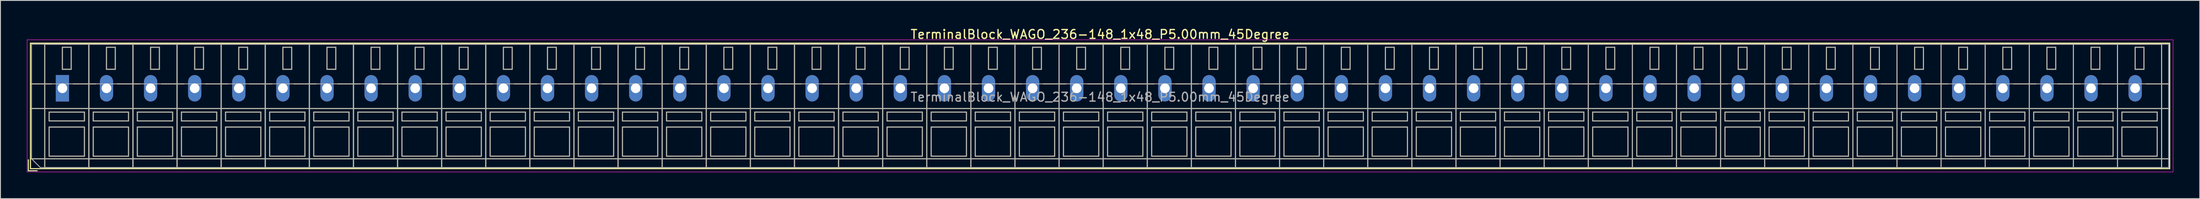
<source format=kicad_pcb>
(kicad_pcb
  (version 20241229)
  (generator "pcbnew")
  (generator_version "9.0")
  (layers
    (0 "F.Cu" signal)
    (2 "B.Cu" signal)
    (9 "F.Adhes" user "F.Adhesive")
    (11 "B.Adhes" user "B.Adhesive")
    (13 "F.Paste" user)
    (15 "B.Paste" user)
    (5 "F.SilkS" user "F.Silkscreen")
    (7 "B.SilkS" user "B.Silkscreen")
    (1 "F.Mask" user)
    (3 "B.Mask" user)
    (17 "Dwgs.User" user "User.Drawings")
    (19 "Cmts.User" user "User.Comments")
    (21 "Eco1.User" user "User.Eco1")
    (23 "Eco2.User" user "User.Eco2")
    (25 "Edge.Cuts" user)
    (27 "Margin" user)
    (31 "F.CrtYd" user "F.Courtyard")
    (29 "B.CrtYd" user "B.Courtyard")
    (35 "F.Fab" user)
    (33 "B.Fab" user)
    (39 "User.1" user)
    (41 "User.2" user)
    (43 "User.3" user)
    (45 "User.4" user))
  (footprint "TerminalBlock_WAGO_236-148_1x48_P5.00mm_45Degree"
    (layer "F.Cu")
    (at 4.025 6.968)
    (property "Reference" "TerminalBlock_WAGO_236-148_1x48_P5.00mm_45Degree" (at 117.65 -6.12 0) (layer "F.SilkS") (effects (font (size 1 1) (thickness 0.15))))
    (attr through_hole)
    (fp_line (start -3.86 8.12) (end -3.86 9.36) (stroke (width 0.12) (type solid)) (layer "F.SilkS"))
    (fp_line (start -3.86 9.36) (end -2.86 9.36) (stroke (width 0.12) (type solid)) (layer "F.SilkS"))
    (fp_line (start -3.62 -5.12) (end -3.62 9.12) (stroke (width 0.12) (type solid)) (layer "F.SilkS"))
    (fp_line (start -3.62 -5.12) (end 238.92 -5.12) (stroke (width 0.12) (type solid)) (layer "F.SilkS"))
    (fp_line (start -3.62 -0.5) (end -1.23 -0.5) (stroke (width 0.12) (type solid)) (layer "F.SilkS"))
    (fp_line (start -3.62 2.3) (end 238.92 2.3) (stroke (width 0.12) (type solid)) (layer "F.SilkS"))
    (fp_line (start -3.62 8) (end 238.92 8) (stroke (width 0.12) (type solid)) (layer "F.SilkS"))
    (fp_line (start -3.62 9.12) (end 238.92 9.12) (stroke (width 0.12) (type solid)) (layer "F.SilkS"))
    (fp_line (start -2 -5) (end -2 9) (stroke (width 0.12) (type solid)) (layer "F.SilkS"))
    (fp_line (start -2 -5) (end 3 -5) (stroke (width 0.12) (type solid)) (layer "F.SilkS"))
    (fp_line (start -2 9) (end 3 9) (stroke (width 0.12) (type solid)) (layer "F.SilkS"))
    (fp_line (start -1.5 2.7) (end -1.5 3.7) (stroke (width 0.12) (type solid)) (layer "F.SilkS"))
    (fp_line (start -1.5 2.7) (end 2.5 2.7) (stroke (width 0.12) (type solid)) (layer "F.SilkS"))
    (fp_line (start -1.5 3.7) (end 2.5 3.7) (stroke (width 0.12) (type solid)) (layer "F.SilkS"))
    (fp_line (start -1.5 4.4) (end -1.5 7.7) (stroke (width 0.12) (type solid)) (layer "F.SilkS"))
    (fp_line (start -1.5 4.4) (end 2.5 4.4) (stroke (width 0.12) (type solid)) (layer "F.SilkS"))
    (fp_line (start -1.5 7.7) (end 2.5 7.7) (stroke (width 0.12) (type solid)) (layer "F.SilkS"))
    (fp_line (start 0 -4.65) (end 0 -2.151) (stroke (width 0.12) (type solid)) (layer "F.SilkS"))
    (fp_line (start 0 -4.65) (end 1 -4.65) (stroke (width 0.12) (type solid)) (layer "F.SilkS"))
    (fp_line (start 0 -2.151) (end 1 -2.151) (stroke (width 0.12) (type solid)) (layer "F.SilkS"))
    (fp_line (start 1 -4.65) (end 1 -2.151) (stroke (width 0.12) (type solid)) (layer "F.SilkS"))
    (fp_line (start 1.23 -0.5) (end 3.77 -0.5) (stroke (width 0.12) (type solid)) (layer "F.SilkS"))
    (fp_line (start 2.5 2.7) (end 2.5 3.7) (stroke (width 0.12) (type solid)) (layer "F.SilkS"))
    (fp_line (start 2.5 4.4) (end 2.5 7.7) (stroke (width 0.12) (type solid)) (layer "F.SilkS"))
    (fp_line (start 3 -5) (end 3 9) (stroke (width 0.12) (type solid)) (layer "F.SilkS"))
    (fp_line (start 3 -5) (end 3 9) (stroke (width 0.12) (type solid)) (layer "F.SilkS"))
    (fp_line (start 3 -5) (end 8 -5) (stroke (width 0.12) (type solid)) (layer "F.SilkS"))
    (fp_line (start 3 9) (end 8 9) (stroke (width 0.12) (type solid)) (layer "F.SilkS"))
    (fp_line (start 3.5 2.7) (end 3.5 3.7) (stroke (width 0.12) (type solid)) (layer "F.SilkS"))
    (fp_line (start 3.5 2.7) (end 7.5 2.7) (stroke (width 0.12) (type solid)) (layer "F.SilkS"))
    (fp_line (start 3.5 3.7) (end 7.5 3.7) (stroke (width 0.12) (type solid)) (layer "F.SilkS"))
    (fp_line (start 3.5 4.4) (end 3.5 7.7) (stroke (width 0.12) (type solid)) (layer "F.SilkS"))
    (fp_line (start 3.5 4.4) (end 7.5 4.4) (stroke (width 0.12) (type solid)) (layer "F.SilkS"))
    (fp_line (start 3.5 7.7) (end 7.5 7.7) (stroke (width 0.12) (type solid)) (layer "F.SilkS"))
    (fp_line (start 5 -4.65) (end 5 -2.151) (stroke (width 0.12) (type solid)) (layer "F.SilkS"))
    (fp_line (start 5 -4.65) (end 6 -4.65) (stroke (width 0.12) (type solid)) (layer "F.SilkS"))
    (fp_line (start 5 -2.151) (end 6 -2.151) (stroke (width 0.12) (type solid)) (layer "F.SilkS"))
    (fp_line (start 6 -4.65) (end 6 -2.151) (stroke (width 0.12) (type solid)) (layer "F.SilkS"))
    (fp_line (start 6.23 -0.5) (end 8.77 -0.5) (stroke (width 0.12) (type solid)) (layer "F.SilkS"))
    (fp_line (start 7.5 2.7) (end 7.5 3.7) (stroke (width 0.12) (type solid)) (layer "F.SilkS"))
    (fp_line (start 7.5 4.4) (end 7.5 7.7) (stroke (width 0.12) (type solid)) (layer "F.SilkS"))
    (fp_line (start 8 -5) (end 8 9) (stroke (width 0.12) (type solid)) (layer "F.SilkS"))
    (fp_line (start 8 -5) (end 8 9) (stroke (width 0.12) (type solid)) (layer "F.SilkS"))
    (fp_line (start 8 -5) (end 13 -5) (stroke (width 0.12) (type solid)) (layer "F.SilkS"))
    (fp_line (start 8 9) (end 13 9) (stroke (width 0.12) (type solid)) (layer "F.SilkS"))
    (fp_line (start 8.5 2.7) (end 8.5 3.7) (stroke (width 0.12) (type solid)) (layer "F.SilkS"))
    (fp_line (start 8.5 2.7) (end 12.5 2.7) (stroke (width 0.12) (type solid)) (layer "F.SilkS"))
    (fp_line (start 8.5 3.7) (end 12.5 3.7) (stroke (width 0.12) (type solid)) (layer "F.SilkS"))
    (fp_line (start 8.5 4.4) (end 8.5 7.7) (stroke (width 0.12) (type solid)) (layer "F.SilkS"))
    (fp_line (start 8.5 4.4) (end 12.5 4.4) (stroke (width 0.12) (type solid)) (layer "F.SilkS"))
    (fp_line (start 8.5 7.7) (end 12.5 7.7) (stroke (width 0.12) (type solid)) (layer "F.SilkS"))
    (fp_line (start 10 -4.65) (end 10 -2.151) (stroke (width 0.12) (type solid)) (layer "F.SilkS"))
    (fp_line (start 10 -4.65) (end 11 -4.65) (stroke (width 0.12) (type solid)) (layer "F.SilkS"))
    (fp_line (start 10 -2.151) (end 11 -2.151) (stroke (width 0.12) (type solid)) (layer "F.SilkS"))
    (fp_line (start 11 -4.65) (end 11 -2.151) (stroke (width 0.12) (type solid)) (layer "F.SilkS"))
    (fp_line (start 11.23 -0.5) (end 13.77 -0.5) (stroke (width 0.12) (type solid)) (layer "F.SilkS"))
    (fp_line (start 12.5 2.7) (end 12.5 3.7) (stroke (width 0.12) (type solid)) (layer "F.SilkS"))
    (fp_line (start 12.5 4.4) (end 12.5 7.7) (stroke (width 0.12) (type solid)) (layer "F.SilkS"))
    (fp_line (start 13 -5) (end 13 9) (stroke (width 0.12) (type solid)) (layer "F.SilkS"))
    (fp_line (start 13 -5) (end 13 9) (stroke (width 0.12) (type solid)) (layer "F.SilkS"))
    (fp_line (start 13 -5) (end 18 -5) (stroke (width 0.12) (type solid)) (layer "F.SilkS"))
    (fp_line (start 13 9) (end 18 9) (stroke (width 0.12) (type solid)) (layer "F.SilkS"))
    (fp_line (start 13.5 2.7) (end 13.5 3.7) (stroke (width 0.12) (type solid)) (layer "F.SilkS"))
    (fp_line (start 13.5 2.7) (end 17.5 2.7) (stroke (width 0.12) (type solid)) (layer "F.SilkS"))
    (fp_line (start 13.5 3.7) (end 17.5 3.7) (stroke (width 0.12) (type solid)) (layer "F.SilkS"))
    (fp_line (start 13.5 4.4) (end 13.5 7.7) (stroke (width 0.12) (type solid)) (layer "F.SilkS"))
    (fp_line (start 13.5 4.4) (end 17.5 4.4) (stroke (width 0.12) (type solid)) (layer "F.SilkS"))
    (fp_line (start 13.5 7.7) (end 17.5 7.7) (stroke (width 0.12) (type solid)) (layer "F.SilkS"))
    (fp_line (start 15 -4.65) (end 15 -2.151) (stroke (width 0.12) (type solid)) (layer "F.SilkS"))
    (fp_line (start 15 -4.65) (end 16 -4.65) (stroke (width 0.12) (type solid)) (layer "F.SilkS"))
    (fp_line (start 15 -2.151) (end 16 -2.151) (stroke (width 0.12) (type solid)) (layer "F.SilkS"))
    (fp_line (start 16 -4.65) (end 16 -2.151) (stroke (width 0.12) (type solid)) (layer "F.SilkS"))
    (fp_line (start 16.23 -0.5) (end 18.77 -0.5) (stroke (width 0.12) (type solid)) (layer "F.SilkS"))
    (fp_line (start 17.5 2.7) (end 17.5 3.7) (stroke (width 0.12) (type solid)) (layer "F.SilkS"))
    (fp_line (start 17.5 4.4) (end 17.5 7.7) (stroke (width 0.12) (type solid)) (layer "F.SilkS"))
    (fp_line (start 18 -5) (end 18 9) (stroke (width 0.12) (type solid)) (layer "F.SilkS"))
    (fp_line (start 18 -5) (end 18 9) (stroke (width 0.12) (type solid)) (layer "F.SilkS"))
    (fp_line (start 18 -5) (end 23 -5) (stroke (width 0.12) (type solid)) (layer "F.SilkS"))
    (fp_line (start 18 9) (end 23 9) (stroke (width 0.12) (type solid)) (layer "F.SilkS"))
    (fp_line (start 18.5 2.7) (end 18.5 3.7) (stroke (width 0.12) (type solid)) (layer "F.SilkS"))
    (fp_line (start 18.5 2.7) (end 22.5 2.7) (stroke (width 0.12) (type solid)) (layer "F.SilkS"))
    (fp_line (start 18.5 3.7) (end 22.5 3.7) (stroke (width 0.12) (type solid)) (layer "F.SilkS"))
    (fp_line (start 18.5 4.4) (end 18.5 7.7) (stroke (width 0.12) (type solid)) (layer "F.SilkS"))
    (fp_line (start 18.5 4.4) (end 22.5 4.4) (stroke (width 0.12) (type solid)) (layer "F.SilkS"))
    (fp_line (start 18.5 7.7) (end 22.5 7.7) (stroke (width 0.12) (type solid)) (layer "F.SilkS"))
    (fp_line (start 20 -4.65) (end 20 -2.151) (stroke (width 0.12) (type solid)) (layer "F.SilkS"))
    (fp_line (start 20 -4.65) (end 21 -4.65) (stroke (width 0.12) (type solid)) (layer "F.SilkS"))
    (fp_line (start 20 -2.151) (end 21 -2.151) (stroke (width 0.12) (type solid)) (layer "F.SilkS"))
    (fp_line (start 21 -4.65) (end 21 -2.151) (stroke (width 0.12) (type solid)) (layer "F.SilkS"))
    (fp_line (start 21.23 -0.5) (end 23.77 -0.5) (stroke (width 0.12) (type solid)) (layer "F.SilkS"))
    (fp_line (start 22.5 2.7) (end 22.5 3.7) (stroke (width 0.12) (type solid)) (layer "F.SilkS"))
    (fp_line (start 22.5 4.4) (end 22.5 7.7) (stroke (width 0.12) (type solid)) (layer "F.SilkS"))
    (fp_line (start 23 -5) (end 23 9) (stroke (width 0.12) (type solid)) (layer "F.SilkS"))
    (fp_line (start 23 -5) (end 23 9) (stroke (width 0.12) (type solid)) (layer "F.SilkS"))
    (fp_line (start 23 -5) (end 28 -5) (stroke (width 0.12) (type solid)) (layer "F.SilkS"))
    (fp_line (start 23 9) (end 28 9) (stroke (width 0.12) (type solid)) (layer "F.SilkS"))
    (fp_line (start 23.5 2.7) (end 23.5 3.7) (stroke (width 0.12) (type solid)) (layer "F.SilkS"))
    (fp_line (start 23.5 2.7) (end 27.5 2.7) (stroke (width 0.12) (type solid)) (layer "F.SilkS"))
    (fp_line (start 23.5 3.7) (end 27.5 3.7) (stroke (width 0.12) (type solid)) (layer "F.SilkS"))
    (fp_line (start 23.5 4.4) (end 23.5 7.7) (stroke (width 0.12) (type solid)) (layer "F.SilkS"))
    (fp_line (start 23.5 4.4) (end 27.5 4.4) (stroke (width 0.12) (type solid)) (layer "F.SilkS"))
    (fp_line (start 23.5 7.7) (end 27.5 7.7) (stroke (width 0.12) (type solid)) (layer "F.SilkS"))
    (fp_line (start 25 -4.65) (end 25 -2.151) (stroke (width 0.12) (type solid)) (layer "F.SilkS"))
    (fp_line (start 25 -4.65) (end 26 -4.65) (stroke (width 0.12) (type solid)) (layer "F.SilkS"))
    (fp_line (start 25 -2.151) (end 26 -2.151) (stroke (width 0.12) (type solid)) (layer "F.SilkS"))
    (fp_line (start 26 -4.65) (end 26 -2.151) (stroke (width 0.12) (type solid)) (layer "F.SilkS"))
    (fp_line (start 26.23 -0.5) (end 28.77 -0.5) (stroke (width 0.12) (type solid)) (layer "F.SilkS"))
    (fp_line (start 27.5 2.7) (end 27.5 3.7) (stroke (width 0.12) (type solid)) (layer "F.SilkS"))
    (fp_line (start 27.5 4.4) (end 27.5 7.7) (stroke (width 0.12) (type solid)) (layer "F.SilkS"))
    (fp_line (start 28 -5) (end 28 9) (stroke (width 0.12) (type solid)) (layer "F.SilkS"))
    (fp_line (start 28 -5) (end 28 9) (stroke (width 0.12) (type solid)) (layer "F.SilkS"))
    (fp_line (start 28 -5) (end 33 -5) (stroke (width 0.12) (type solid)) (layer "F.SilkS"))
    (fp_line (start 28 9) (end 33 9) (stroke (width 0.12) (type solid)) (layer "F.SilkS"))
    (fp_line (start 28.5 2.7) (end 28.5 3.7) (stroke (width 0.12) (type solid)) (layer "F.SilkS"))
    (fp_line (start 28.5 2.7) (end 32.5 2.7) (stroke (width 0.12) (type solid)) (layer "F.SilkS"))
    (fp_line (start 28.5 3.7) (end 32.5 3.7) (stroke (width 0.12) (type solid)) (layer "F.SilkS"))
    (fp_line (start 28.5 4.4) (end 28.5 7.7) (stroke (width 0.12) (type solid)) (layer "F.SilkS"))
    (fp_line (start 28.5 4.4) (end 32.5 4.4) (stroke (width 0.12) (type solid)) (layer "F.SilkS"))
    (fp_line (start 28.5 7.7) (end 32.5 7.7) (stroke (width 0.12) (type solid)) (layer "F.SilkS"))
    (fp_line (start 30 -4.65) (end 30 -2.151) (stroke (width 0.12) (type solid)) (layer "F.SilkS"))
    (fp_line (start 30 -4.65) (end 31 -4.65) (stroke (width 0.12) (type solid)) (layer "F.SilkS"))
    (fp_line (start 30 -2.151) (end 31 -2.151) (stroke (width 0.12) (type solid)) (layer "F.SilkS"))
    (fp_line (start 31 -4.65) (end 31 -2.151) (stroke (width 0.12) (type solid)) (layer "F.SilkS"))
    (fp_line (start 31.23 -0.5) (end 33.77 -0.5) (stroke (width 0.12) (type solid)) (layer "F.SilkS"))
    (fp_line (start 32.5 2.7) (end 32.5 3.7) (stroke (width 0.12) (type solid)) (layer "F.SilkS"))
    (fp_line (start 32.5 4.4) (end 32.5 7.7) (stroke (width 0.12) (type solid)) (layer "F.SilkS"))
    (fp_line (start 33 -5) (end 33 9) (stroke (width 0.12) (type solid)) (layer "F.SilkS"))
    (fp_line (start 33 -5) (end 33 9) (stroke (width 0.12) (type solid)) (layer "F.SilkS"))
    (fp_line (start 33 -5) (end 38 -5) (stroke (width 0.12) (type solid)) (layer "F.SilkS"))
    (fp_line (start 33 9) (end 38 9) (stroke (width 0.12) (type solid)) (layer "F.SilkS"))
    (fp_line (start 33.5 2.7) (end 33.5 3.7) (stroke (width 0.12) (type solid)) (layer "F.SilkS"))
    (fp_line (start 33.5 2.7) (end 37.5 2.7) (stroke (width 0.12) (type solid)) (layer "F.SilkS"))
    (fp_line (start 33.5 3.7) (end 37.5 3.7) (stroke (width 0.12) (type solid)) (layer "F.SilkS"))
    (fp_line (start 33.5 4.4) (end 33.5 7.7) (stroke (width 0.12) (type solid)) (layer "F.SilkS"))
    (fp_line (start 33.5 4.4) (end 37.5 4.4) (stroke (width 0.12) (type solid)) (layer "F.SilkS"))
    (fp_line (start 33.5 7.7) (end 37.5 7.7) (stroke (width 0.12) (type solid)) (layer "F.SilkS"))
    (fp_line (start 35 -4.65) (end 35 -2.151) (stroke (width 0.12) (type solid)) (layer "F.SilkS"))
    (fp_line (start 35 -4.65) (end 36 -4.65) (stroke (width 0.12) (type solid)) (layer "F.SilkS"))
    (fp_line (start 35 -2.151) (end 36 -2.151) (stroke (width 0.12) (type solid)) (layer "F.SilkS"))
    (fp_line (start 36 -4.65) (end 36 -2.151) (stroke (width 0.12) (type solid)) (layer "F.SilkS"))
    (fp_line (start 36.23 -0.5) (end 38.77 -0.5) (stroke (width 0.12) (type solid)) (layer "F.SilkS"))
    (fp_line (start 37.5 2.7) (end 37.5 3.7) (stroke (width 0.12) (type solid)) (layer "F.SilkS"))
    (fp_line (start 37.5 4.4) (end 37.5 7.7) (stroke (width 0.12) (type solid)) (layer "F.SilkS"))
    (fp_line (start 38 -5) (end 38 9) (stroke (width 0.12) (type solid)) (layer "F.SilkS"))
    (fp_line (start 38 -5) (end 38 9) (stroke (width 0.12) (type solid)) (layer "F.SilkS"))
    (fp_line (start 38 -5) (end 43 -5) (stroke (width 0.12) (type solid)) (layer "F.SilkS"))
    (fp_line (start 38 9) (end 43 9) (stroke (width 0.12) (type solid)) (layer "F.SilkS"))
    (fp_line (start 38.5 2.7) (end 38.5 3.7) (stroke (width 0.12) (type solid)) (layer "F.SilkS"))
    (fp_line (start 38.5 2.7) (end 42.5 2.7) (stroke (width 0.12) (type solid)) (layer "F.SilkS"))
    (fp_line (start 38.5 3.7) (end 42.5 3.7) (stroke (width 0.12) (type solid)) (layer "F.SilkS"))
    (fp_line (start 38.5 4.4) (end 38.5 7.7) (stroke (width 0.12) (type solid)) (layer "F.SilkS"))
    (fp_line (start 38.5 4.4) (end 42.5 4.4) (stroke (width 0.12) (type solid)) (layer "F.SilkS"))
    (fp_line (start 38.5 7.7) (end 42.5 7.7) (stroke (width 0.12) (type solid)) (layer "F.SilkS"))
    (fp_line (start 40 -4.65) (end 40 -2.151) (stroke (width 0.12) (type solid)) (layer "F.SilkS"))
    (fp_line (start 40 -4.65) (end 41 -4.65) (stroke (width 0.12) (type solid)) (layer "F.SilkS"))
    (fp_line (start 40 -2.151) (end 41 -2.151) (stroke (width 0.12) (type solid)) (layer "F.SilkS"))
    (fp_line (start 41 -4.65) (end 41 -2.151) (stroke (width 0.12) (type solid)) (layer "F.SilkS"))
    (fp_line (start 41.23 -0.5) (end 43.77 -0.5) (stroke (width 0.12) (type solid)) (layer "F.SilkS"))
    (fp_line (start 42.5 2.7) (end 42.5 3.7) (stroke (width 0.12) (type solid)) (layer "F.SilkS"))
    (fp_line (start 42.5 4.4) (end 42.5 7.7) (stroke (width 0.12) (type solid)) (layer "F.SilkS"))
    (fp_line (start 43 -5) (end 43 9) (stroke (width 0.12) (type solid)) (layer "F.SilkS"))
    (fp_line (start 43 -5) (end 43 9) (stroke (width 0.12) (type solid)) (layer "F.SilkS"))
    (fp_line (start 43 -5) (end 48 -5) (stroke (width 0.12) (type solid)) (layer "F.SilkS"))
    (fp_line (start 43 9) (end 48 9) (stroke (width 0.12) (type solid)) (layer "F.SilkS"))
    (fp_line (start 43.5 2.7) (end 43.5 3.7) (stroke (width 0.12) (type solid)) (layer "F.SilkS"))
    (fp_line (start 43.5 2.7) (end 47.5 2.7) (stroke (width 0.12) (type solid)) (layer "F.SilkS"))
    (fp_line (start 43.5 3.7) (end 47.5 3.7) (stroke (width 0.12) (type solid)) (layer "F.SilkS"))
    (fp_line (start 43.5 4.4) (end 43.5 7.7) (stroke (width 0.12) (type solid)) (layer "F.SilkS"))
    (fp_line (start 43.5 4.4) (end 47.5 4.4) (stroke (width 0.12) (type solid)) (layer "F.SilkS"))
    (fp_line (start 43.5 7.7) (end 47.5 7.7) (stroke (width 0.12) (type solid)) (layer "F.SilkS"))
    (fp_line (start 45 -4.65) (end 45 -2.151) (stroke (width 0.12) (type solid)) (layer "F.SilkS"))
    (fp_line (start 45 -4.65) (end 46 -4.65) (stroke (width 0.12) (type solid)) (layer "F.SilkS"))
    (fp_line (start 45 -2.151) (end 46 -2.151) (stroke (width 0.12) (type solid)) (layer "F.SilkS"))
    (fp_line (start 46 -4.65) (end 46 -2.151) (stroke (width 0.12) (type solid)) (layer "F.SilkS"))
    (fp_line (start 46.23 -0.5) (end 48.77 -0.5) (stroke (width 0.12) (type solid)) (layer "F.SilkS"))
    (fp_line (start 47.5 2.7) (end 47.5 3.7) (stroke (width 0.12) (type solid)) (layer "F.SilkS"))
    (fp_line (start 47.5 4.4) (end 47.5 7.7) (stroke (width 0.12) (type solid)) (layer "F.SilkS"))
    (fp_line (start 48 -5) (end 48 9) (stroke (width 0.12) (type solid)) (layer "F.SilkS"))
    (fp_line (start 48 -5) (end 48 9) (stroke (width 0.12) (type solid)) (layer "F.SilkS"))
    (fp_line (start 48 -5) (end 53 -5) (stroke (width 0.12) (type solid)) (layer "F.SilkS"))
    (fp_line (start 48 9) (end 53 9) (stroke (width 0.12) (type solid)) (layer "F.SilkS"))
    (fp_line (start 48.5 2.7) (end 48.5 3.7) (stroke (width 0.12) (type solid)) (layer "F.SilkS"))
    (fp_line (start 48.5 2.7) (end 52.5 2.7) (stroke (width 0.12) (type solid)) (layer "F.SilkS"))
    (fp_line (start 48.5 3.7) (end 52.5 3.7) (stroke (width 0.12) (type solid)) (layer "F.SilkS"))
    (fp_line (start 48.5 4.4) (end 48.5 7.7) (stroke (width 0.12) (type solid)) (layer "F.SilkS"))
    (fp_line (start 48.5 4.4) (end 52.5 4.4) (stroke (width 0.12) (type solid)) (layer "F.SilkS"))
    (fp_line (start 48.5 7.7) (end 52.5 7.7) (stroke (width 0.12) (type solid)) (layer "F.SilkS"))
    (fp_line (start 50 -4.65) (end 50 -2.151) (stroke (width 0.12) (type solid)) (layer "F.SilkS"))
    (fp_line (start 50 -4.65) (end 51 -4.65) (stroke (width 0.12) (type solid)) (layer "F.SilkS"))
    (fp_line (start 50 -2.151) (end 51 -2.151) (stroke (width 0.12) (type solid)) (layer "F.SilkS"))
    (fp_line (start 51 -4.65) (end 51 -2.151) (stroke (width 0.12) (type solid)) (layer "F.SilkS"))
    (fp_line (start 51.23 -0.5) (end 53.77 -0.5) (stroke (width 0.12) (type solid)) (layer "F.SilkS"))
    (fp_line (start 52.5 2.7) (end 52.5 3.7) (stroke (width 0.12) (type solid)) (layer "F.SilkS"))
    (fp_line (start 52.5 4.4) (end 52.5 7.7) (stroke (width 0.12) (type solid)) (layer "F.SilkS"))
    (fp_line (start 53 -5) (end 53 9) (stroke (width 0.12) (type solid)) (layer "F.SilkS"))
    (fp_line (start 53 -5) (end 53 9) (stroke (width 0.12) (type solid)) (layer "F.SilkS"))
    (fp_line (start 53 -5) (end 58 -5) (stroke (width 0.12) (type solid)) (layer "F.SilkS"))
    (fp_line (start 53 9) (end 58 9) (stroke (width 0.12) (type solid)) (layer "F.SilkS"))
    (fp_line (start 53.5 2.7) (end 53.5 3.7) (stroke (width 0.12) (type solid)) (layer "F.SilkS"))
    (fp_line (start 53.5 2.7) (end 57.5 2.7) (stroke (width 0.12) (type solid)) (layer "F.SilkS"))
    (fp_line (start 53.5 3.7) (end 57.5 3.7) (stroke (width 0.12) (type solid)) (layer "F.SilkS"))
    (fp_line (start 53.5 4.4) (end 53.5 7.7) (stroke (width 0.12) (type solid)) (layer "F.SilkS"))
    (fp_line (start 53.5 4.4) (end 57.5 4.4) (stroke (width 0.12) (type solid)) (layer "F.SilkS"))
    (fp_line (start 53.5 7.7) (end 57.5 7.7) (stroke (width 0.12) (type solid)) (layer "F.SilkS"))
    (fp_line (start 55 -4.65) (end 55 -2.151) (stroke (width 0.12) (type solid)) (layer "F.SilkS"))
    (fp_line (start 55 -4.65) (end 56 -4.65) (stroke (width 0.12) (type solid)) (layer "F.SilkS"))
    (fp_line (start 55 -2.151) (end 56 -2.151) (stroke (width 0.12) (type solid)) (layer "F.SilkS"))
    (fp_line (start 56 -4.65) (end 56 -2.151) (stroke (width 0.12) (type solid)) (layer "F.SilkS"))
    (fp_line (start 56.23 -0.5) (end 58.77 -0.5) (stroke (width 0.12) (type solid)) (layer "F.SilkS"))
    (fp_line (start 57.5 2.7) (end 57.5 3.7) (stroke (width 0.12) (type solid)) (layer "F.SilkS"))
    (fp_line (start 57.5 4.4) (end 57.5 7.7) (stroke (width 0.12) (type solid)) (layer "F.SilkS"))
    (fp_line (start 58 -5) (end 58 9) (stroke (width 0.12) (type solid)) (layer "F.SilkS"))
    (fp_line (start 58 -5) (end 58 9) (stroke (width 0.12) (type solid)) (layer "F.SilkS"))
    (fp_line (start 58 -5) (end 63 -5) (stroke (width 0.12) (type solid)) (layer "F.SilkS"))
    (fp_line (start 58 9) (end 63 9) (stroke (width 0.12) (type solid)) (layer "F.SilkS"))
    (fp_line (start 58.5 2.7) (end 58.5 3.7) (stroke (width 0.12) (type solid)) (layer "F.SilkS"))
    (fp_line (start 58.5 2.7) (end 62.5 2.7) (stroke (width 0.12) (type solid)) (layer "F.SilkS"))
    (fp_line (start 58.5 3.7) (end 62.5 3.7) (stroke (width 0.12) (type solid)) (layer "F.SilkS"))
    (fp_line (start 58.5 4.4) (end 58.5 7.7) (stroke (width 0.12) (type solid)) (layer "F.SilkS"))
    (fp_line (start 58.5 4.4) (end 62.5 4.4) (stroke (width 0.12) (type solid)) (layer "F.SilkS"))
    (fp_line (start 58.5 7.7) (end 62.5 7.7) (stroke (width 0.12) (type solid)) (layer "F.SilkS"))
    (fp_line (start 60 -4.65) (end 60 -2.151) (stroke (width 0.12) (type solid)) (layer "F.SilkS"))
    (fp_line (start 60 -4.65) (end 61 -4.65) (stroke (width 0.12) (type solid)) (layer "F.SilkS"))
    (fp_line (start 60 -2.151) (end 61 -2.151) (stroke (width 0.12) (type solid)) (layer "F.SilkS"))
    (fp_line (start 61 -4.65) (end 61 -2.151) (stroke (width 0.12) (type solid)) (layer "F.SilkS"))
    (fp_line (start 61.23 -0.5) (end 63.77 -0.5) (stroke (width 0.12) (type solid)) (layer "F.SilkS"))
    (fp_line (start 62.5 2.7) (end 62.5 3.7) (stroke (width 0.12) (type solid)) (layer "F.SilkS"))
    (fp_line (start 62.5 4.4) (end 62.5 7.7) (stroke (width 0.12) (type solid)) (layer "F.SilkS"))
    (fp_line (start 63 -5) (end 63 9) (stroke (width 0.12) (type solid)) (layer "F.SilkS"))
    (fp_line (start 63 -5) (end 63 9) (stroke (width 0.12) (type solid)) (layer "F.SilkS"))
    (fp_line (start 63 -5) (end 68 -5) (stroke (width 0.12) (type solid)) (layer "F.SilkS"))
    (fp_line (start 63 9) (end 68 9) (stroke (width 0.12) (type solid)) (layer "F.SilkS"))
    (fp_line (start 63.5 2.7) (end 63.5 3.7) (stroke (width 0.12) (type solid)) (layer "F.SilkS"))
    (fp_line (start 63.5 2.7) (end 67.5 2.7) (stroke (width 0.12) (type solid)) (layer "F.SilkS"))
    (fp_line (start 63.5 3.7) (end 67.5 3.7) (stroke (width 0.12) (type solid)) (layer "F.SilkS"))
    (fp_line (start 63.5 4.4) (end 63.5 7.7) (stroke (width 0.12) (type solid)) (layer "F.SilkS"))
    (fp_line (start 63.5 4.4) (end 67.5 4.4) (stroke (width 0.12) (type solid)) (layer "F.SilkS"))
    (fp_line (start 63.5 7.7) (end 67.5 7.7) (stroke (width 0.12) (type solid)) (layer "F.SilkS"))
    (fp_line (start 65 -4.65) (end 65 -2.151) (stroke (width 0.12) (type solid)) (layer "F.SilkS"))
    (fp_line (start 65 -4.65) (end 66 -4.65) (stroke (width 0.12) (type solid)) (layer "F.SilkS"))
    (fp_line (start 65 -2.151) (end 66 -2.151) (stroke (width 0.12) (type solid)) (layer "F.SilkS"))
    (fp_line (start 66 -4.65) (end 66 -2.151) (stroke (width 0.12) (type solid)) (layer "F.SilkS"))
    (fp_line (start 66.23 -0.5) (end 68.77 -0.5) (stroke (width 0.12) (type solid)) (layer "F.SilkS"))
    (fp_line (start 67.5 2.7) (end 67.5 3.7) (stroke (width 0.12) (type solid)) (layer "F.SilkS"))
    (fp_line (start 67.5 4.4) (end 67.5 7.7) (stroke (width 0.12) (type solid)) (layer "F.SilkS"))
    (fp_line (start 68 -5) (end 68 9) (stroke (width 0.12) (type solid)) (layer "F.SilkS"))
    (fp_line (start 68 -5) (end 68 9) (stroke (width 0.12) (type solid)) (layer "F.SilkS"))
    (fp_line (start 68 -5) (end 73 -5) (stroke (width 0.12) (type solid)) (layer "F.SilkS"))
    (fp_line (start 68 9) (end 73 9) (stroke (width 0.12) (type solid)) (layer "F.SilkS"))
    (fp_line (start 68.5 2.7) (end 68.5 3.7) (stroke (width 0.12) (type solid)) (layer "F.SilkS"))
    (fp_line (start 68.5 2.7) (end 72.5 2.7) (stroke (width 0.12) (type solid)) (layer "F.SilkS"))
    (fp_line (start 68.5 3.7) (end 72.5 3.7) (stroke (width 0.12) (type solid)) (layer "F.SilkS"))
    (fp_line (start 68.5 4.4) (end 68.5 7.7) (stroke (width 0.12) (type solid)) (layer "F.SilkS"))
    (fp_line (start 68.5 4.4) (end 72.5 4.4) (stroke (width 0.12) (type solid)) (layer "F.SilkS"))
    (fp_line (start 68.5 7.7) (end 72.5 7.7) (stroke (width 0.12) (type solid)) (layer "F.SilkS"))
    (fp_line (start 70 -4.65) (end 70 -2.151) (stroke (width 0.12) (type solid)) (layer "F.SilkS"))
    (fp_line (start 70 -4.65) (end 71 -4.65) (stroke (width 0.12) (type solid)) (layer "F.SilkS"))
    (fp_line (start 70 -2.151) (end 71 -2.151) (stroke (width 0.12) (type solid)) (layer "F.SilkS"))
    (fp_line (start 71 -4.65) (end 71 -2.151) (stroke (width 0.12) (type solid)) (layer "F.SilkS"))
    (fp_line (start 71.23 -0.5) (end 73.77 -0.5) (stroke (width 0.12) (type solid)) (layer "F.SilkS"))
    (fp_line (start 72.5 2.7) (end 72.5 3.7) (stroke (width 0.12) (type solid)) (layer "F.SilkS"))
    (fp_line (start 72.5 4.4) (end 72.5 7.7) (stroke (width 0.12) (type solid)) (layer "F.SilkS"))
    (fp_line (start 73 -5) (end 73 9) (stroke (width 0.12) (type solid)) (layer "F.SilkS"))
    (fp_line (start 73 -5) (end 73 9) (stroke (width 0.12) (type solid)) (layer "F.SilkS"))
    (fp_line (start 73 -5) (end 78 -5) (stroke (width 0.12) (type solid)) (layer "F.SilkS"))
    (fp_line (start 73 9) (end 78 9) (stroke (width 0.12) (type solid)) (layer "F.SilkS"))
    (fp_line (start 73.5 2.7) (end 73.5 3.7) (stroke (width 0.12) (type solid)) (layer "F.SilkS"))
    (fp_line (start 73.5 2.7) (end 77.5 2.7) (stroke (width 0.12) (type solid)) (layer "F.SilkS"))
    (fp_line (start 73.5 3.7) (end 77.5 3.7) (stroke (width 0.12) (type solid)) (layer "F.SilkS"))
    (fp_line (start 73.5 4.4) (end 73.5 7.7) (stroke (width 0.12) (type solid)) (layer "F.SilkS"))
    (fp_line (start 73.5 4.4) (end 77.5 4.4) (stroke (width 0.12) (type solid)) (layer "F.SilkS"))
    (fp_line (start 73.5 7.7) (end 77.5 7.7) (stroke (width 0.12) (type solid)) (layer "F.SilkS"))
    (fp_line (start 75 -4.65) (end 75 -2.151) (stroke (width 0.12) (type solid)) (layer "F.SilkS"))
    (fp_line (start 75 -4.65) (end 76 -4.65) (stroke (width 0.12) (type solid)) (layer "F.SilkS"))
    (fp_line (start 75 -2.151) (end 76 -2.151) (stroke (width 0.12) (type solid)) (layer "F.SilkS"))
    (fp_line (start 76 -4.65) (end 76 -2.151) (stroke (width 0.12) (type solid)) (layer "F.SilkS"))
    (fp_line (start 76.23 -0.5) (end 78.77 -0.5) (stroke (width 0.12) (type solid)) (layer "F.SilkS"))
    (fp_line (start 77.5 2.7) (end 77.5 3.7) (stroke (width 0.12) (type solid)) (layer "F.SilkS"))
    (fp_line (start 77.5 4.4) (end 77.5 7.7) (stroke (width 0.12) (type solid)) (layer "F.SilkS"))
    (fp_line (start 78 -5) (end 78 9) (stroke (width 0.12) (type solid)) (layer "F.SilkS"))
    (fp_line (start 78 -5) (end 78 9) (stroke (width 0.12) (type solid)) (layer "F.SilkS"))
    (fp_line (start 78 -5) (end 83 -5) (stroke (width 0.12) (type solid)) (layer "F.SilkS"))
    (fp_line (start 78 9) (end 83 9) (stroke (width 0.12) (type solid)) (layer "F.SilkS"))
    (fp_line (start 78.5 2.7) (end 78.5 3.7) (stroke (width 0.12) (type solid)) (layer "F.SilkS"))
    (fp_line (start 78.5 2.7) (end 82.5 2.7) (stroke (width 0.12) (type solid)) (layer "F.SilkS"))
    (fp_line (start 78.5 3.7) (end 82.5 3.7) (stroke (width 0.12) (type solid)) (layer "F.SilkS"))
    (fp_line (start 78.5 4.4) (end 78.5 7.7) (stroke (width 0.12) (type solid)) (layer "F.SilkS"))
    (fp_line (start 78.5 4.4) (end 82.5 4.4) (stroke (width 0.12) (type solid)) (layer "F.SilkS"))
    (fp_line (start 78.5 7.7) (end 82.5 7.7) (stroke (width 0.12) (type solid)) (layer "F.SilkS"))
    (fp_line (start 80 -4.65) (end 80 -2.151) (stroke (width 0.12) (type solid)) (layer "F.SilkS"))
    (fp_line (start 80 -4.65) (end 81 -4.65) (stroke (width 0.12) (type solid)) (layer "F.SilkS"))
    (fp_line (start 80 -2.151) (end 81 -2.151) (stroke (width 0.12) (type solid)) (layer "F.SilkS"))
    (fp_line (start 81 -4.65) (end 81 -2.151) (stroke (width 0.12) (type solid)) (layer "F.SilkS"))
    (fp_line (start 81.23 -0.5) (end 83.77 -0.5) (stroke (width 0.12) (type solid)) (layer "F.SilkS"))
    (fp_line (start 82.5 2.7) (end 82.5 3.7) (stroke (width 0.12) (type solid)) (layer "F.SilkS"))
    (fp_line (start 82.5 4.4) (end 82.5 7.7) (stroke (width 0.12) (type solid)) (layer "F.SilkS"))
    (fp_line (start 83 -5) (end 83 9) (stroke (width 0.12) (type solid)) (layer "F.SilkS"))
    (fp_line (start 83 -5) (end 83 9) (stroke (width 0.12) (type solid)) (layer "F.SilkS"))
    (fp_line (start 83 -5) (end 88 -5) (stroke (width 0.12) (type solid)) (layer "F.SilkS"))
    (fp_line (start 83 9) (end 88 9) (stroke (width 0.12) (type solid)) (layer "F.SilkS"))
    (fp_line (start 83.5 2.7) (end 83.5 3.7) (stroke (width 0.12) (type solid)) (layer "F.SilkS"))
    (fp_line (start 83.5 2.7) (end 87.5 2.7) (stroke (width 0.12) (type solid)) (layer "F.SilkS"))
    (fp_line (start 83.5 3.7) (end 87.5 3.7) (stroke (width 0.12) (type solid)) (layer "F.SilkS"))
    (fp_line (start 83.5 4.4) (end 83.5 7.7) (stroke (width 0.12) (type solid)) (layer "F.SilkS"))
    (fp_line (start 83.5 4.4) (end 87.5 4.4) (stroke (width 0.12) (type solid)) (layer "F.SilkS"))
    (fp_line (start 83.5 7.7) (end 87.5 7.7) (stroke (width 0.12) (type solid)) (layer "F.SilkS"))
    (fp_line (start 85 -4.65) (end 85 -2.151) (stroke (width 0.12) (type solid)) (layer "F.SilkS"))
    (fp_line (start 85 -4.65) (end 86 -4.65) (stroke (width 0.12) (type solid)) (layer "F.SilkS"))
    (fp_line (start 85 -2.151) (end 86 -2.151) (stroke (width 0.12) (type solid)) (layer "F.SilkS"))
    (fp_line (start 86 -4.65) (end 86 -2.151) (stroke (width 0.12) (type solid)) (layer "F.SilkS"))
    (fp_line (start 86.23 -0.5) (end 88.77 -0.5) (stroke (width 0.12) (type solid)) (layer "F.SilkS"))
    (fp_line (start 87.5 2.7) (end 87.5 3.7) (stroke (width 0.12) (type solid)) (layer "F.SilkS"))
    (fp_line (start 87.5 4.4) (end 87.5 7.7) (stroke (width 0.12) (type solid)) (layer "F.SilkS"))
    (fp_line (start 88 -5) (end 88 9) (stroke (width 0.12) (type solid)) (layer "F.SilkS"))
    (fp_line (start 88 -5) (end 88 9) (stroke (width 0.12) (type solid)) (layer "F.SilkS"))
    (fp_line (start 88 -5) (end 93 -5) (stroke (width 0.12) (type solid)) (layer "F.SilkS"))
    (fp_line (start 88 9) (end 93 9) (stroke (width 0.12) (type solid)) (layer "F.SilkS"))
    (fp_line (start 88.5 2.7) (end 88.5 3.7) (stroke (width 0.12) (type solid)) (layer "F.SilkS"))
    (fp_line (start 88.5 2.7) (end 92.5 2.7) (stroke (width 0.12) (type solid)) (layer "F.SilkS"))
    (fp_line (start 88.5 3.7) (end 92.5 3.7) (stroke (width 0.12) (type solid)) (layer "F.SilkS"))
    (fp_line (start 88.5 4.4) (end 88.5 7.7) (stroke (width 0.12) (type solid)) (layer "F.SilkS"))
    (fp_line (start 88.5 4.4) (end 92.5 4.4) (stroke (width 0.12) (type solid)) (layer "F.SilkS"))
    (fp_line (start 88.5 7.7) (end 92.5 7.7) (stroke (width 0.12) (type solid)) (layer "F.SilkS"))
    (fp_line (start 90 -4.65) (end 90 -2.151) (stroke (width 0.12) (type solid)) (layer "F.SilkS"))
    (fp_line (start 90 -4.65) (end 91 -4.65) (stroke (width 0.12) (type solid)) (layer "F.SilkS"))
    (fp_line (start 90 -2.151) (end 91 -2.151) (stroke (width 0.12) (type solid)) (layer "F.SilkS"))
    (fp_line (start 91 -4.65) (end 91 -2.151) (stroke (width 0.12) (type solid)) (layer "F.SilkS"))
    (fp_line (start 91.23 -0.5) (end 93.77 -0.5) (stroke (width 0.12) (type solid)) (layer "F.SilkS"))
    (fp_line (start 92.5 2.7) (end 92.5 3.7) (stroke (width 0.12) (type solid)) (layer "F.SilkS"))
    (fp_line (start 92.5 4.4) (end 92.5 7.7) (stroke (width 0.12) (type solid)) (layer "F.SilkS"))
    (fp_line (start 93 -5) (end 93 9) (stroke (width 0.12) (type solid)) (layer "F.SilkS"))
    (fp_line (start 93 -5) (end 93 9) (stroke (width 0.12) (type solid)) (layer "F.SilkS"))
    (fp_line (start 93 -5) (end 98 -5) (stroke (width 0.12) (type solid)) (layer "F.SilkS"))
    (fp_line (start 93 9) (end 98 9) (stroke (width 0.12) (type solid)) (layer "F.SilkS"))
    (fp_line (start 93.5 2.7) (end 93.5 3.7) (stroke (width 0.12) (type solid)) (layer "F.SilkS"))
    (fp_line (start 93.5 2.7) (end 97.5 2.7) (stroke (width 0.12) (type solid)) (layer "F.SilkS"))
    (fp_line (start 93.5 3.7) (end 97.5 3.7) (stroke (width 0.12) (type solid)) (layer "F.SilkS"))
    (fp_line (start 93.5 4.4) (end 93.5 7.7) (stroke (width 0.12) (type solid)) (layer "F.SilkS"))
    (fp_line (start 93.5 4.4) (end 97.5 4.4) (stroke (width 0.12) (type solid)) (layer "F.SilkS"))
    (fp_line (start 93.5 7.7) (end 97.5 7.7) (stroke (width 0.12) (type solid)) (layer "F.SilkS"))
    (fp_line (start 95 -4.65) (end 95 -2.151) (stroke (width 0.12) (type solid)) (layer "F.SilkS"))
    (fp_line (start 95 -4.65) (end 96 -4.65) (stroke (width 0.12) (type solid)) (layer "F.SilkS"))
    (fp_line (start 95 -2.151) (end 96 -2.151) (stroke (width 0.12) (type solid)) (layer "F.SilkS"))
    (fp_line (start 96 -4.65) (end 96 -2.151) (stroke (width 0.12) (type solid)) (layer "F.SilkS"))
    (fp_line (start 96.23 -0.5) (end 98.77 -0.5) (stroke (width 0.12) (type solid)) (layer "F.SilkS"))
    (fp_line (start 97.5 2.7) (end 97.5 3.7) (stroke (width 0.12) (type solid)) (layer "F.SilkS"))
    (fp_line (start 97.5 4.4) (end 97.5 7.7) (stroke (width 0.12) (type solid)) (layer "F.SilkS"))
    (fp_line (start 98 -5) (end 98 9) (stroke (width 0.12) (type solid)) (layer "F.SilkS"))
    (fp_line (start 98 -5) (end 98 9) (stroke (width 0.12) (type solid)) (layer "F.SilkS"))
    (fp_line (start 98 -5) (end 103 -5) (stroke (width 0.12) (type solid)) (layer "F.SilkS"))
    (fp_line (start 98 9) (end 103 9) (stroke (width 0.12) (type solid)) (layer "F.SilkS"))
    (fp_line (start 98.5 2.7) (end 98.5 3.7) (stroke (width 0.12) (type solid)) (layer "F.SilkS"))
    (fp_line (start 98.5 2.7) (end 102.5 2.7) (stroke (width 0.12) (type solid)) (layer "F.SilkS"))
    (fp_line (start 98.5 3.7) (end 102.5 3.7) (stroke (width 0.12) (type solid)) (layer "F.SilkS"))
    (fp_line (start 98.5 4.4) (end 98.5 7.7) (stroke (width 0.12) (type solid)) (layer "F.SilkS"))
    (fp_line (start 98.5 4.4) (end 102.5 4.4) (stroke (width 0.12) (type solid)) (layer "F.SilkS"))
    (fp_line (start 98.5 7.7) (end 102.5 7.7) (stroke (width 0.12) (type solid)) (layer "F.SilkS"))
    (fp_line (start 100 -4.65) (end 100 -2.151) (stroke (width 0.12) (type solid)) (layer "F.SilkS"))
    (fp_line (start 100 -4.65) (end 101 -4.65) (stroke (width 0.12) (type solid)) (layer "F.SilkS"))
    (fp_line (start 100 -2.151) (end 101 -2.151) (stroke (width 0.12) (type solid)) (layer "F.SilkS"))
    (fp_line (start 101 -4.65) (end 101 -2.151) (stroke (width 0.12) (type solid)) (layer "F.SilkS"))
    (fp_line (start 101.23 -0.5) (end 103.77 -0.5) (stroke (width 0.12) (type solid)) (layer "F.SilkS"))
    (fp_line (start 102.5 2.7) (end 102.5 3.7) (stroke (width 0.12) (type solid)) (layer "F.SilkS"))
    (fp_line (start 102.5 4.4) (end 102.5 7.7) (stroke (width 0.12) (type solid)) (layer "F.SilkS"))
    (fp_line (start 103 -5) (end 103 9) (stroke (width 0.12) (type solid)) (layer "F.SilkS"))
    (fp_line (start 103 -5) (end 103 9) (stroke (width 0.12) (type solid)) (layer "F.SilkS"))
    (fp_line (start 103 -5) (end 108 -5) (stroke (width 0.12) (type solid)) (layer "F.SilkS"))
    (fp_line (start 103 9) (end 108 9) (stroke (width 0.12) (type solid)) (layer "F.SilkS"))
    (fp_line (start 103.5 2.7) (end 103.5 3.7) (stroke (width 0.12) (type solid)) (layer "F.SilkS"))
    (fp_line (start 103.5 2.7) (end 107.5 2.7) (stroke (width 0.12) (type solid)) (layer "F.SilkS"))
    (fp_line (start 103.5 3.7) (end 107.5 3.7) (stroke (width 0.12) (type solid)) (layer "F.SilkS"))
    (fp_line (start 103.5 4.4) (end 103.5 7.7) (stroke (width 0.12) (type solid)) (layer "F.SilkS"))
    (fp_line (start 103.5 4.4) (end 107.5 4.4) (stroke (width 0.12) (type solid)) (layer "F.SilkS"))
    (fp_line (start 103.5 7.7) (end 107.5 7.7) (stroke (width 0.12) (type solid)) (layer "F.SilkS"))
    (fp_line (start 105 -4.65) (end 105 -2.151) (stroke (width 0.12) (type solid)) (layer "F.SilkS"))
    (fp_line (start 105 -4.65) (end 106 -4.65) (stroke (width 0.12) (type solid)) (layer "F.SilkS"))
    (fp_line (start 105 -2.151) (end 106 -2.151) (stroke (width 0.12) (type solid)) (layer "F.SilkS"))
    (fp_line (start 106 -4.65) (end 106 -2.151) (stroke (width 0.12) (type solid)) (layer "F.SilkS"))
    (fp_line (start 106.23 -0.5) (end 108.77 -0.5) (stroke (width 0.12) (type solid)) (layer "F.SilkS"))
    (fp_line (start 107.5 2.7) (end 107.5 3.7) (stroke (width 0.12) (type solid)) (layer "F.SilkS"))
    (fp_line (start 107.5 4.4) (end 107.5 7.7) (stroke (width 0.12) (type solid)) (layer "F.SilkS"))
    (fp_line (start 108 -5) (end 108 9) (stroke (width 0.12) (type solid)) (layer "F.SilkS"))
    (fp_line (start 108 -5) (end 108 9) (stroke (width 0.12) (type solid)) (layer "F.SilkS"))
    (fp_line (start 108 -5) (end 113 -5) (stroke (width 0.12) (type solid)) (layer "F.SilkS"))
    (fp_line (start 108 9) (end 113 9) (stroke (width 0.12) (type solid)) (layer "F.SilkS"))
    (fp_line (start 108.5 2.7) (end 108.5 3.7) (stroke (width 0.12) (type solid)) (layer "F.SilkS"))
    (fp_line (start 108.5 2.7) (end 112.5 2.7) (stroke (width 0.12) (type solid)) (layer "F.SilkS"))
    (fp_line (start 108.5 3.7) (end 112.5 3.7) (stroke (width 0.12) (type solid)) (layer "F.SilkS"))
    (fp_line (start 108.5 4.4) (end 108.5 7.7) (stroke (width 0.12) (type solid)) (layer "F.SilkS"))
    (fp_line (start 108.5 4.4) (end 112.5 4.4) (stroke (width 0.12) (type solid)) (layer "F.SilkS"))
    (fp_line (start 108.5 7.7) (end 112.5 7.7) (stroke (width 0.12) (type solid)) (layer "F.SilkS"))
    (fp_line (start 110 -4.65) (end 110 -2.151) (stroke (width 0.12) (type solid)) (layer "F.SilkS"))
    (fp_line (start 110 -4.65) (end 111 -4.65) (stroke (width 0.12) (type solid)) (layer "F.SilkS"))
    (fp_line (start 110 -2.151) (end 111 -2.151) (stroke (width 0.12) (type solid)) (layer "F.SilkS"))
    (fp_line (start 111 -4.65) (end 111 -2.151) (stroke (width 0.12) (type solid)) (layer "F.SilkS"))
    (fp_line (start 111.23 -0.5) (end 113.77 -0.5) (stroke (width 0.12) (type solid)) (layer "F.SilkS"))
    (fp_line (start 112.5 2.7) (end 112.5 3.7) (stroke (width 0.12) (type solid)) (layer "F.SilkS"))
    (fp_line (start 112.5 4.4) (end 112.5 7.7) (stroke (width 0.12) (type solid)) (layer "F.SilkS"))
    (fp_line (start 113 -5) (end 113 9) (stroke (width 0.12) (type solid)) (layer "F.SilkS"))
    (fp_line (start 113 -5) (end 113 9) (stroke (width 0.12) (type solid)) (layer "F.SilkS"))
    (fp_line (start 113 -5) (end 118 -5) (stroke (width 0.12) (type solid)) (layer "F.SilkS"))
    (fp_line (start 113 9) (end 118 9) (stroke (width 0.12) (type solid)) (layer "F.SilkS"))
    (fp_line (start 113.5 2.7) (end 113.5 3.7) (stroke (width 0.12) (type solid)) (layer "F.SilkS"))
    (fp_line (start 113.5 2.7) (end 117.5 2.7) (stroke (width 0.12) (type solid)) (layer "F.SilkS"))
    (fp_line (start 113.5 3.7) (end 117.5 3.7) (stroke (width 0.12) (type solid)) (layer "F.SilkS"))
    (fp_line (start 113.5 4.4) (end 113.5 7.7) (stroke (width 0.12) (type solid)) (layer "F.SilkS"))
    (fp_line (start 113.5 4.4) (end 117.5 4.4) (stroke (width 0.12) (type solid)) (layer "F.SilkS"))
    (fp_line (start 113.5 7.7) (end 117.5 7.7) (stroke (width 0.12) (type solid)) (layer "F.SilkS"))
    (fp_line (start 115 -4.65) (end 115 -2.151) (stroke (width 0.12) (type solid)) (layer "F.SilkS"))
    (fp_line (start 115 -4.65) (end 116 -4.65) (stroke (width 0.12) (type solid)) (layer "F.SilkS"))
    (fp_line (start 115 -2.151) (end 116 -2.151) (stroke (width 0.12) (type solid)) (layer "F.SilkS"))
    (fp_line (start 116 -4.65) (end 116 -2.151) (stroke (width 0.12) (type solid)) (layer "F.SilkS"))
    (fp_line (start 116.23 -0.5) (end 118.77 -0.5) (stroke (width 0.12) (type solid)) (layer "F.SilkS"))
    (fp_line (start 117.5 2.7) (end 117.5 3.7) (stroke (width 0.12) (type solid)) (layer "F.SilkS"))
    (fp_line (start 117.5 4.4) (end 117.5 7.7) (stroke (width 0.12) (type solid)) (layer "F.SilkS"))
    (fp_line (start 118 -5) (end 118 9) (stroke (width 0.12) (type solid)) (layer "F.SilkS"))
    (fp_line (start 118 -5) (end 118 9) (stroke (width 0.12) (type solid)) (layer "F.SilkS"))
    (fp_line (start 118 -5) (end 123 -5) (stroke (width 0.12) (type solid)) (layer "F.SilkS"))
    (fp_line (start 118 9) (end 123 9) (stroke (width 0.12) (type solid)) (layer "F.SilkS"))
    (fp_line (start 118.5 2.7) (end 118.5 3.7) (stroke (width 0.12) (type solid)) (layer "F.SilkS"))
    (fp_line (start 118.5 2.7) (end 122.5 2.7) (stroke (width 0.12) (type solid)) (layer "F.SilkS"))
    (fp_line (start 118.5 3.7) (end 122.5 3.7) (stroke (width 0.12) (type solid)) (layer "F.SilkS"))
    (fp_line (start 118.5 4.4) (end 118.5 7.7) (stroke (width 0.12) (type solid)) (layer "F.SilkS"))
    (fp_line (start 118.5 4.4) (end 122.5 4.4) (stroke (width 0.12) (type solid)) (layer "F.SilkS"))
    (fp_line (start 118.5 7.7) (end 122.5 7.7) (stroke (width 0.12) (type solid)) (layer "F.SilkS"))
    (fp_line (start 120 -4.65) (end 120 -2.151) (stroke (width 0.12) (type solid)) (layer "F.SilkS"))
    (fp_line (start 120 -4.65) (end 121 -4.65) (stroke (width 0.12) (type solid)) (layer "F.SilkS"))
    (fp_line (start 120 -2.151) (end 121 -2.151) (stroke (width 0.12) (type solid)) (layer "F.SilkS"))
    (fp_line (start 121 -4.65) (end 121 -2.151) (stroke (width 0.12) (type solid)) (layer "F.SilkS"))
    (fp_line (start 121.23 -0.5) (end 123.77 -0.5) (stroke (width 0.12) (type solid)) (layer "F.SilkS"))
    (fp_line (start 122.5 2.7) (end 122.5 3.7) (stroke (width 0.12) (type solid)) (layer "F.SilkS"))
    (fp_line (start 122.5 4.4) (end 122.5 7.7) (stroke (width 0.12) (type solid)) (layer "F.SilkS"))
    (fp_line (start 123 -5) (end 123 9) (stroke (width 0.12) (type solid)) (layer "F.SilkS"))
    (fp_line (start 123 -5) (end 123 9) (stroke (width 0.12) (type solid)) (layer "F.SilkS"))
    (fp_line (start 123 -5) (end 128 -5) (stroke (width 0.12) (type solid)) (layer "F.SilkS"))
    (fp_line (start 123 9) (end 128 9) (stroke (width 0.12) (type solid)) (layer "F.SilkS"))
    (fp_line (start 123.5 2.7) (end 123.5 3.7) (stroke (width 0.12) (type solid)) (layer "F.SilkS"))
    (fp_line (start 123.5 2.7) (end 127.5 2.7) (stroke (width 0.12) (type solid)) (layer "F.SilkS"))
    (fp_line (start 123.5 3.7) (end 127.5 3.7) (stroke (width 0.12) (type solid)) (layer "F.SilkS"))
    (fp_line (start 123.5 4.4) (end 123.5 7.7) (stroke (width 0.12) (type solid)) (layer "F.SilkS"))
    (fp_line (start 123.5 4.4) (end 127.5 4.4) (stroke (width 0.12) (type solid)) (layer "F.SilkS"))
    (fp_line (start 123.5 7.7) (end 127.5 7.7) (stroke (width 0.12) (type solid)) (layer "F.SilkS"))
    (fp_line (start 125 -4.65) (end 125 -2.151) (stroke (width 0.12) (type solid)) (layer "F.SilkS"))
    (fp_line (start 125 -4.65) (end 126 -4.65) (stroke (width 0.12) (type solid)) (layer "F.SilkS"))
    (fp_line (start 125 -2.151) (end 126 -2.151) (stroke (width 0.12) (type solid)) (layer "F.SilkS"))
    (fp_line (start 126 -4.65) (end 126 -2.151) (stroke (width 0.12) (type solid)) (layer "F.SilkS"))
    (fp_line (start 126.23 -0.5) (end 128.771 -0.5) (stroke (width 0.12) (type solid)) (layer "F.SilkS"))
    (fp_line (start 127.5 2.7) (end 127.5 3.7) (stroke (width 0.12) (type solid)) (layer "F.SilkS"))
    (fp_line (start 127.5 4.4) (end 127.5 7.7) (stroke (width 0.12) (type solid)) (layer "F.SilkS"))
    (fp_line (start 128 -5) (end 128 9) (stroke (width 0.12) (type solid)) (layer "F.SilkS"))
    (fp_line (start 128 -5) (end 128 9) (stroke (width 0.12) (type solid)) (layer "F.SilkS"))
    (fp_line (start 128 -5) (end 133 -5) (stroke (width 0.12) (type solid)) (layer "F.SilkS"))
    (fp_line (start 128 9) (end 133 9) (stroke (width 0.12) (type solid)) (layer "F.SilkS"))
    (fp_line (start 128.5 2.7) (end 128.5 3.7) (stroke (width 0.12) (type solid)) (layer "F.SilkS"))
    (fp_line (start 128.5 2.7) (end 132.5 2.7) (stroke (width 0.12) (type solid)) (layer "F.SilkS"))
    (fp_line (start 128.5 3.7) (end 132.5 3.7) (stroke (width 0.12) (type solid)) (layer "F.SilkS"))
    (fp_line (start 128.5 4.4) (end 128.5 7.7) (stroke (width 0.12) (type solid)) (layer "F.SilkS"))
    (fp_line (start 128.5 4.4) (end 132.5 4.4) (stroke (width 0.12) (type solid)) (layer "F.SilkS"))
    (fp_line (start 128.5 7.7) (end 132.5 7.7) (stroke (width 0.12) (type solid)) (layer "F.SilkS"))
    (fp_line (start 130 -4.65) (end 130 -2.151) (stroke (width 0.12) (type solid)) (layer "F.SilkS"))
    (fp_line (start 130 -4.65) (end 131 -4.65) (stroke (width 0.12) (type solid)) (layer "F.SilkS"))
    (fp_line (start 130 -2.151) (end 131 -2.151) (stroke (width 0.12) (type solid)) (layer "F.SilkS"))
    (fp_line (start 131 -4.65) (end 131 -2.151) (stroke (width 0.12) (type solid)) (layer "F.SilkS"))
    (fp_line (start 131.23 -0.5) (end 133.77 -0.5) (stroke (width 0.12) (type solid)) (layer "F.SilkS"))
    (fp_line (start 132.5 2.7) (end 132.5 3.7) (stroke (width 0.12) (type solid)) (layer "F.SilkS"))
    (fp_line (start 132.5 4.4) (end 132.5 7.7) (stroke (width 0.12) (type solid)) (layer "F.SilkS"))
    (fp_line (start 133 -5) (end 133 9) (stroke (width 0.12) (type solid)) (layer "F.SilkS"))
    (fp_line (start 133 -5) (end 133 9) (stroke (width 0.12) (type solid)) (layer "F.SilkS"))
    (fp_line (start 133 -5) (end 138 -5) (stroke (width 0.12) (type solid)) (layer "F.SilkS"))
    (fp_line (start 133 9) (end 138 9) (stroke (width 0.12) (type solid)) (layer "F.SilkS"))
    (fp_line (start 133.5 2.7) (end 133.5 3.7) (stroke (width 0.12) (type solid)) (layer "F.SilkS"))
    (fp_line (start 133.5 2.7) (end 137.5 2.7) (stroke (width 0.12) (type solid)) (layer "F.SilkS"))
    (fp_line (start 133.5 3.7) (end 137.5 3.7) (stroke (width 0.12) (type solid)) (layer "F.SilkS"))
    (fp_line (start 133.5 4.4) (end 133.5 7.7) (stroke (width 0.12) (type solid)) (layer "F.SilkS"))
    (fp_line (start 133.5 4.4) (end 137.5 4.4) (stroke (width 0.12) (type solid)) (layer "F.SilkS"))
    (fp_line (start 133.5 7.7) (end 137.5 7.7) (stroke (width 0.12) (type solid)) (layer "F.SilkS"))
    (fp_line (start 135 -4.65) (end 135 -2.151) (stroke (width 0.12) (type solid)) (layer "F.SilkS"))
    (fp_line (start 135 -4.65) (end 136 -4.65) (stroke (width 0.12) (type solid)) (layer "F.SilkS"))
    (fp_line (start 135 -2.151) (end 136 -2.151) (stroke (width 0.12) (type solid)) (layer "F.SilkS"))
    (fp_line (start 136 -4.65) (end 136 -2.151) (stroke (width 0.12) (type solid)) (layer "F.SilkS"))
    (fp_line (start 136.23 -0.5) (end 138.77 -0.5) (stroke (width 0.12) (type solid)) (layer "F.SilkS"))
    (fp_line (start 137.5 2.7) (end 137.5 3.7) (stroke (width 0.12) (type solid)) (layer "F.SilkS"))
    (fp_line (start 137.5 4.4) (end 137.5 7.7) (stroke (width 0.12) (type solid)) (layer "F.SilkS"))
    (fp_line (start 138 -5) (end 138 9) (stroke (width 0.12) (type solid)) (layer "F.SilkS"))
    (fp_line (start 138 -5) (end 138 9) (stroke (width 0.12) (type solid)) (layer "F.SilkS"))
    (fp_line (start 138 -5) (end 143 -5) (stroke (width 0.12) (type solid)) (layer "F.SilkS"))
    (fp_line (start 138 9) (end 143 9) (stroke (width 0.12) (type solid)) (layer "F.SilkS"))
    (fp_line (start 138.5 2.7) (end 138.5 3.7) (stroke (width 0.12) (type solid)) (layer "F.SilkS"))
    (fp_line (start 138.5 2.7) (end 142.5 2.7) (stroke (width 0.12) (type solid)) (layer "F.SilkS"))
    (fp_line (start 138.5 3.7) (end 142.5 3.7) (stroke (width 0.12) (type solid)) (layer "F.SilkS"))
    (fp_line (start 138.5 4.4) (end 138.5 7.7) (stroke (width 0.12) (type solid)) (layer "F.SilkS"))
    (fp_line (start 138.5 4.4) (end 142.5 4.4) (stroke (width 0.12) (type solid)) (layer "F.SilkS"))
    (fp_line (start 138.5 7.7) (end 142.5 7.7) (stroke (width 0.12) (type solid)) (layer "F.SilkS"))
    (fp_line (start 140 -4.65) (end 140 -2.151) (stroke (width 0.12) (type solid)) (layer "F.SilkS"))
    (fp_line (start 140 -4.65) (end 141 -4.65) (stroke (width 0.12) (type solid)) (layer "F.SilkS"))
    (fp_line (start 140 -2.151) (end 141 -2.151) (stroke (width 0.12) (type solid)) (layer "F.SilkS"))
    (fp_line (start 141 -4.65) (end 141 -2.151) (stroke (width 0.12) (type solid)) (layer "F.SilkS"))
    (fp_line (start 141.23 -0.5) (end 143.77 -0.5) (stroke (width 0.12) (type solid)) (layer "F.SilkS"))
    (fp_line (start 142.5 2.7) (end 142.5 3.7) (stroke (width 0.12) (type solid)) (layer "F.SilkS"))
    (fp_line (start 142.5 4.4) (end 142.5 7.7) (stroke (width 0.12) (type solid)) (layer "F.SilkS"))
    (fp_line (start 143 -5) (end 143 9) (stroke (width 0.12) (type solid)) (layer "F.SilkS"))
    (fp_line (start 143 -5) (end 143 9) (stroke (width 0.12) (type solid)) (layer "F.SilkS"))
    (fp_line (start 143 -5) (end 148 -5) (stroke (width 0.12) (type solid)) (layer "F.SilkS"))
    (fp_line (start 143 9) (end 148 9) (stroke (width 0.12) (type solid)) (layer "F.SilkS"))
    (fp_line (start 143.5 2.7) (end 143.5 3.7) (stroke (width 0.12) (type solid)) (layer "F.SilkS"))
    (fp_line (start 143.5 2.7) (end 147.5 2.7) (stroke (width 0.12) (type solid)) (layer "F.SilkS"))
    (fp_line (start 143.5 3.7) (end 147.5 3.7) (stroke (width 0.12) (type solid)) (layer "F.SilkS"))
    (fp_line (start 143.5 4.4) (end 143.5 7.7) (stroke (width 0.12) (type solid)) (layer "F.SilkS"))
    (fp_line (start 143.5 4.4) (end 147.5 4.4) (stroke (width 0.12) (type solid)) (layer "F.SilkS"))
    (fp_line (start 143.5 7.7) (end 147.5 7.7) (stroke (width 0.12) (type solid)) (layer "F.SilkS"))
    (fp_line (start 145 -4.65) (end 145 -2.151) (stroke (width 0.12) (type solid)) (layer "F.SilkS"))
    (fp_line (start 145 -4.65) (end 146 -4.65) (stroke (width 0.12) (type solid)) (layer "F.SilkS"))
    (fp_line (start 145 -2.151) (end 146 -2.151) (stroke (width 0.12) (type solid)) (layer "F.SilkS"))
    (fp_line (start 146 -4.65) (end 146 -2.151) (stroke (width 0.12) (type solid)) (layer "F.SilkS"))
    (fp_line (start 146.23 -0.5) (end 148.77 -0.5) (stroke (width 0.12) (type solid)) (layer "F.SilkS"))
    (fp_line (start 147.5 2.7) (end 147.5 3.7) (stroke (width 0.12) (type solid)) (layer "F.SilkS"))
    (fp_line (start 147.5 4.4) (end 147.5 7.7) (stroke (width 0.12) (type solid)) (layer "F.SilkS"))
    (fp_line (start 148 -5) (end 148 9) (stroke (width 0.12) (type solid)) (layer "F.SilkS"))
    (fp_line (start 148 -5) (end 148 9) (stroke (width 0.12) (type solid)) (layer "F.SilkS"))
    (fp_line (start 148 -5) (end 153 -5) (stroke (width 0.12) (type solid)) (layer "F.SilkS"))
    (fp_line (start 148 9) (end 153 9) (stroke (width 0.12) (type solid)) (layer "F.SilkS"))
    (fp_line (start 148.5 2.7) (end 148.5 3.7) (stroke (width 0.12) (type solid)) (layer "F.SilkS"))
    (fp_line (start 148.5 2.7) (end 152.5 2.7) (stroke (width 0.12) (type solid)) (layer "F.SilkS"))
    (fp_line (start 148.5 3.7) (end 152.5 3.7) (stroke (width 0.12) (type solid)) (layer "F.SilkS"))
    (fp_line (start 148.5 4.4) (end 148.5 7.7) (stroke (width 0.12) (type solid)) (layer "F.SilkS"))
    (fp_line (start 148.5 4.4) (end 152.5 4.4) (stroke (width 0.12) (type solid)) (layer "F.SilkS"))
    (fp_line (start 148.5 7.7) (end 152.5 7.7) (stroke (width 0.12) (type solid)) (layer "F.SilkS"))
    (fp_line (start 150 -4.65) (end 150 -2.151) (stroke (width 0.12) (type solid)) (layer "F.SilkS"))
    (fp_line (start 150 -4.65) (end 151 -4.65) (stroke (width 0.12) (type solid)) (layer "F.SilkS"))
    (fp_line (start 150 -2.151) (end 151 -2.151) (stroke (width 0.12) (type solid)) (layer "F.SilkS"))
    (fp_line (start 151 -4.65) (end 151 -2.151) (stroke (width 0.12) (type solid)) (layer "F.SilkS"))
    (fp_line (start 151.23 -0.5) (end 153.77 -0.5) (stroke (width 0.12) (type solid)) (layer "F.SilkS"))
    (fp_line (start 152.5 2.7) (end 152.5 3.7) (stroke (width 0.12) (type solid)) (layer "F.SilkS"))
    (fp_line (start 152.5 4.4) (end 152.5 7.7) (stroke (width 0.12) (type solid)) (layer "F.SilkS"))
    (fp_line (start 153 -5) (end 153 9) (stroke (width 0.12) (type solid)) (layer "F.SilkS"))
    (fp_line (start 153 -5) (end 153 9) (stroke (width 0.12) (type solid)) (layer "F.SilkS"))
    (fp_line (start 153 -5) (end 158 -5) (stroke (width 0.12) (type solid)) (layer "F.SilkS"))
    (fp_line (start 153 9) (end 158 9) (stroke (width 0.12) (type solid)) (layer "F.SilkS"))
    (fp_line (start 153.5 2.7) (end 153.5 3.7) (stroke (width 0.12) (type solid)) (layer "F.SilkS"))
    (fp_line (start 153.5 2.7) (end 157.5 2.7) (stroke (width 0.12) (type solid)) (layer "F.SilkS"))
    (fp_line (start 153.5 3.7) (end 157.5 3.7) (stroke (width 0.12) (type solid)) (layer "F.SilkS"))
    (fp_line (start 153.5 4.4) (end 153.5 7.7) (stroke (width 0.12) (type solid)) (layer "F.SilkS"))
    (fp_line (start 153.5 4.4) (end 157.5 4.4) (stroke (width 0.12) (type solid)) (layer "F.SilkS"))
    (fp_line (start 153.5 7.7) (end 157.5 7.7) (stroke (width 0.12) (type solid)) (layer "F.SilkS"))
    (fp_line (start 155 -4.65) (end 155 -2.151) (stroke (width 0.12) (type solid)) (layer "F.SilkS"))
    (fp_line (start 155 -4.65) (end 156 -4.65) (stroke (width 0.12) (type solid)) (layer "F.SilkS"))
    (fp_line (start 155 -2.151) (end 156 -2.151) (stroke (width 0.12) (type solid)) (layer "F.SilkS"))
    (fp_line (start 156 -4.65) (end 156 -2.151) (stroke (width 0.12) (type solid)) (layer "F.SilkS"))
    (fp_line (start 156.23 -0.5) (end 158.77 -0.5) (stroke (width 0.12) (type solid)) (layer "F.SilkS"))
    (fp_line (start 157.5 2.7) (end 157.5 3.7) (stroke (width 0.12) (type solid)) (layer "F.SilkS"))
    (fp_line (start 157.5 4.4) (end 157.5 7.7) (stroke (width 0.12) (type solid)) (layer "F.SilkS"))
    (fp_line (start 158 -5) (end 158 9) (stroke (width 0.12) (type solid)) (layer "F.SilkS"))
    (fp_line (start 158 -5) (end 158 9) (stroke (width 0.12) (type solid)) (layer "F.SilkS"))
    (fp_line (start 158 -5) (end 163 -5) (stroke (width 0.12) (type solid)) (layer "F.SilkS"))
    (fp_line (start 158 9) (end 163 9) (stroke (width 0.12) (type solid)) (layer "F.SilkS"))
    (fp_line (start 158.5 2.7) (end 158.5 3.7) (stroke (width 0.12) (type solid)) (layer "F.SilkS"))
    (fp_line (start 158.5 2.7) (end 162.5 2.7) (stroke (width 0.12) (type solid)) (layer "F.SilkS"))
    (fp_line (start 158.5 3.7) (end 162.5 3.7) (stroke (width 0.12) (type solid)) (layer "F.SilkS"))
    (fp_line (start 158.5 4.4) (end 158.5 7.7) (stroke (width 0.12) (type solid)) (layer "F.SilkS"))
    (fp_line (start 158.5 4.4) (end 162.5 4.4) (stroke (width 0.12) (type solid)) (layer "F.SilkS"))
    (fp_line (start 158.5 7.7) (end 162.5 7.7) (stroke (width 0.12) (type solid)) (layer "F.SilkS"))
    (fp_line (start 160 -4.65) (end 160 -2.151) (stroke (width 0.12) (type solid)) (layer "F.SilkS"))
    (fp_line (start 160 -4.65) (end 161 -4.65) (stroke (width 0.12) (type solid)) (layer "F.SilkS"))
    (fp_line (start 160 -2.151) (end 161 -2.151) (stroke (width 0.12) (type solid)) (layer "F.SilkS"))
    (fp_line (start 161 -4.65) (end 161 -2.151) (stroke (width 0.12) (type solid)) (layer "F.SilkS"))
    (fp_line (start 161.23 -0.5) (end 163.77 -0.5) (stroke (width 0.12) (type solid)) (layer "F.SilkS"))
    (fp_line (start 162.5 2.7) (end 162.5 3.7) (stroke (width 0.12) (type solid)) (layer "F.SilkS"))
    (fp_line (start 162.5 4.4) (end 162.5 7.7) (stroke (width 0.12) (type solid)) (layer "F.SilkS"))
    (fp_line (start 163 -5) (end 163 9) (stroke (width 0.12) (type solid)) (layer "F.SilkS"))
    (fp_line (start 163 -5) (end 163 9) (stroke (width 0.12) (type solid)) (layer "F.SilkS"))
    (fp_line (start 163 -5) (end 168 -5) (stroke (width 0.12) (type solid)) (layer "F.SilkS"))
    (fp_line (start 163 9) (end 168 9) (stroke (width 0.12) (type solid)) (layer "F.SilkS"))
    (fp_line (start 163.5 2.7) (end 163.5 3.7) (stroke (width 0.12) (type solid)) (layer "F.SilkS"))
    (fp_line (start 163.5 2.7) (end 167.5 2.7) (stroke (width 0.12) (type solid)) (layer "F.SilkS"))
    (fp_line (start 163.5 3.7) (end 167.5 3.7) (stroke (width 0.12) (type solid)) (layer "F.SilkS"))
    (fp_line (start 163.5 4.4) (end 163.5 7.7) (stroke (width 0.12) (type solid)) (layer "F.SilkS"))
    (fp_line (start 163.5 4.4) (end 167.5 4.4) (stroke (width 0.12) (type solid)) (layer "F.SilkS"))
    (fp_line (start 163.5 7.7) (end 167.5 7.7) (stroke (width 0.12) (type solid)) (layer "F.SilkS"))
    (fp_line (start 165 -4.65) (end 165 -2.151) (stroke (width 0.12) (type solid)) (layer "F.SilkS"))
    (fp_line (start 165 -4.65) (end 166 -4.65) (stroke (width 0.12) (type solid)) (layer "F.SilkS"))
    (fp_line (start 165 -2.151) (end 166 -2.151) (stroke (width 0.12) (type solid)) (layer "F.SilkS"))
    (fp_line (start 166 -4.65) (end 166 -2.151) (stroke (width 0.12) (type solid)) (layer "F.SilkS"))
    (fp_line (start 166.23 -0.5) (end 168.77 -0.5) (stroke (width 0.12) (type solid)) (layer "F.SilkS"))
    (fp_line (start 167.5 2.7) (end 167.5 3.7) (stroke (width 0.12) (type solid)) (layer "F.SilkS"))
    (fp_line (start 167.5 4.4) (end 167.5 7.7) (stroke (width 0.12) (type solid)) (layer "F.SilkS"))
    (fp_line (start 168 -5) (end 168 9) (stroke (width 0.12) (type solid)) (layer "F.SilkS"))
    (fp_line (start 168 -5) (end 168 9) (stroke (width 0.12) (type solid)) (layer "F.SilkS"))
    (fp_line (start 168 -5) (end 173 -5) (stroke (width 0.12) (type solid)) (layer "F.SilkS"))
    (fp_line (start 168 9) (end 173 9) (stroke (width 0.12) (type solid)) (layer "F.SilkS"))
    (fp_line (start 168.5 2.7) (end 168.5 3.7) (stroke (width 0.12) (type solid)) (layer "F.SilkS"))
    (fp_line (start 168.5 2.7) (end 172.5 2.7) (stroke (width 0.12) (type solid)) (layer "F.SilkS"))
    (fp_line (start 168.5 3.7) (end 172.5 3.7) (stroke (width 0.12) (type solid)) (layer "F.SilkS"))
    (fp_line (start 168.5 4.4) (end 168.5 7.7) (stroke (width 0.12) (type solid)) (layer "F.SilkS"))
    (fp_line (start 168.5 4.4) (end 172.5 4.4) (stroke (width 0.12) (type solid)) (layer "F.SilkS"))
    (fp_line (start 168.5 7.7) (end 172.5 7.7) (stroke (width 0.12) (type solid)) (layer "F.SilkS"))
    (fp_line (start 170 -4.65) (end 170 -2.151) (stroke (width 0.12) (type solid)) (layer "F.SilkS"))
    (fp_line (start 170 -4.65) (end 171 -4.65) (stroke (width 0.12) (type solid)) (layer "F.SilkS"))
    (fp_line (start 170 -2.151) (end 171 -2.151) (stroke (width 0.12) (type solid)) (layer "F.SilkS"))
    (fp_line (start 171 -4.65) (end 171 -2.151) (stroke (width 0.12) (type solid)) (layer "F.SilkS"))
    (fp_line (start 171.23 -0.5) (end 173.77 -0.5) (stroke (width 0.12) (type solid)) (layer "F.SilkS"))
    (fp_line (start 172.5 2.7) (end 172.5 3.7) (stroke (width 0.12) (type solid)) (layer "F.SilkS"))
    (fp_line (start 172.5 4.4) (end 172.5 7.7) (stroke (width 0.12) (type solid)) (layer "F.SilkS"))
    (fp_line (start 173 -5) (end 173 9) (stroke (width 0.12) (type solid)) (layer "F.SilkS"))
    (fp_line (start 173 -5) (end 173 9) (stroke (width 0.12) (type solid)) (layer "F.SilkS"))
    (fp_line (start 173 -5) (end 178 -5) (stroke (width 0.12) (type solid)) (layer "F.SilkS"))
    (fp_line (start 173 9) (end 178 9) (stroke (width 0.12) (type solid)) (layer "F.SilkS"))
    (fp_line (start 173.5 2.7) (end 173.5 3.7) (stroke (width 0.12) (type solid)) (layer "F.SilkS"))
    (fp_line (start 173.5 2.7) (end 177.5 2.7) (stroke (width 0.12) (type solid)) (layer "F.SilkS"))
    (fp_line (start 173.5 3.7) (end 177.5 3.7) (stroke (width 0.12) (type solid)) (layer "F.SilkS"))
    (fp_line (start 173.5 4.4) (end 173.5 7.7) (stroke (width 0.12) (type solid)) (layer "F.SilkS"))
    (fp_line (start 173.5 4.4) (end 177.5 4.4) (stroke (width 0.12) (type solid)) (layer "F.SilkS"))
    (fp_line (start 173.5 7.7) (end 177.5 7.7) (stroke (width 0.12) (type solid)) (layer "F.SilkS"))
    (fp_line (start 175 -4.65) (end 175 -2.151) (stroke (width 0.12) (type solid)) (layer "F.SilkS"))
    (fp_line (start 175 -4.65) (end 176 -4.65) (stroke (width 0.12) (type solid)) (layer "F.SilkS"))
    (fp_line (start 175 -2.151) (end 176 -2.151) (stroke (width 0.12) (type solid)) (layer "F.SilkS"))
    (fp_line (start 176 -4.65) (end 176 -2.151) (stroke (width 0.12) (type solid)) (layer "F.SilkS"))
    (fp_line (start 176.23 -0.5) (end 178.77 -0.5) (stroke (width 0.12) (type solid)) (layer "F.SilkS"))
    (fp_line (start 177.5 2.7) (end 177.5 3.7) (stroke (width 0.12) (type solid)) (layer "F.SilkS"))
    (fp_line (start 177.5 4.4) (end 177.5 7.7) (stroke (width 0.12) (type solid)) (layer "F.SilkS"))
    (fp_line (start 178 -5) (end 178 9) (stroke (width 0.12) (type solid)) (layer "F.SilkS"))
    (fp_line (start 178 -5) (end 178 9) (stroke (width 0.12) (type solid)) (layer "F.SilkS"))
    (fp_line (start 178 -5) (end 183 -5) (stroke (width 0.12) (type solid)) (layer "F.SilkS"))
    (fp_line (start 178 9) (end 183 9) (stroke (width 0.12) (type solid)) (layer "F.SilkS"))
    (fp_line (start 178.5 2.7) (end 178.5 3.7) (stroke (width 0.12) (type solid)) (layer "F.SilkS"))
    (fp_line (start 178.5 2.7) (end 182.5 2.7) (stroke (width 0.12) (type solid)) (layer "F.SilkS"))
    (fp_line (start 178.5 3.7) (end 182.5 3.7) (stroke (width 0.12) (type solid)) (layer "F.SilkS"))
    (fp_line (start 178.5 4.4) (end 178.5 7.7) (stroke (width 0.12) (type solid)) (layer "F.SilkS"))
    (fp_line (start 178.5 4.4) (end 182.5 4.4) (stroke (width 0.12) (type solid)) (layer "F.SilkS"))
    (fp_line (start 178.5 7.7) (end 182.5 7.7) (stroke (width 0.12) (type solid)) (layer "F.SilkS"))
    (fp_line (start 180 -4.65) (end 180 -2.151) (stroke (width 0.12) (type solid)) (layer "F.SilkS"))
    (fp_line (start 180 -4.65) (end 181 -4.65) (stroke (width 0.12) (type solid)) (layer "F.SilkS"))
    (fp_line (start 180 -2.151) (end 181 -2.151) (stroke (width 0.12) (type solid)) (layer "F.SilkS"))
    (fp_line (start 181 -4.65) (end 181 -2.151) (stroke (width 0.12) (type solid)) (layer "F.SilkS"))
    (fp_line (start 181.23 -0.5) (end 183.77 -0.5) (stroke (width 0.12) (type solid)) (layer "F.SilkS"))
    (fp_line (start 182.5 2.7) (end 182.5 3.7) (stroke (width 0.12) (type solid)) (layer "F.SilkS"))
    (fp_line (start 182.5 4.4) (end 182.5 7.7) (stroke (width 0.12) (type solid)) (layer "F.SilkS"))
    (fp_line (start 183 -5) (end 183 9) (stroke (width 0.12) (type solid)) (layer "F.SilkS"))
    (fp_line (start 183 -5) (end 183 9) (stroke (width 0.12) (type solid)) (layer "F.SilkS"))
    (fp_line (start 183 -5) (end 188 -5) (stroke (width 0.12) (type solid)) (layer "F.SilkS"))
    (fp_line (start 183 9) (end 188 9) (stroke (width 0.12) (type solid)) (layer "F.SilkS"))
    (fp_line (start 183.5 2.7) (end 183.5 3.7) (stroke (width 0.12) (type solid)) (layer "F.SilkS"))
    (fp_line (start 183.5 2.7) (end 187.5 2.7) (stroke (width 0.12) (type solid)) (layer "F.SilkS"))
    (fp_line (start 183.5 3.7) (end 187.5 3.7) (stroke (width 0.12) (type solid)) (layer "F.SilkS"))
    (fp_line (start 183.5 4.4) (end 183.5 7.7) (stroke (width 0.12) (type solid)) (layer "F.SilkS"))
    (fp_line (start 183.5 4.4) (end 187.5 4.4) (stroke (width 0.12) (type solid)) (layer "F.SilkS"))
    (fp_line (start 183.5 7.7) (end 187.5 7.7) (stroke (width 0.12) (type solid)) (layer "F.SilkS"))
    (fp_line (start 185 -4.65) (end 185 -2.151) (stroke (width 0.12) (type solid)) (layer "F.SilkS"))
    (fp_line (start 185 -4.65) (end 186 -4.65) (stroke (width 0.12) (type solid)) (layer "F.SilkS"))
    (fp_line (start 185 -2.151) (end 186 -2.151) (stroke (width 0.12) (type solid)) (layer "F.SilkS"))
    (fp_line (start 186 -4.65) (end 186 -2.151) (stroke (width 0.12) (type solid)) (layer "F.SilkS"))
    (fp_line (start 186.23 -0.5) (end 188.77 -0.5) (stroke (width 0.12) (type solid)) (layer "F.SilkS"))
    (fp_line (start 187.5 2.7) (end 187.5 3.7) (stroke (width 0.12) (type solid)) (layer "F.SilkS"))
    (fp_line (start 187.5 4.4) (end 187.5 7.7) (stroke (width 0.12) (type solid)) (layer "F.SilkS"))
    (fp_line (start 188 -5) (end 188 9) (stroke (width 0.12) (type solid)) (layer "F.SilkS"))
    (fp_line (start 188 -5) (end 188 9) (stroke (width 0.12) (type solid)) (layer "F.SilkS"))
    (fp_line (start 188 -5) (end 193 -5) (stroke (width 0.12) (type solid)) (layer "F.SilkS"))
    (fp_line (start 188 9) (end 193 9) (stroke (width 0.12) (type solid)) (layer "F.SilkS"))
    (fp_line (start 188.5 2.7) (end 188.5 3.7) (stroke (width 0.12) (type solid)) (layer "F.SilkS"))
    (fp_line (start 188.5 2.7) (end 192.5 2.7) (stroke (width 0.12) (type solid)) (layer "F.SilkS"))
    (fp_line (start 188.5 3.7) (end 192.5 3.7) (stroke (width 0.12) (type solid)) (layer "F.SilkS"))
    (fp_line (start 188.5 4.4) (end 188.5 7.7) (stroke (width 0.12) (type solid)) (layer "F.SilkS"))
    (fp_line (start 188.5 4.4) (end 192.5 4.4) (stroke (width 0.12) (type solid)) (layer "F.SilkS"))
    (fp_line (start 188.5 7.7) (end 192.5 7.7) (stroke (width 0.12) (type solid)) (layer "F.SilkS"))
    (fp_line (start 190 -4.65) (end 190 -2.151) (stroke (width 0.12) (type solid)) (layer "F.SilkS"))
    (fp_line (start 190 -4.65) (end 191 -4.65) (stroke (width 0.12) (type solid)) (layer "F.SilkS"))
    (fp_line (start 190 -2.151) (end 191 -2.151) (stroke (width 0.12) (type solid)) (layer "F.SilkS"))
    (fp_line (start 191 -4.65) (end 191 -2.151) (stroke (width 0.12) (type solid)) (layer "F.SilkS"))
    (fp_line (start 191.23 -0.5) (end 193.77 -0.5) (stroke (width 0.12) (type solid)) (layer "F.SilkS"))
    (fp_line (start 192.5 2.7) (end 192.5 3.7) (stroke (width 0.12) (type solid)) (layer "F.SilkS"))
    (fp_line (start 192.5 4.4) (end 192.5 7.7) (stroke (width 0.12) (type solid)) (layer "F.SilkS"))
    (fp_line (start 193 -5) (end 193 9) (stroke (width 0.12) (type solid)) (layer "F.SilkS"))
    (fp_line (start 193 -5) (end 193 9) (stroke (width 0.12) (type solid)) (layer "F.SilkS"))
    (fp_line (start 193 -5) (end 198 -5) (stroke (width 0.12) (type solid)) (layer "F.SilkS"))
    (fp_line (start 193 9) (end 198 9) (stroke (width 0.12) (type solid)) (layer "F.SilkS"))
    (fp_line (start 193.5 2.7) (end 193.5 3.7) (stroke (width 0.12) (type solid)) (layer "F.SilkS"))
    (fp_line (start 193.5 2.7) (end 197.5 2.7) (stroke (width 0.12) (type solid)) (layer "F.SilkS"))
    (fp_line (start 193.5 3.7) (end 197.5 3.7) (stroke (width 0.12) (type solid)) (layer "F.SilkS"))
    (fp_line (start 193.5 4.4) (end 193.5 7.7) (stroke (width 0.12) (type solid)) (layer "F.SilkS"))
    (fp_line (start 193.5 4.4) (end 197.5 4.4) (stroke (width 0.12) (type solid)) (layer "F.SilkS"))
    (fp_line (start 193.5 7.7) (end 197.5 7.7) (stroke (width 0.12) (type solid)) (layer "F.SilkS"))
    (fp_line (start 195 -4.65) (end 195 -2.151) (stroke (width 0.12) (type solid)) (layer "F.SilkS"))
    (fp_line (start 195 -4.65) (end 196 -4.65) (stroke (width 0.12) (type solid)) (layer "F.SilkS"))
    (fp_line (start 195 -2.151) (end 196 -2.151) (stroke (width 0.12) (type solid)) (layer "F.SilkS"))
    (fp_line (start 196 -4.65) (end 196 -2.151) (stroke (width 0.12) (type solid)) (layer "F.SilkS"))
    (fp_line (start 196.23 -0.5) (end 198.77 -0.5) (stroke (width 0.12) (type solid)) (layer "F.SilkS"))
    (fp_line (start 197.5 2.7) (end 197.5 3.7) (stroke (width 0.12) (type solid)) (layer "F.SilkS"))
    (fp_line (start 197.5 4.4) (end 197.5 7.7) (stroke (width 0.12) (type solid)) (layer "F.SilkS"))
    (fp_line (start 198 -5) (end 198 9) (stroke (width 0.12) (type solid)) (layer "F.SilkS"))
    (fp_line (start 198 -5) (end 198 9) (stroke (width 0.12) (type solid)) (layer "F.SilkS"))
    (fp_line (start 198 -5) (end 203 -5) (stroke (width 0.12) (type solid)) (layer "F.SilkS"))
    (fp_line (start 198 9) (end 203 9) (stroke (width 0.12) (type solid)) (layer "F.SilkS"))
    (fp_line (start 198.5 2.7) (end 198.5 3.7) (stroke (width 0.12) (type solid)) (layer "F.SilkS"))
    (fp_line (start 198.5 2.7) (end 202.5 2.7) (stroke (width 0.12) (type solid)) (layer "F.SilkS"))
    (fp_line (start 198.5 3.7) (end 202.5 3.7) (stroke (width 0.12) (type solid)) (layer "F.SilkS"))
    (fp_line (start 198.5 4.4) (end 198.5 7.7) (stroke (width 0.12) (type solid)) (layer "F.SilkS"))
    (fp_line (start 198.5 4.4) (end 202.5 4.4) (stroke (width 0.12) (type solid)) (layer "F.SilkS"))
    (fp_line (start 198.5 7.7) (end 202.5 7.7) (stroke (width 0.12) (type solid)) (layer "F.SilkS"))
    (fp_line (start 200 -4.65) (end 200 -2.151) (stroke (width 0.12) (type solid)) (layer "F.SilkS"))
    (fp_line (start 200 -4.65) (end 201 -4.65) (stroke (width 0.12) (type solid)) (layer "F.SilkS"))
    (fp_line (start 200 -2.151) (end 201 -2.151) (stroke (width 0.12) (type solid)) (layer "F.SilkS"))
    (fp_line (start 201 -4.65) (end 201 -2.151) (stroke (width 0.12) (type solid)) (layer "F.SilkS"))
    (fp_line (start 201.23 -0.5) (end 203.77 -0.5) (stroke (width 0.12) (type solid)) (layer "F.SilkS"))
    (fp_line (start 202.5 2.7) (end 202.5 3.7) (stroke (width 0.12) (type solid)) (layer "F.SilkS"))
    (fp_line (start 202.5 4.4) (end 202.5 7.7) (stroke (width 0.12) (type solid)) (layer "F.SilkS"))
    (fp_line (start 203 -5) (end 203 9) (stroke (width 0.12) (type solid)) (layer "F.SilkS"))
    (fp_line (start 203 -5) (end 203 9) (stroke (width 0.12) (type solid)) (layer "F.SilkS"))
    (fp_line (start 203 -5) (end 208 -5) (stroke (width 0.12) (type solid)) (layer "F.SilkS"))
    (fp_line (start 203 9) (end 208 9) (stroke (width 0.12) (type solid)) (layer "F.SilkS"))
    (fp_line (start 203.5 2.7) (end 203.5 3.7) (stroke (width 0.12) (type solid)) (layer "F.SilkS"))
    (fp_line (start 203.5 2.7) (end 207.5 2.7) (stroke (width 0.12) (type solid)) (layer "F.SilkS"))
    (fp_line (start 203.5 3.7) (end 207.5 3.7) (stroke (width 0.12) (type solid)) (layer "F.SilkS"))
    (fp_line (start 203.5 4.4) (end 203.5 7.7) (stroke (width 0.12) (type solid)) (layer "F.SilkS"))
    (fp_line (start 203.5 4.4) (end 207.5 4.4) (stroke (width 0.12) (type solid)) (layer "F.SilkS"))
    (fp_line (start 203.5 7.7) (end 207.5 7.7) (stroke (width 0.12) (type solid)) (layer "F.SilkS"))
    (fp_line (start 205 -4.65) (end 205 -2.151) (stroke (width 0.12) (type solid)) (layer "F.SilkS"))
    (fp_line (start 205 -4.65) (end 206 -4.65) (stroke (width 0.12) (type solid)) (layer "F.SilkS"))
    (fp_line (start 205 -2.151) (end 206 -2.151) (stroke (width 0.12) (type solid)) (layer "F.SilkS"))
    (fp_line (start 206 -4.65) (end 206 -2.151) (stroke (width 0.12) (type solid)) (layer "F.SilkS"))
    (fp_line (start 206.23 -0.5) (end 208.77 -0.5) (stroke (width 0.12) (type solid)) (layer "F.SilkS"))
    (fp_line (start 207.5 2.7) (end 207.5 3.7) (stroke (width 0.12) (type solid)) (layer "F.SilkS"))
    (fp_line (start 207.5 4.4) (end 207.5 7.7) (stroke (width 0.12) (type solid)) (layer "F.SilkS"))
    (fp_line (start 208 -5) (end 208 9) (stroke (width 0.12) (type solid)) (layer "F.SilkS"))
    (fp_line (start 208 -5) (end 208 9) (stroke (width 0.12) (type solid)) (layer "F.SilkS"))
    (fp_line (start 208 -5) (end 213 -5) (stroke (width 0.12) (type solid)) (layer "F.SilkS"))
    (fp_line (start 208 9) (end 213 9) (stroke (width 0.12) (type solid)) (layer "F.SilkS"))
    (fp_line (start 208.5 2.7) (end 208.5 3.7) (stroke (width 0.12) (type solid)) (layer "F.SilkS"))
    (fp_line (start 208.5 2.7) (end 212.5 2.7) (stroke (width 0.12) (type solid)) (layer "F.SilkS"))
    (fp_line (start 208.5 3.7) (end 212.5 3.7) (stroke (width 0.12) (type solid)) (layer "F.SilkS"))
    (fp_line (start 208.5 4.4) (end 208.5 7.7) (stroke (width 0.12) (type solid)) (layer "F.SilkS"))
    (fp_line (start 208.5 4.4) (end 212.5 4.4) (stroke (width 0.12) (type solid)) (layer "F.SilkS"))
    (fp_line (start 208.5 7.7) (end 212.5 7.7) (stroke (width 0.12) (type solid)) (layer "F.SilkS"))
    (fp_line (start 210 -4.65) (end 210 -2.151) (stroke (width 0.12) (type solid)) (layer "F.SilkS"))
    (fp_line (start 210 -4.65) (end 211 -4.65) (stroke (width 0.12) (type solid)) (layer "F.SilkS"))
    (fp_line (start 210 -2.151) (end 211 -2.151) (stroke (width 0.12) (type solid)) (layer "F.SilkS"))
    (fp_line (start 211 -4.65) (end 211 -2.151) (stroke (width 0.12) (type solid)) (layer "F.SilkS"))
    (fp_line (start 211.23 -0.5) (end 213.77 -0.5) (stroke (width 0.12) (type solid)) (layer "F.SilkS"))
    (fp_line (start 212.5 2.7) (end 212.5 3.7) (stroke (width 0.12) (type solid)) (layer "F.SilkS"))
    (fp_line (start 212.5 4.4) (end 212.5 7.7) (stroke (width 0.12) (type solid)) (layer "F.SilkS"))
    (fp_line (start 213 -5) (end 213 9) (stroke (width 0.12) (type solid)) (layer "F.SilkS"))
    (fp_line (start 213 -5) (end 213 9) (stroke (width 0.12) (type solid)) (layer "F.SilkS"))
    (fp_line (start 213 -5) (end 218 -5) (stroke (width 0.12) (type solid)) (layer "F.SilkS"))
    (fp_line (start 213 9) (end 218 9) (stroke (width 0.12) (type solid)) (layer "F.SilkS"))
    (fp_line (start 213.5 2.7) (end 213.5 3.7) (stroke (width 0.12) (type solid)) (layer "F.SilkS"))
    (fp_line (start 213.5 2.7) (end 217.5 2.7) (stroke (width 0.12) (type solid)) (layer "F.SilkS"))
    (fp_line (start 213.5 3.7) (end 217.5 3.7) (stroke (width 0.12) (type solid)) (layer "F.SilkS"))
    (fp_line (start 213.5 4.4) (end 213.5 7.7) (stroke (width 0.12) (type solid)) (layer "F.SilkS"))
    (fp_line (start 213.5 4.4) (end 217.5 4.4) (stroke (width 0.12) (type solid)) (layer "F.SilkS"))
    (fp_line (start 213.5 7.7) (end 217.5 7.7) (stroke (width 0.12) (type solid)) (layer "F.SilkS"))
    (fp_line (start 215 -4.65) (end 215 -2.151) (stroke (width 0.12) (type solid)) (layer "F.SilkS"))
    (fp_line (start 215 -4.65) (end 216 -4.65) (stroke (width 0.12) (type solid)) (layer "F.SilkS"))
    (fp_line (start 215 -2.151) (end 216 -2.151) (stroke (width 0.12) (type solid)) (layer "F.SilkS"))
    (fp_line (start 216 -4.65) (end 216 -2.151) (stroke (width 0.12) (type solid)) (layer "F.SilkS"))
    (fp_line (start 216.23 -0.5) (end 218.77 -0.5) (stroke (width 0.12) (type solid)) (layer "F.SilkS"))
    (fp_line (start 217.5 2.7) (end 217.5 3.7) (stroke (width 0.12) (type solid)) (layer "F.SilkS"))
    (fp_line (start 217.5 4.4) (end 217.5 7.7) (stroke (width 0.12) (type solid)) (layer "F.SilkS"))
    (fp_line (start 218 -5) (end 218 9) (stroke (width 0.12) (type solid)) (layer "F.SilkS"))
    (fp_line (start 218 -5) (end 218 9) (stroke (width 0.12) (type solid)) (layer "F.SilkS"))
    (fp_line (start 218 -5) (end 223 -5) (stroke (width 0.12) (type solid)) (layer "F.SilkS"))
    (fp_line (start 218 9) (end 223 9) (stroke (width 0.12) (type solid)) (layer "F.SilkS"))
    (fp_line (start 218.5 2.7) (end 218.5 3.7) (stroke (width 0.12) (type solid)) (layer "F.SilkS"))
    (fp_line (start 218.5 2.7) (end 222.5 2.7) (stroke (width 0.12) (type solid)) (layer "F.SilkS"))
    (fp_line (start 218.5 3.7) (end 222.5 3.7) (stroke (width 0.12) (type solid)) (layer "F.SilkS"))
    (fp_line (start 218.5 4.4) (end 218.5 7.7) (stroke (width 0.12) (type solid)) (layer "F.SilkS"))
    (fp_line (start 218.5 4.4) (end 222.5 4.4) (stroke (width 0.12) (type solid)) (layer "F.SilkS"))
    (fp_line (start 218.5 7.7) (end 222.5 7.7) (stroke (width 0.12) (type solid)) (layer "F.SilkS"))
    (fp_line (start 220 -4.65) (end 220 -2.151) (stroke (width 0.12) (type solid)) (layer "F.SilkS"))
    (fp_line (start 220 -4.65) (end 221 -4.65) (stroke (width 0.12) (type solid)) (layer "F.SilkS"))
    (fp_line (start 220 -2.151) (end 221 -2.151) (stroke (width 0.12) (type solid)) (layer "F.SilkS"))
    (fp_line (start 221 -4.65) (end 221 -2.151) (stroke (width 0.12) (type solid)) (layer "F.SilkS"))
    (fp_line (start 221.23 -0.5) (end 223.77 -0.5) (stroke (width 0.12) (type solid)) (layer "F.SilkS"))
    (fp_line (start 222.5 2.7) (end 222.5 3.7) (stroke (width 0.12) (type solid)) (layer "F.SilkS"))
    (fp_line (start 222.5 4.4) (end 222.5 7.7) (stroke (width 0.12) (type solid)) (layer "F.SilkS"))
    (fp_line (start 223 -5) (end 223 9) (stroke (width 0.12) (type solid)) (layer "F.SilkS"))
    (fp_line (start 223 -5) (end 223 9) (stroke (width 0.12) (type solid)) (layer "F.SilkS"))
    (fp_line (start 223 -5) (end 228 -5) (stroke (width 0.12) (type solid)) (layer "F.SilkS"))
    (fp_line (start 223 9) (end 228 9) (stroke (width 0.12) (type solid)) (layer "F.SilkS"))
    (fp_line (start 223.5 2.7) (end 223.5 3.7) (stroke (width 0.12) (type solid)) (layer "F.SilkS"))
    (fp_line (start 223.5 2.7) (end 227.5 2.7) (stroke (width 0.12) (type solid)) (layer "F.SilkS"))
    (fp_line (start 223.5 3.7) (end 227.5 3.7) (stroke (width 0.12) (type solid)) (layer "F.SilkS"))
    (fp_line (start 223.5 4.4) (end 223.5 7.7) (stroke (width 0.12) (type solid)) (layer "F.SilkS"))
    (fp_line (start 223.5 4.4) (end 227.5 4.4) (stroke (width 0.12) (type solid)) (layer "F.SilkS"))
    (fp_line (start 223.5 7.7) (end 227.5 7.7) (stroke (width 0.12) (type solid)) (layer "F.SilkS"))
    (fp_line (start 225 -4.65) (end 225 -2.151) (stroke (width 0.12) (type solid)) (layer "F.SilkS"))
    (fp_line (start 225 -4.65) (end 226 -4.65) (stroke (width 0.12) (type solid)) (layer "F.SilkS"))
    (fp_line (start 225 -2.151) (end 226 -2.151) (stroke (width 0.12) (type solid)) (layer "F.SilkS"))
    (fp_line (start 226 -4.65) (end 226 -2.151) (stroke (width 0.12) (type solid)) (layer "F.SilkS"))
    (fp_line (start 226.23 -0.5) (end 228.77 -0.5) (stroke (width 0.12) (type solid)) (layer "F.SilkS"))
    (fp_line (start 227.5 2.7) (end 227.5 3.7) (stroke (width 0.12) (type solid)) (layer "F.SilkS"))
    (fp_line (start 227.5 4.4) (end 227.5 7.7) (stroke (width 0.12) (type solid)) (layer "F.SilkS"))
    (fp_line (start 228 -5) (end 228 9) (stroke (width 0.12) (type solid)) (layer "F.SilkS"))
    (fp_line (start 228 -5) (end 228 9) (stroke (width 0.12) (type solid)) (layer "F.SilkS"))
    (fp_line (start 228 -5) (end 233 -5) (stroke (width 0.12) (type solid)) (layer "F.SilkS"))
    (fp_line (start 228 9) (end 233 9) (stroke (width 0.12) (type solid)) (layer "F.SilkS"))
    (fp_line (start 228.5 2.7) (end 228.5 3.7) (stroke (width 0.12) (type solid)) (layer "F.SilkS"))
    (fp_line (start 228.5 2.7) (end 232.5 2.7) (stroke (width 0.12) (type solid)) (layer "F.SilkS"))
    (fp_line (start 228.5 3.7) (end 232.5 3.7) (stroke (width 0.12) (type solid)) (layer "F.SilkS"))
    (fp_line (start 228.5 4.4) (end 228.5 7.7) (stroke (width 0.12) (type solid)) (layer "F.SilkS"))
    (fp_line (start 228.5 4.4) (end 232.5 4.4) (stroke (width 0.12) (type solid)) (layer "F.SilkS"))
    (fp_line (start 228.5 7.7) (end 232.5 7.7) (stroke (width 0.12) (type solid)) (layer "F.SilkS"))
    (fp_line (start 230 -4.65) (end 230 -2.151) (stroke (width 0.12) (type solid)) (layer "F.SilkS"))
    (fp_line (start 230 -4.65) (end 231 -4.65) (stroke (width 0.12) (type solid)) (layer "F.SilkS"))
    (fp_line (start 230 -2.151) (end 231 -2.151) (stroke (width 0.12) (type solid)) (layer "F.SilkS"))
    (fp_line (start 231 -4.65) (end 231 -2.151) (stroke (width 0.12) (type solid)) (layer "F.SilkS"))
    (fp_line (start 231.23 -0.5) (end 233.77 -0.5) (stroke (width 0.12) (type solid)) (layer "F.SilkS"))
    (fp_line (start 232.5 2.7) (end 232.5 3.7) (stroke (width 0.12) (type solid)) (layer "F.SilkS"))
    (fp_line (start 232.5 4.4) (end 232.5 7.7) (stroke (width 0.12) (type solid)) (layer "F.SilkS"))
    (fp_line (start 233 -5) (end 233 9) (stroke (width 0.12) (type solid)) (layer "F.SilkS"))
    (fp_line (start 233 -5) (end 233 9) (stroke (width 0.12) (type solid)) (layer "F.SilkS"))
    (fp_line (start 233 -5) (end 238 -5) (stroke (width 0.12) (type solid)) (layer "F.SilkS"))
    (fp_line (start 233 9) (end 238 9) (stroke (width 0.12) (type solid)) (layer "F.SilkS"))
    (fp_line (start 233.5 2.7) (end 233.5 3.7) (stroke (width 0.12) (type solid)) (layer "F.SilkS"))
    (fp_line (start 233.5 2.7) (end 237.5 2.7) (stroke (width 0.12) (type solid)) (layer "F.SilkS"))
    (fp_line (start 233.5 3.7) (end 237.5 3.7) (stroke (width 0.12) (type solid)) (layer "F.SilkS"))
    (fp_line (start 233.5 4.4) (end 233.5 7.7) (stroke (width 0.12) (type solid)) (layer "F.SilkS"))
    (fp_line (start 233.5 4.4) (end 237.5 4.4) (stroke (width 0.12) (type solid)) (layer "F.SilkS"))
    (fp_line (start 233.5 7.7) (end 237.5 7.7) (stroke (width 0.12) (type solid)) (layer "F.SilkS"))
    (fp_line (start 235 -4.65) (end 235 -2.151) (stroke (width 0.12) (type solid)) (layer "F.SilkS"))
    (fp_line (start 235 -4.65) (end 236 -4.65) (stroke (width 0.12) (type solid)) (layer "F.SilkS"))
    (fp_line (start 235 -2.151) (end 236 -2.151) (stroke (width 0.12) (type solid)) (layer "F.SilkS"))
    (fp_line (start 236 -4.65) (end 236 -2.151) (stroke (width 0.12) (type solid)) (layer "F.SilkS"))
    (fp_line (start 236.23 -0.5) (end 238.92 -0.5) (stroke (width 0.12) (type solid)) (layer "F.SilkS"))
    (fp_line (start 237.5 2.7) (end 237.5 3.7) (stroke (width 0.12) (type solid)) (layer "F.SilkS"))
    (fp_line (start 237.5 4.4) (end 237.5 7.7) (stroke (width 0.12) (type solid)) (layer "F.SilkS"))
    (fp_line (start 238 -5) (end 238 9) (stroke (width 0.12) (type solid)) (layer "F.SilkS"))
    (fp_line (start 238.92 -5.12) (end 238.92 9.12) (stroke (width 0.12) (type solid)) (layer "F.SilkS"))
    (fp_line (start -4 -5.5) (end -4 9.5) (stroke (width 0.05) (type solid)) (layer "F.CrtYd"))
    (fp_line (start -4 9.5) (end 239.3 9.5) (stroke (width 0.05) (type solid)) (layer "F.CrtYd"))
    (fp_line (start 239.3 -5.5) (end -4 -5.5) (stroke (width 0.05) (type solid)) (layer "F.CrtYd"))
    (fp_line (start 239.3 9.5) (end 239.3 -5.5) (stroke (width 0.05) (type solid)) (layer "F.CrtYd"))
    (fp_line (start -3.5 -5) (end 238.8 -5) (stroke (width 0.1) (type solid)) (layer "F.Fab"))
    (fp_line (start -3.5 -0.5) (end 238.8 -0.5) (stroke (width 0.1) (type solid)) (layer "F.Fab"))
    (fp_line (start -3.5 2.3) (end 238.8 2.3) (stroke (width 0.1) (type solid)) (layer "F.Fab"))
    (fp_line (start -3.5 8) (end -3.5 -5) (stroke (width 0.1) (type solid)) (layer "F.Fab"))
    (fp_line (start -3.5 8) (end 238.8 8) (stroke (width 0.1) (type solid)) (layer "F.Fab"))
    (fp_line (start -2.5 9) (end -3.5 8) (stroke (width 0.1) (type solid)) (layer "F.Fab"))
    (fp_line (start -2 -5) (end -2 9) (stroke (width 0.1) (type solid)) (layer "F.Fab"))
    (fp_line (start -2 9) (end 3 9) (stroke (width 0.1) (type solid)) (layer "F.Fab"))
    (fp_line (start -1.5 2.7) (end -1.5 3.7) (stroke (width 0.1) (type solid)) (layer "F.Fab"))
    (fp_line (start -1.5 3.7) (end 2.5 3.7) (stroke (width 0.1) (type solid)) (layer "F.Fab"))
    (fp_line (start -1.5 4.4) (end -1.5 7.7) (stroke (width 0.1) (type solid)) (layer "F.Fab"))
    (fp_line (start -1.5 7.7) (end 2.5 7.7) (stroke (width 0.1) (type solid)) (layer "F.Fab"))
    (fp_line (start 0 -4.65) (end 0 -2.15) (stroke (width 0.1) (type solid)) (layer "F.Fab"))
    (fp_line (start 0 -2.15) (end 1 -2.15) (stroke (width 0.1) (type solid)) (layer "F.Fab"))
    (fp_line (start 1 -4.65) (end 0 -4.65) (stroke (width 0.1) (type solid)) (layer "F.Fab"))
    (fp_line (start 1 -2.15) (end 1 -4.65) (stroke (width 0.1) (type solid)) (layer "F.Fab"))
    (fp_line (start 2.5 2.7) (end -1.5 2.7) (stroke (width 0.1) (type solid)) (layer "F.Fab"))
    (fp_line (start 2.5 3.7) (end 2.5 2.7) (stroke (width 0.1) (type solid)) (layer "F.Fab"))
    (fp_line (start 2.5 4.4) (end -1.5 4.4) (stroke (width 0.1) (type solid)) (layer "F.Fab"))
    (fp_line (start 2.5 7.7) (end 2.5 4.4) (stroke (width 0.1) (type solid)) (layer "F.Fab"))
    (fp_line (start 3 -5) (end -2 -5) (stroke (width 0.1) (type solid)) (layer "F.Fab"))
    (fp_line (start 3 -5) (end 3 9) (stroke (width 0.1) (type solid)) (layer "F.Fab"))
    (fp_line (start 3 9) (end 3 -5) (stroke (width 0.1) (type solid)) (layer "F.Fab"))
    (fp_line (start 3 9) (end 8 9) (stroke (width 0.1) (type solid)) (layer "F.Fab"))
    (fp_line (start 3.5 2.7) (end 3.5 3.7) (stroke (width 0.1) (type solid)) (layer "F.Fab"))
    (fp_line (start 3.5 3.7) (end 7.5 3.7) (stroke (width 0.1) (type solid)) (layer "F.Fab"))
    (fp_line (start 3.5 4.4) (end 3.5 7.7) (stroke (width 0.1) (type solid)) (layer "F.Fab"))
    (fp_line (start 3.5 7.7) (end 7.5 7.7) (stroke (width 0.1) (type solid)) (layer "F.Fab"))
    (fp_line (start 5 -4.65) (end 5 -2.15) (stroke (width 0.1) (type solid)) (layer "F.Fab"))
    (fp_line (start 5 -2.15) (end 6 -2.15) (stroke (width 0.1) (type solid)) (layer "F.Fab"))
    (fp_line (start 6 -4.65) (end 5 -4.65) (stroke (width 0.1) (type solid)) (layer "F.Fab"))
    (fp_line (start 6 -2.15) (end 6 -4.65) (stroke (width 0.1) (type solid)) (layer "F.Fab"))
    (fp_line (start 7.5 2.7) (end 3.5 2.7) (stroke (width 0.1) (type solid)) (layer "F.Fab"))
    (fp_line (start 7.5 3.7) (end 7.5 2.7) (stroke (width 0.1) (type solid)) (layer "F.Fab"))
    (fp_line (start 7.5 4.4) (end 3.5 4.4) (stroke (width 0.1) (type solid)) (layer "F.Fab"))
    (fp_line (start 7.5 7.7) (end 7.5 4.4) (stroke (width 0.1) (type solid)) (layer "F.Fab"))
    (fp_line (start 8 -5) (end 3 -5) (stroke (width 0.1) (type solid)) (layer "F.Fab"))
    (fp_line (start 8 -5) (end 8 9) (stroke (width 0.1) (type solid)) (layer "F.Fab"))
    (fp_line (start 8 9) (end 8 -5) (stroke (width 0.1) (type solid)) (layer "F.Fab"))
    (fp_line (start 8 9) (end 13 9) (stroke (width 0.1) (type solid)) (layer "F.Fab"))
    (fp_line (start 8.5 2.7) (end 8.5 3.7) (stroke (width 0.1) (type solid)) (layer "F.Fab"))
    (fp_line (start 8.5 3.7) (end 12.5 3.7) (stroke (width 0.1) (type solid)) (layer "F.Fab"))
    (fp_line (start 8.5 4.4) (end 8.5 7.7) (stroke (width 0.1) (type solid)) (layer "F.Fab"))
    (fp_line (start 8.5 7.7) (end 12.5 7.7) (stroke (width 0.1) (type solid)) (layer "F.Fab"))
    (fp_line (start 10 -4.65) (end 10 -2.15) (stroke (width 0.1) (type solid)) (layer "F.Fab"))
    (fp_line (start 10 -2.15) (end 11 -2.15) (stroke (width 0.1) (type solid)) (layer "F.Fab"))
    (fp_line (start 11 -4.65) (end 10 -4.65) (stroke (width 0.1) (type solid)) (layer "F.Fab"))
    (fp_line (start 11 -2.15) (end 11 -4.65) (stroke (width 0.1) (type solid)) (layer "F.Fab"))
    (fp_line (start 12.5 2.7) (end 8.5 2.7) (stroke (width 0.1) (type solid)) (layer "F.Fab"))
    (fp_line (start 12.5 3.7) (end 12.5 2.7) (stroke (width 0.1) (type solid)) (layer "F.Fab"))
    (fp_line (start 12.5 4.4) (end 8.5 4.4) (stroke (width 0.1) (type solid)) (layer "F.Fab"))
    (fp_line (start 12.5 7.7) (end 12.5 4.4) (stroke (width 0.1) (type solid)) (layer "F.Fab"))
    (fp_line (start 13 -5) (end 8 -5) (stroke (width 0.1) (type solid)) (layer "F.Fab"))
    (fp_line (start 13 -5) (end 13 9) (stroke (width 0.1) (type solid)) (layer "F.Fab"))
    (fp_line (start 13 9) (end 13 -5) (stroke (width 0.1) (type solid)) (layer "F.Fab"))
    (fp_line (start 13 9) (end 18 9) (stroke (width 0.1) (type solid)) (layer "F.Fab"))
    (fp_line (start 13.5 2.7) (end 13.5 3.7) (stroke (width 0.1) (type solid)) (layer "F.Fab"))
    (fp_line (start 13.5 3.7) (end 17.5 3.7) (stroke (width 0.1) (type solid)) (layer "F.Fab"))
    (fp_line (start 13.5 4.4) (end 13.5 7.7) (stroke (width 0.1) (type solid)) (layer "F.Fab"))
    (fp_line (start 13.5 7.7) (end 17.5 7.7) (stroke (width 0.1) (type solid)) (layer "F.Fab"))
    (fp_line (start 15 -4.65) (end 15 -2.15) (stroke (width 0.1) (type solid)) (layer "F.Fab"))
    (fp_line (start 15 -2.15) (end 16 -2.15) (stroke (width 0.1) (type solid)) (layer "F.Fab"))
    (fp_line (start 16 -4.65) (end 15 -4.65) (stroke (width 0.1) (type solid)) (layer "F.Fab"))
    (fp_line (start 16 -2.15) (end 16 -4.65) (stroke (width 0.1) (type solid)) (layer "F.Fab"))
    (fp_line (start 17.5 2.7) (end 13.5 2.7) (stroke (width 0.1) (type solid)) (layer "F.Fab"))
    (fp_line (start 17.5 3.7) (end 17.5 2.7) (stroke (width 0.1) (type solid)) (layer "F.Fab"))
    (fp_line (start 17.5 4.4) (end 13.5 4.4) (stroke (width 0.1) (type solid)) (layer "F.Fab"))
    (fp_line (start 17.5 7.7) (end 17.5 4.4) (stroke (width 0.1) (type solid)) (layer "F.Fab"))
    (fp_line (start 18 -5) (end 13 -5) (stroke (width 0.1) (type solid)) (layer "F.Fab"))
    (fp_line (start 18 -5) (end 18 9) (stroke (width 0.1) (type solid)) (layer "F.Fab"))
    (fp_line (start 18 9) (end 18 -5) (stroke (width 0.1) (type solid)) (layer "F.Fab"))
    (fp_line (start 18 9) (end 23 9) (stroke (width 0.1) (type solid)) (layer "F.Fab"))
    (fp_line (start 18.5 2.7) (end 18.5 3.7) (stroke (width 0.1) (type solid)) (layer "F.Fab"))
    (fp_line (start 18.5 3.7) (end 22.5 3.7) (stroke (width 0.1) (type solid)) (layer "F.Fab"))
    (fp_line (start 18.5 4.4) (end 18.5 7.7) (stroke (width 0.1) (type solid)) (layer "F.Fab"))
    (fp_line (start 18.5 7.7) (end 22.5 7.7) (stroke (width 0.1) (type solid)) (layer "F.Fab"))
    (fp_line (start 20 -4.65) (end 20 -2.15) (stroke (width 0.1) (type solid)) (layer "F.Fab"))
    (fp_line (start 20 -2.15) (end 21 -2.15) (stroke (width 0.1) (type solid)) (layer "F.Fab"))
    (fp_line (start 21 -4.65) (end 20 -4.65) (stroke (width 0.1) (type solid)) (layer "F.Fab"))
    (fp_line (start 21 -2.15) (end 21 -4.65) (stroke (width 0.1) (type solid)) (layer "F.Fab"))
    (fp_line (start 22.5 2.7) (end 18.5 2.7) (stroke (width 0.1) (type solid)) (layer "F.Fab"))
    (fp_line (start 22.5 3.7) (end 22.5 2.7) (stroke (width 0.1) (type solid)) (layer "F.Fab"))
    (fp_line (start 22.5 4.4) (end 18.5 4.4) (stroke (width 0.1) (type solid)) (layer "F.Fab"))
    (fp_line (start 22.5 7.7) (end 22.5 4.4) (stroke (width 0.1) (type solid)) (layer "F.Fab"))
    (fp_line (start 23 -5) (end 18 -5) (stroke (width 0.1) (type solid)) (layer "F.Fab"))
    (fp_line (start 23 -5) (end 23 9) (stroke (width 0.1) (type solid)) (layer "F.Fab"))
    (fp_line (start 23 9) (end 23 -5) (stroke (width 0.1) (type solid)) (layer "F.Fab"))
    (fp_line (start 23 9) (end 28 9) (stroke (width 0.1) (type solid)) (layer "F.Fab"))
    (fp_line (start 23.5 2.7) (end 23.5 3.7) (stroke (width 0.1) (type solid)) (layer "F.Fab"))
    (fp_line (start 23.5 3.7) (end 27.5 3.7) (stroke (width 0.1) (type solid)) (layer "F.Fab"))
    (fp_line (start 23.5 4.4) (end 23.5 7.7) (stroke (width 0.1) (type solid)) (layer "F.Fab"))
    (fp_line (start 23.5 7.7) (end 27.5 7.7) (stroke (width 0.1) (type solid)) (layer "F.Fab"))
    (fp_line (start 25 -4.65) (end 25 -2.15) (stroke (width 0.1) (type solid)) (layer "F.Fab"))
    (fp_line (start 25 -2.15) (end 26 -2.15) (stroke (width 0.1) (type solid)) (layer "F.Fab"))
    (fp_line (start 26 -4.65) (end 25 -4.65) (stroke (width 0.1) (type solid)) (layer "F.Fab"))
    (fp_line (start 26 -2.15) (end 26 -4.65) (stroke (width 0.1) (type solid)) (layer "F.Fab"))
    (fp_line (start 27.5 2.7) (end 23.5 2.7) (stroke (width 0.1) (type solid)) (layer "F.Fab"))
    (fp_line (start 27.5 3.7) (end 27.5 2.7) (stroke (width 0.1) (type solid)) (layer "F.Fab"))
    (fp_line (start 27.5 4.4) (end 23.5 4.4) (stroke (width 0.1) (type solid)) (layer "F.Fab"))
    (fp_line (start 27.5 7.7) (end 27.5 4.4) (stroke (width 0.1) (type solid)) (layer "F.Fab"))
    (fp_line (start 28 -5) (end 23 -5) (stroke (width 0.1) (type solid)) (layer "F.Fab"))
    (fp_line (start 28 -5) (end 28 9) (stroke (width 0.1) (type solid)) (layer "F.Fab"))
    (fp_line (start 28 9) (end 28 -5) (stroke (width 0.1) (type solid)) (layer "F.Fab"))
    (fp_line (start 28 9) (end 33 9) (stroke (width 0.1) (type solid)) (layer "F.Fab"))
    (fp_line (start 28.5 2.7) (end 28.5 3.7) (stroke (width 0.1) (type solid)) (layer "F.Fab"))
    (fp_line (start 28.5 3.7) (end 32.5 3.7) (stroke (width 0.1) (type solid)) (layer "F.Fab"))
    (fp_line (start 28.5 4.4) (end 28.5 7.7) (stroke (width 0.1) (type solid)) (layer "F.Fab"))
    (fp_line (start 28.5 7.7) (end 32.5 7.7) (stroke (width 0.1) (type solid)) (layer "F.Fab"))
    (fp_line (start 30 -4.65) (end 30 -2.15) (stroke (width 0.1) (type solid)) (layer "F.Fab"))
    (fp_line (start 30 -2.15) (end 31 -2.15) (stroke (width 0.1) (type solid)) (layer "F.Fab"))
    (fp_line (start 31 -4.65) (end 30 -4.65) (stroke (width 0.1) (type solid)) (layer "F.Fab"))
    (fp_line (start 31 -2.15) (end 31 -4.65) (stroke (width 0.1) (type solid)) (layer "F.Fab"))
    (fp_line (start 32.5 2.7) (end 28.5 2.7) (stroke (width 0.1) (type solid)) (layer "F.Fab"))
    (fp_line (start 32.5 3.7) (end 32.5 2.7) (stroke (width 0.1) (type solid)) (layer "F.Fab"))
    (fp_line (start 32.5 4.4) (end 28.5 4.4) (stroke (width 0.1) (type solid)) (layer "F.Fab"))
    (fp_line (start 32.5 7.7) (end 32.5 4.4) (stroke (width 0.1) (type solid)) (layer "F.Fab"))
    (fp_line (start 33 -5) (end 28 -5) (stroke (width 0.1) (type solid)) (layer "F.Fab"))
    (fp_line (start 33 -5) (end 33 9) (stroke (width 0.1) (type solid)) (layer "F.Fab"))
    (fp_line (start 33 9) (end 33 -5) (stroke (width 0.1) (type solid)) (layer "F.Fab"))
    (fp_line (start 33 9) (end 38 9) (stroke (width 0.1) (type solid)) (layer "F.Fab"))
    (fp_line (start 33.5 2.7) (end 33.5 3.7) (stroke (width 0.1) (type solid)) (layer "F.Fab"))
    (fp_line (start 33.5 3.7) (end 37.5 3.7) (stroke (width 0.1) (type solid)) (layer "F.Fab"))
    (fp_line (start 33.5 4.4) (end 33.5 7.7) (stroke (width 0.1) (type solid)) (layer "F.Fab"))
    (fp_line (start 33.5 7.7) (end 37.5 7.7) (stroke (width 0.1) (type solid)) (layer "F.Fab"))
    (fp_line (start 35 -4.65) (end 35 -2.15) (stroke (width 0.1) (type solid)) (layer "F.Fab"))
    (fp_line (start 35 -2.15) (end 36 -2.15) (stroke (width 0.1) (type solid)) (layer "F.Fab"))
    (fp_line (start 36 -4.65) (end 35 -4.65) (stroke (width 0.1) (type solid)) (layer "F.Fab"))
    (fp_line (start 36 -2.15) (end 36 -4.65) (stroke (width 0.1) (type solid)) (layer "F.Fab"))
    (fp_line (start 37.5 2.7) (end 33.5 2.7) (stroke (width 0.1) (type solid)) (layer "F.Fab"))
    (fp_line (start 37.5 3.7) (end 37.5 2.7) (stroke (width 0.1) (type solid)) (layer "F.Fab"))
    (fp_line (start 37.5 4.4) (end 33.5 4.4) (stroke (width 0.1) (type solid)) (layer "F.Fab"))
    (fp_line (start 37.5 7.7) (end 37.5 4.4) (stroke (width 0.1) (type solid)) (layer "F.Fab"))
    (fp_line (start 38 -5) (end 33 -5) (stroke (width 0.1) (type solid)) (layer "F.Fab"))
    (fp_line (start 38 -5) (end 38 9) (stroke (width 0.1) (type solid)) (layer "F.Fab"))
    (fp_line (start 38 9) (end 38 -5) (stroke (width 0.1) (type solid)) (layer "F.Fab"))
    (fp_line (start 38 9) (end 43 9) (stroke (width 0.1) (type solid)) (layer "F.Fab"))
    (fp_line (start 38.5 2.7) (end 38.5 3.7) (stroke (width 0.1) (type solid)) (layer "F.Fab"))
    (fp_line (start 38.5 3.7) (end 42.5 3.7) (stroke (width 0.1) (type solid)) (layer "F.Fab"))
    (fp_line (start 38.5 4.4) (end 38.5 7.7) (stroke (width 0.1) (type solid)) (layer "F.Fab"))
    (fp_line (start 38.5 7.7) (end 42.5 7.7) (stroke (width 0.1) (type solid)) (layer "F.Fab"))
    (fp_line (start 40 -4.65) (end 40 -2.15) (stroke (width 0.1) (type solid)) (layer "F.Fab"))
    (fp_line (start 40 -2.15) (end 41 -2.15) (stroke (width 0.1) (type solid)) (layer "F.Fab"))
    (fp_line (start 41 -4.65) (end 40 -4.65) (stroke (width 0.1) (type solid)) (layer "F.Fab"))
    (fp_line (start 41 -2.15) (end 41 -4.65) (stroke (width 0.1) (type solid)) (layer "F.Fab"))
    (fp_line (start 42.5 2.7) (end 38.5 2.7) (stroke (width 0.1) (type solid)) (layer "F.Fab"))
    (fp_line (start 42.5 3.7) (end 42.5 2.7) (stroke (width 0.1) (type solid)) (layer "F.Fab"))
    (fp_line (start 42.5 4.4) (end 38.5 4.4) (stroke (width 0.1) (type solid)) (layer "F.Fab"))
    (fp_line (start 42.5 7.7) (end 42.5 4.4) (stroke (width 0.1) (type solid)) (layer "F.Fab"))
    (fp_line (start 43 -5) (end 38 -5) (stroke (width 0.1) (type solid)) (layer "F.Fab"))
    (fp_line (start 43 -5) (end 43 9) (stroke (width 0.1) (type solid)) (layer "F.Fab"))
    (fp_line (start 43 9) (end 43 -5) (stroke (width 0.1) (type solid)) (layer "F.Fab"))
    (fp_line (start 43 9) (end 48 9) (stroke (width 0.1) (type solid)) (layer "F.Fab"))
    (fp_line (start 43.5 2.7) (end 43.5 3.7) (stroke (width 0.1) (type solid)) (layer "F.Fab"))
    (fp_line (start 43.5 3.7) (end 47.5 3.7) (stroke (width 0.1) (type solid)) (layer "F.Fab"))
    (fp_line (start 43.5 4.4) (end 43.5 7.7) (stroke (width 0.1) (type solid)) (layer "F.Fab"))
    (fp_line (start 43.5 7.7) (end 47.5 7.7) (stroke (width 0.1) (type solid)) (layer "F.Fab"))
    (fp_line (start 45 -4.65) (end 45 -2.15) (stroke (width 0.1) (type solid)) (layer "F.Fab"))
    (fp_line (start 45 -2.15) (end 46 -2.15) (stroke (width 0.1) (type solid)) (layer "F.Fab"))
    (fp_line (start 46 -4.65) (end 45 -4.65) (stroke (width 0.1) (type solid)) (layer "F.Fab"))
    (fp_line (start 46 -2.15) (end 46 -4.65) (stroke (width 0.1) (type solid)) (layer "F.Fab"))
    (fp_line (start 47.5 2.7) (end 43.5 2.7) (stroke (width 0.1) (type solid)) (layer "F.Fab"))
    (fp_line (start 47.5 3.7) (end 47.5 2.7) (stroke (width 0.1) (type solid)) (layer "F.Fab"))
    (fp_line (start 47.5 4.4) (end 43.5 4.4) (stroke (width 0.1) (type solid)) (layer "F.Fab"))
    (fp_line (start 47.5 7.7) (end 47.5 4.4) (stroke (width 0.1) (type solid)) (layer "F.Fab"))
    (fp_line (start 48 -5) (end 43 -5) (stroke (width 0.1) (type solid)) (layer "F.Fab"))
    (fp_line (start 48 -5) (end 48 9) (stroke (width 0.1) (type solid)) (layer "F.Fab"))
    (fp_line (start 48 9) (end 48 -5) (stroke (width 0.1) (type solid)) (layer "F.Fab"))
    (fp_line (start 48 9) (end 53 9) (stroke (width 0.1) (type solid)) (layer "F.Fab"))
    (fp_line (start 48.5 2.7) (end 48.5 3.7) (stroke (width 0.1) (type solid)) (layer "F.Fab"))
    (fp_line (start 48.5 3.7) (end 52.5 3.7) (stroke (width 0.1) (type solid)) (layer "F.Fab"))
    (fp_line (start 48.5 4.4) (end 48.5 7.7) (stroke (width 0.1) (type solid)) (layer "F.Fab"))
    (fp_line (start 48.5 7.7) (end 52.5 7.7) (stroke (width 0.1) (type solid)) (layer "F.Fab"))
    (fp_line (start 50 -4.65) (end 50 -2.15) (stroke (width 0.1) (type solid)) (layer "F.Fab"))
    (fp_line (start 50 -2.15) (end 51 -2.15) (stroke (width 0.1) (type solid)) (layer "F.Fab"))
    (fp_line (start 51 -4.65) (end 50 -4.65) (stroke (width 0.1) (type solid)) (layer "F.Fab"))
    (fp_line (start 51 -2.15) (end 51 -4.65) (stroke (width 0.1) (type solid)) (layer "F.Fab"))
    (fp_line (start 52.5 2.7) (end 48.5 2.7) (stroke (width 0.1) (type solid)) (layer "F.Fab"))
    (fp_line (start 52.5 3.7) (end 52.5 2.7) (stroke (width 0.1) (type solid)) (layer "F.Fab"))
    (fp_line (start 52.5 4.4) (end 48.5 4.4) (stroke (width 0.1) (type solid)) (layer "F.Fab"))
    (fp_line (start 52.5 7.7) (end 52.5 4.4) (stroke (width 0.1) (type solid)) (layer "F.Fab"))
    (fp_line (start 53 -5) (end 48 -5) (stroke (width 0.1) (type solid)) (layer "F.Fab"))
    (fp_line (start 53 -5) (end 53 9) (stroke (width 0.1) (type solid)) (layer "F.Fab"))
    (fp_line (start 53 9) (end 53 -5) (stroke (width 0.1) (type solid)) (layer "F.Fab"))
    (fp_line (start 53 9) (end 58 9) (stroke (width 0.1) (type solid)) (layer "F.Fab"))
    (fp_line (start 53.5 2.7) (end 53.5 3.7) (stroke (width 0.1) (type solid)) (layer "F.Fab"))
    (fp_line (start 53.5 3.7) (end 57.5 3.7) (stroke (width 0.1) (type solid)) (layer "F.Fab"))
    (fp_line (start 53.5 4.4) (end 53.5 7.7) (stroke (width 0.1) (type solid)) (layer "F.Fab"))
    (fp_line (start 53.5 7.7) (end 57.5 7.7) (stroke (width 0.1) (type solid)) (layer "F.Fab"))
    (fp_line (start 55 -4.65) (end 55 -2.15) (stroke (width 0.1) (type solid)) (layer "F.Fab"))
    (fp_line (start 55 -2.15) (end 56 -2.15) (stroke (width 0.1) (type solid)) (layer "F.Fab"))
    (fp_line (start 56 -4.65) (end 55 -4.65) (stroke (width 0.1) (type solid)) (layer "F.Fab"))
    (fp_line (start 56 -2.15) (end 56 -4.65) (stroke (width 0.1) (type solid)) (layer "F.Fab"))
    (fp_line (start 57.5 2.7) (end 53.5 2.7) (stroke (width 0.1) (type solid)) (layer "F.Fab"))
    (fp_line (start 57.5 3.7) (end 57.5 2.7) (stroke (width 0.1) (type solid)) (layer "F.Fab"))
    (fp_line (start 57.5 4.4) (end 53.5 4.4) (stroke (width 0.1) (type solid)) (layer "F.Fab"))
    (fp_line (start 57.5 7.7) (end 57.5 4.4) (stroke (width 0.1) (type solid)) (layer "F.Fab"))
    (fp_line (start 58 -5) (end 53 -5) (stroke (width 0.1) (type solid)) (layer "F.Fab"))
    (fp_line (start 58 -5) (end 58 9) (stroke (width 0.1) (type solid)) (layer "F.Fab"))
    (fp_line (start 58 9) (end 58 -5) (stroke (width 0.1) (type solid)) (layer "F.Fab"))
    (fp_line (start 58 9) (end 63 9) (stroke (width 0.1) (type solid)) (layer "F.Fab"))
    (fp_line (start 58.5 2.7) (end 58.5 3.7) (stroke (width 0.1) (type solid)) (layer "F.Fab"))
    (fp_line (start 58.5 3.7) (end 62.5 3.7) (stroke (width 0.1) (type solid)) (layer "F.Fab"))
    (fp_line (start 58.5 4.4) (end 58.5 7.7) (stroke (width 0.1) (type solid)) (layer "F.Fab"))
    (fp_line (start 58.5 7.7) (end 62.5 7.7) (stroke (width 0.1) (type solid)) (layer "F.Fab"))
    (fp_line (start 60 -4.65) (end 60 -2.15) (stroke (width 0.1) (type solid)) (layer "F.Fab"))
    (fp_line (start 60 -2.15) (end 61 -2.15) (stroke (width 0.1) (type solid)) (layer "F.Fab"))
    (fp_line (start 61 -4.65) (end 60 -4.65) (stroke (width 0.1) (type solid)) (layer "F.Fab"))
    (fp_line (start 61 -2.15) (end 61 -4.65) (stroke (width 0.1) (type solid)) (layer "F.Fab"))
    (fp_line (start 62.5 2.7) (end 58.5 2.7) (stroke (width 0.1) (type solid)) (layer "F.Fab"))
    (fp_line (start 62.5 3.7) (end 62.5 2.7) (stroke (width 0.1) (type solid)) (layer "F.Fab"))
    (fp_line (start 62.5 4.4) (end 58.5 4.4) (stroke (width 0.1) (type solid)) (layer "F.Fab"))
    (fp_line (start 62.5 7.7) (end 62.5 4.4) (stroke (width 0.1) (type solid)) (layer "F.Fab"))
    (fp_line (start 63 -5) (end 58 -5) (stroke (width 0.1) (type solid)) (layer "F.Fab"))
    (fp_line (start 63 -5) (end 63 9) (stroke (width 0.1) (type solid)) (layer "F.Fab"))
    (fp_line (start 63 9) (end 63 -5) (stroke (width 0.1) (type solid)) (layer "F.Fab"))
    (fp_line (start 63 9) (end 68 9) (stroke (width 0.1) (type solid)) (layer "F.Fab"))
    (fp_line (start 63.5 2.7) (end 63.5 3.7) (stroke (width 0.1) (type solid)) (layer "F.Fab"))
    (fp_line (start 63.5 3.7) (end 67.5 3.7) (stroke (width 0.1) (type solid)) (layer "F.Fab"))
    (fp_line (start 63.5 4.4) (end 63.5 7.7) (stroke (width 0.1) (type solid)) (layer "F.Fab"))
    (fp_line (start 63.5 7.7) (end 67.5 7.7) (stroke (width 0.1) (type solid)) (layer "F.Fab"))
    (fp_line (start 65 -4.65) (end 65 -2.15) (stroke (width 0.1) (type solid)) (layer "F.Fab"))
    (fp_line (start 65 -2.15) (end 66 -2.15) (stroke (width 0.1) (type solid)) (layer "F.Fab"))
    (fp_line (start 66 -4.65) (end 65 -4.65) (stroke (width 0.1) (type solid)) (layer "F.Fab"))
    (fp_line (start 66 -2.15) (end 66 -4.65) (stroke (width 0.1) (type solid)) (layer "F.Fab"))
    (fp_line (start 67.5 2.7) (end 63.5 2.7) (stroke (width 0.1) (type solid)) (layer "F.Fab"))
    (fp_line (start 67.5 3.7) (end 67.5 2.7) (stroke (width 0.1) (type solid)) (layer "F.Fab"))
    (fp_line (start 67.5 4.4) (end 63.5 4.4) (stroke (width 0.1) (type solid)) (layer "F.Fab"))
    (fp_line (start 67.5 7.7) (end 67.5 4.4) (stroke (width 0.1) (type solid)) (layer "F.Fab"))
    (fp_line (start 68 -5) (end 63 -5) (stroke (width 0.1) (type solid)) (layer "F.Fab"))
    (fp_line (start 68 -5) (end 68 9) (stroke (width 0.1) (type solid)) (layer "F.Fab"))
    (fp_line (start 68 9) (end 68 -5) (stroke (width 0.1) (type solid)) (layer "F.Fab"))
    (fp_line (start 68 9) (end 73 9) (stroke (width 0.1) (type solid)) (layer "F.Fab"))
    (fp_line (start 68.5 2.7) (end 68.5 3.7) (stroke (width 0.1) (type solid)) (layer "F.Fab"))
    (fp_line (start 68.5 3.7) (end 72.5 3.7) (stroke (width 0.1) (type solid)) (layer "F.Fab"))
    (fp_line (start 68.5 4.4) (end 68.5 7.7) (stroke (width 0.1) (type solid)) (layer "F.Fab"))
    (fp_line (start 68.5 7.7) (end 72.5 7.7) (stroke (width 0.1) (type solid)) (layer "F.Fab"))
    (fp_line (start 70 -4.65) (end 70 -2.15) (stroke (width 0.1) (type solid)) (layer "F.Fab"))
    (fp_line (start 70 -2.15) (end 71 -2.15) (stroke (width 0.1) (type solid)) (layer "F.Fab"))
    (fp_line (start 71 -4.65) (end 70 -4.65) (stroke (width 0.1) (type solid)) (layer "F.Fab"))
    (fp_line (start 71 -2.15) (end 71 -4.65) (stroke (width 0.1) (type solid)) (layer "F.Fab"))
    (fp_line (start 72.5 2.7) (end 68.5 2.7) (stroke (width 0.1) (type solid)) (layer "F.Fab"))
    (fp_line (start 72.5 3.7) (end 72.5 2.7) (stroke (width 0.1) (type solid)) (layer "F.Fab"))
    (fp_line (start 72.5 4.4) (end 68.5 4.4) (stroke (width 0.1) (type solid)) (layer "F.Fab"))
    (fp_line (start 72.5 7.7) (end 72.5 4.4) (stroke (width 0.1) (type solid)) (layer "F.Fab"))
    (fp_line (start 73 -5) (end 68 -5) (stroke (width 0.1) (type solid)) (layer "F.Fab"))
    (fp_line (start 73 -5) (end 73 9) (stroke (width 0.1) (type solid)) (layer "F.Fab"))
    (fp_line (start 73 9) (end 73 -5) (stroke (width 0.1) (type solid)) (layer "F.Fab"))
    (fp_line (start 73 9) (end 78 9) (stroke (width 0.1) (type solid)) (layer "F.Fab"))
    (fp_line (start 73.5 2.7) (end 73.5 3.7) (stroke (width 0.1) (type solid)) (layer "F.Fab"))
    (fp_line (start 73.5 3.7) (end 77.5 3.7) (stroke (width 0.1) (type solid)) (layer "F.Fab"))
    (fp_line (start 73.5 4.4) (end 73.5 7.7) (stroke (width 0.1) (type solid)) (layer "F.Fab"))
    (fp_line (start 73.5 7.7) (end 77.5 7.7) (stroke (width 0.1) (type solid)) (layer "F.Fab"))
    (fp_line (start 75 -4.65) (end 75 -2.15) (stroke (width 0.1) (type solid)) (layer "F.Fab"))
    (fp_line (start 75 -2.15) (end 76 -2.15) (stroke (width 0.1) (type solid)) (layer "F.Fab"))
    (fp_line (start 76 -4.65) (end 75 -4.65) (stroke (width 0.1) (type solid)) (layer "F.Fab"))
    (fp_line (start 76 -2.15) (end 76 -4.65) (stroke (width 0.1) (type solid)) (layer "F.Fab"))
    (fp_line (start 77.5 2.7) (end 73.5 2.7) (stroke (width 0.1) (type solid)) (layer "F.Fab"))
    (fp_line (start 77.5 3.7) (end 77.5 2.7) (stroke (width 0.1) (type solid)) (layer "F.Fab"))
    (fp_line (start 77.5 4.4) (end 73.5 4.4) (stroke (width 0.1) (type solid)) (layer "F.Fab"))
    (fp_line (start 77.5 7.7) (end 77.5 4.4) (stroke (width 0.1) (type solid)) (layer "F.Fab"))
    (fp_line (start 78 -5) (end 73 -5) (stroke (width 0.1) (type solid)) (layer "F.Fab"))
    (fp_line (start 78 -5) (end 78 9) (stroke (width 0.1) (type solid)) (layer "F.Fab"))
    (fp_line (start 78 9) (end 78 -5) (stroke (width 0.1) (type solid)) (layer "F.Fab"))
    (fp_line (start 78 9) (end 83 9) (stroke (width 0.1) (type solid)) (layer "F.Fab"))
    (fp_line (start 78.5 2.7) (end 78.5 3.7) (stroke (width 0.1) (type solid)) (layer "F.Fab"))
    (fp_line (start 78.5 3.7) (end 82.5 3.7) (stroke (width 0.1) (type solid)) (layer "F.Fab"))
    (fp_line (start 78.5 4.4) (end 78.5 7.7) (stroke (width 0.1) (type solid)) (layer "F.Fab"))
    (fp_line (start 78.5 7.7) (end 82.5 7.7) (stroke (width 0.1) (type solid)) (layer "F.Fab"))
    (fp_line (start 80 -4.65) (end 80 -2.15) (stroke (width 0.1) (type solid)) (layer "F.Fab"))
    (fp_line (start 80 -2.15) (end 81 -2.15) (stroke (width 0.1) (type solid)) (layer "F.Fab"))
    (fp_line (start 81 -4.65) (end 80 -4.65) (stroke (width 0.1) (type solid)) (layer "F.Fab"))
    (fp_line (start 81 -2.15) (end 81 -4.65) (stroke (width 0.1) (type solid)) (layer "F.Fab"))
    (fp_line (start 82.5 2.7) (end 78.5 2.7) (stroke (width 0.1) (type solid)) (layer "F.Fab"))
    (fp_line (start 82.5 3.7) (end 82.5 2.7) (stroke (width 0.1) (type solid)) (layer "F.Fab"))
    (fp_line (start 82.5 4.4) (end 78.5 4.4) (stroke (width 0.1) (type solid)) (layer "F.Fab"))
    (fp_line (start 82.5 7.7) (end 82.5 4.4) (stroke (width 0.1) (type solid)) (layer "F.Fab"))
    (fp_line (start 83 -5) (end 78 -5) (stroke (width 0.1) (type solid)) (layer "F.Fab"))
    (fp_line (start 83 -5) (end 83 9) (stroke (width 0.1) (type solid)) (layer "F.Fab"))
    (fp_line (start 83 9) (end 83 -5) (stroke (width 0.1) (type solid)) (layer "F.Fab"))
    (fp_line (start 83 9) (end 88 9) (stroke (width 0.1) (type solid)) (layer "F.Fab"))
    (fp_line (start 83.5 2.7) (end 83.5 3.7) (stroke (width 0.1) (type solid)) (layer "F.Fab"))
    (fp_line (start 83.5 3.7) (end 87.5 3.7) (stroke (width 0.1) (type solid)) (layer "F.Fab"))
    (fp_line (start 83.5 4.4) (end 83.5 7.7) (stroke (width 0.1) (type solid)) (layer "F.Fab"))
    (fp_line (start 83.5 7.7) (end 87.5 7.7) (stroke (width 0.1) (type solid)) (layer "F.Fab"))
    (fp_line (start 85 -4.65) (end 85 -2.15) (stroke (width 0.1) (type solid)) (layer "F.Fab"))
    (fp_line (start 85 -2.15) (end 86 -2.15) (stroke (width 0.1) (type solid)) (layer "F.Fab"))
    (fp_line (start 86 -4.65) (end 85 -4.65) (stroke (width 0.1) (type solid)) (layer "F.Fab"))
    (fp_line (start 86 -2.15) (end 86 -4.65) (stroke (width 0.1) (type solid)) (layer "F.Fab"))
    (fp_line (start 87.5 2.7) (end 83.5 2.7) (stroke (width 0.1) (type solid)) (layer "F.Fab"))
    (fp_line (start 87.5 3.7) (end 87.5 2.7) (stroke (width 0.1) (type solid)) (layer "F.Fab"))
    (fp_line (start 87.5 4.4) (end 83.5 4.4) (stroke (width 0.1) (type solid)) (layer "F.Fab"))
    (fp_line (start 87.5 7.7) (end 87.5 4.4) (stroke (width 0.1) (type solid)) (layer "F.Fab"))
    (fp_line (start 88 -5) (end 83 -5) (stroke (width 0.1) (type solid)) (layer "F.Fab"))
    (fp_line (start 88 -5) (end 88 9) (stroke (width 0.1) (type solid)) (layer "F.Fab"))
    (fp_line (start 88 9) (end 88 -5) (stroke (width 0.1) (type solid)) (layer "F.Fab"))
    (fp_line (start 88 9) (end 93 9) (stroke (width 0.1) (type solid)) (layer "F.Fab"))
    (fp_line (start 88.5 2.7) (end 88.5 3.7) (stroke (width 0.1) (type solid)) (layer "F.Fab"))
    (fp_line (start 88.5 3.7) (end 92.5 3.7) (stroke (width 0.1) (type solid)) (layer "F.Fab"))
    (fp_line (start 88.5 4.4) (end 88.5 7.7) (stroke (width 0.1) (type solid)) (layer "F.Fab"))
    (fp_line (start 88.5 7.7) (end 92.5 7.7) (stroke (width 0.1) (type solid)) (layer "F.Fab"))
    (fp_line (start 90 -4.65) (end 90 -2.15) (stroke (width 0.1) (type solid)) (layer "F.Fab"))
    (fp_line (start 90 -2.15) (end 91 -2.15) (stroke (width 0.1) (type solid)) (layer "F.Fab"))
    (fp_line (start 91 -4.65) (end 90 -4.65) (stroke (width 0.1) (type solid)) (layer "F.Fab"))
    (fp_line (start 91 -2.15) (end 91 -4.65) (stroke (width 0.1) (type solid)) (layer "F.Fab"))
    (fp_line (start 92.5 2.7) (end 88.5 2.7) (stroke (width 0.1) (type solid)) (layer "F.Fab"))
    (fp_line (start 92.5 3.7) (end 92.5 2.7) (stroke (width 0.1) (type solid)) (layer "F.Fab"))
    (fp_line (start 92.5 4.4) (end 88.5 4.4) (stroke (width 0.1) (type solid)) (layer "F.Fab"))
    (fp_line (start 92.5 7.7) (end 92.5 4.4) (stroke (width 0.1) (type solid)) (layer "F.Fab"))
    (fp_line (start 93 -5) (end 88 -5) (stroke (width 0.1) (type solid)) (layer "F.Fab"))
    (fp_line (start 93 -5) (end 93 9) (stroke (width 0.1) (type solid)) (layer "F.Fab"))
    (fp_line (start 93 9) (end 93 -5) (stroke (width 0.1) (type solid)) (layer "F.Fab"))
    (fp_line (start 93 9) (end 98 9) (stroke (width 0.1) (type solid)) (layer "F.Fab"))
    (fp_line (start 93.5 2.7) (end 93.5 3.7) (stroke (width 0.1) (type solid)) (layer "F.Fab"))
    (fp_line (start 93.5 3.7) (end 97.5 3.7) (stroke (width 0.1) (type solid)) (layer "F.Fab"))
    (fp_line (start 93.5 4.4) (end 93.5 7.7) (stroke (width 0.1) (type solid)) (layer "F.Fab"))
    (fp_line (start 93.5 7.7) (end 97.5 7.7) (stroke (width 0.1) (type solid)) (layer "F.Fab"))
    (fp_line (start 95 -4.65) (end 95 -2.15) (stroke (width 0.1) (type solid)) (layer "F.Fab"))
    (fp_line (start 95 -2.15) (end 96 -2.15) (stroke (width 0.1) (type solid)) (layer "F.Fab"))
    (fp_line (start 96 -4.65) (end 95 -4.65) (stroke (width 0.1) (type solid)) (layer "F.Fab"))
    (fp_line (start 96 -2.15) (end 96 -4.65) (stroke (width 0.1) (type solid)) (layer "F.Fab"))
    (fp_line (start 97.5 2.7) (end 93.5 2.7) (stroke (width 0.1) (type solid)) (layer "F.Fab"))
    (fp_line (start 97.5 3.7) (end 97.5 2.7) (stroke (width 0.1) (type solid)) (layer "F.Fab"))
    (fp_line (start 97.5 4.4) (end 93.5 4.4) (stroke (width 0.1) (type solid)) (layer "F.Fab"))
    (fp_line (start 97.5 7.7) (end 97.5 4.4) (stroke (width 0.1) (type solid)) (layer "F.Fab"))
    (fp_line (start 98 -5) (end 93 -5) (stroke (width 0.1) (type solid)) (layer "F.Fab"))
    (fp_line (start 98 -5) (end 98 9) (stroke (width 0.1) (type solid)) (layer "F.Fab"))
    (fp_line (start 98 9) (end 98 -5) (stroke (width 0.1) (type solid)) (layer "F.Fab"))
    (fp_line (start 98 9) (end 103 9) (stroke (width 0.1) (type solid)) (layer "F.Fab"))
    (fp_line (start 98.5 2.7) (end 98.5 3.7) (stroke (width 0.1) (type solid)) (layer "F.Fab"))
    (fp_line (start 98.5 3.7) (end 102.5 3.7) (stroke (width 0.1) (type solid)) (layer "F.Fab"))
    (fp_line (start 98.5 4.4) (end 98.5 7.7) (stroke (width 0.1) (type solid)) (layer "F.Fab"))
    (fp_line (start 98.5 7.7) (end 102.5 7.7) (stroke (width 0.1) (type solid)) (layer "F.Fab"))
    (fp_line (start 100 -4.65) (end 100 -2.15) (stroke (width 0.1) (type solid)) (layer "F.Fab"))
    (fp_line (start 100 -2.15) (end 101 -2.15) (stroke (width 0.1) (type solid)) (layer "F.Fab"))
    (fp_line (start 101 -4.65) (end 100 -4.65) (stroke (width 0.1) (type solid)) (layer "F.Fab"))
    (fp_line (start 101 -2.15) (end 101 -4.65) (stroke (width 0.1) (type solid)) (layer "F.Fab"))
    (fp_line (start 102.5 2.7) (end 98.5 2.7) (stroke (width 0.1) (type solid)) (layer "F.Fab"))
    (fp_line (start 102.5 3.7) (end 102.5 2.7) (stroke (width 0.1) (type solid)) (layer "F.Fab"))
    (fp_line (start 102.5 4.4) (end 98.5 4.4) (stroke (width 0.1) (type solid)) (layer "F.Fab"))
    (fp_line (start 102.5 7.7) (end 102.5 4.4) (stroke (width 0.1) (type solid)) (layer "F.Fab"))
    (fp_line (start 103 -5) (end 98 -5) (stroke (width 0.1) (type solid)) (layer "F.Fab"))
    (fp_line (start 103 -5) (end 103 9) (stroke (width 0.1) (type solid)) (layer "F.Fab"))
    (fp_line (start 103 9) (end 103 -5) (stroke (width 0.1) (type solid)) (layer "F.Fab"))
    (fp_line (start 103 9) (end 108 9) (stroke (width 0.1) (type solid)) (layer "F.Fab"))
    (fp_line (start 103.5 2.7) (end 103.5 3.7) (stroke (width 0.1) (type solid)) (layer "F.Fab"))
    (fp_line (start 103.5 3.7) (end 107.5 3.7) (stroke (width 0.1) (type solid)) (layer "F.Fab"))
    (fp_line (start 103.5 4.4) (end 103.5 7.7) (stroke (width 0.1) (type solid)) (layer "F.Fab"))
    (fp_line (start 103.5 7.7) (end 107.5 7.7) (stroke (width 0.1) (type solid)) (layer "F.Fab"))
    (fp_line (start 105 -4.65) (end 105 -2.15) (stroke (width 0.1) (type solid)) (layer "F.Fab"))
    (fp_line (start 105 -2.15) (end 106 -2.15) (stroke (width 0.1) (type solid)) (layer "F.Fab"))
    (fp_line (start 106 -4.65) (end 105 -4.65) (stroke (width 0.1) (type solid)) (layer "F.Fab"))
    (fp_line (start 106 -2.15) (end 106 -4.65) (stroke (width 0.1) (type solid)) (layer "F.Fab"))
    (fp_line (start 107.5 2.7) (end 103.5 2.7) (stroke (width 0.1) (type solid)) (layer "F.Fab"))
    (fp_line (start 107.5 3.7) (end 107.5 2.7) (stroke (width 0.1) (type solid)) (layer "F.Fab"))
    (fp_line (start 107.5 4.4) (end 103.5 4.4) (stroke (width 0.1) (type solid)) (layer "F.Fab"))
    (fp_line (start 107.5 7.7) (end 107.5 4.4) (stroke (width 0.1) (type solid)) (layer "F.Fab"))
    (fp_line (start 108 -5) (end 103 -5) (stroke (width 0.1) (type solid)) (layer "F.Fab"))
    (fp_line (start 108 -5) (end 108 9) (stroke (width 0.1) (type solid)) (layer "F.Fab"))
    (fp_line (start 108 9) (end 108 -5) (stroke (width 0.1) (type solid)) (layer "F.Fab"))
    (fp_line (start 108 9) (end 113 9) (stroke (width 0.1) (type solid)) (layer "F.Fab"))
    (fp_line (start 108.5 2.7) (end 108.5 3.7) (stroke (width 0.1) (type solid)) (layer "F.Fab"))
    (fp_line (start 108.5 3.7) (end 112.5 3.7) (stroke (width 0.1) (type solid)) (layer "F.Fab"))
    (fp_line (start 108.5 4.4) (end 108.5 7.7) (stroke (width 0.1) (type solid)) (layer "F.Fab"))
    (fp_line (start 108.5 7.7) (end 112.5 7.7) (stroke (width 0.1) (type solid)) (layer "F.Fab"))
    (fp_line (start 110 -4.65) (end 110 -2.15) (stroke (width 0.1) (type solid)) (layer "F.Fab"))
    (fp_line (start 110 -2.15) (end 111 -2.15) (stroke (width 0.1) (type solid)) (layer "F.Fab"))
    (fp_line (start 111 -4.65) (end 110 -4.65) (stroke (width 0.1) (type solid)) (layer "F.Fab"))
    (fp_line (start 111 -2.15) (end 111 -4.65) (stroke (width 0.1) (type solid)) (layer "F.Fab"))
    (fp_line (start 112.5 2.7) (end 108.5 2.7) (stroke (width 0.1) (type solid)) (layer "F.Fab"))
    (fp_line (start 112.5 3.7) (end 112.5 2.7) (stroke (width 0.1) (type solid)) (layer "F.Fab"))
    (fp_line (start 112.5 4.4) (end 108.5 4.4) (stroke (width 0.1) (type solid)) (layer "F.Fab"))
    (fp_line (start 112.5 7.7) (end 112.5 4.4) (stroke (width 0.1) (type solid)) (layer "F.Fab"))
    (fp_line (start 113 -5) (end 108 -5) (stroke (width 0.1) (type solid)) (layer "F.Fab"))
    (fp_line (start 113 -5) (end 113 9) (stroke (width 0.1) (type solid)) (layer "F.Fab"))
    (fp_line (start 113 9) (end 113 -5) (stroke (width 0.1) (type solid)) (layer "F.Fab"))
    (fp_line (start 113 9) (end 118 9) (stroke (width 0.1) (type solid)) (layer "F.Fab"))
    (fp_line (start 113.5 2.7) (end 113.5 3.7) (stroke (width 0.1) (type solid)) (layer "F.Fab"))
    (fp_line (start 113.5 3.7) (end 117.5 3.7) (stroke (width 0.1) (type solid)) (layer "F.Fab"))
    (fp_line (start 113.5 4.4) (end 113.5 7.7) (stroke (width 0.1) (type solid)) (layer "F.Fab"))
    (fp_line (start 113.5 7.7) (end 117.5 7.7) (stroke (width 0.1) (type solid)) (layer "F.Fab"))
    (fp_line (start 115 -4.65) (end 115 -2.15) (stroke (width 0.1) (type solid)) (layer "F.Fab"))
    (fp_line (start 115 -2.15) (end 116 -2.15) (stroke (width 0.1) (type solid)) (layer "F.Fab"))
    (fp_line (start 116 -4.65) (end 115 -4.65) (stroke (width 0.1) (type solid)) (layer "F.Fab"))
    (fp_line (start 116 -2.15) (end 116 -4.65) (stroke (width 0.1) (type solid)) (layer "F.Fab"))
    (fp_line (start 117.5 2.7) (end 113.5 2.7) (stroke (width 0.1) (type solid)) (layer "F.Fab"))
    (fp_line (start 117.5 3.7) (end 117.5 2.7) (stroke (width 0.1) (type solid)) (layer "F.Fab"))
    (fp_line (start 117.5 4.4) (end 113.5 4.4) (stroke (width 0.1) (type solid)) (layer "F.Fab"))
    (fp_line (start 117.5 7.7) (end 117.5 4.4) (stroke (width 0.1) (type solid)) (layer "F.Fab"))
    (fp_line (start 118 -5) (end 113 -5) (stroke (width 0.1) (type solid)) (layer "F.Fab"))
    (fp_line (start 118 -5) (end 118 9) (stroke (width 0.1) (type solid)) (layer "F.Fab"))
    (fp_line (start 118 9) (end 118 -5) (stroke (width 0.1) (type solid)) (layer "F.Fab"))
    (fp_line (start 118 9) (end 123 9) (stroke (width 0.1) (type solid)) (layer "F.Fab"))
    (fp_line (start 118.5 2.7) (end 118.5 3.7) (stroke (width 0.1) (type solid)) (layer "F.Fab"))
    (fp_line (start 118.5 3.7) (end 122.5 3.7) (stroke (width 0.1) (type solid)) (layer "F.Fab"))
    (fp_line (start 118.5 4.4) (end 118.5 7.7) (stroke (width 0.1) (type solid)) (layer "F.Fab"))
    (fp_line (start 118.5 7.7) (end 122.5 7.7) (stroke (width 0.1) (type solid)) (layer "F.Fab"))
    (fp_line (start 120 -4.65) (end 120 -2.15) (stroke (width 0.1) (type solid)) (layer "F.Fab"))
    (fp_line (start 120 -2.15) (end 121 -2.15) (stroke (width 0.1) (type solid)) (layer "F.Fab"))
    (fp_line (start 121 -4.65) (end 120 -4.65) (stroke (width 0.1) (type solid)) (layer "F.Fab"))
    (fp_line (start 121 -2.15) (end 121 -4.65) (stroke (width 0.1) (type solid)) (layer "F.Fab"))
    (fp_line (start 122.5 2.7) (end 118.5 2.7) (stroke (width 0.1) (type solid)) (layer "F.Fab"))
    (fp_line (start 122.5 3.7) (end 122.5 2.7) (stroke (width 0.1) (type solid)) (layer "F.Fab"))
    (fp_line (start 122.5 4.4) (end 118.5 4.4) (stroke (width 0.1) (type solid)) (layer "F.Fab"))
    (fp_line (start 122.5 7.7) (end 122.5 4.4) (stroke (width 0.1) (type solid)) (layer "F.Fab"))
    (fp_line (start 123 -5) (end 118 -5) (stroke (width 0.1) (type solid)) (layer "F.Fab"))
    (fp_line (start 123 -5) (end 123 9) (stroke (width 0.1) (type solid)) (layer "F.Fab"))
    (fp_line (start 123 9) (end 123 -5) (stroke (width 0.1) (type solid)) (layer "F.Fab"))
    (fp_line (start 123 9) (end 128 9) (stroke (width 0.1) (type solid)) (layer "F.Fab"))
    (fp_line (start 123.5 2.7) (end 123.5 3.7) (stroke (width 0.1) (type solid)) (layer "F.Fab"))
    (fp_line (start 123.5 3.7) (end 127.5 3.7) (stroke (width 0.1) (type solid)) (layer "F.Fab"))
    (fp_line (start 123.5 4.4) (end 123.5 7.7) (stroke (width 0.1) (type solid)) (layer "F.Fab"))
    (fp_line (start 123.5 7.7) (end 127.5 7.7) (stroke (width 0.1) (type solid)) (layer "F.Fab"))
    (fp_line (start 125 -4.65) (end 125 -2.15) (stroke (width 0.1) (type solid)) (layer "F.Fab"))
    (fp_line (start 125 -2.15) (end 126 -2.15) (stroke (width 0.1) (type solid)) (layer "F.Fab"))
    (fp_line (start 126 -4.65) (end 125 -4.65) (stroke (width 0.1) (type solid)) (layer "F.Fab"))
    (fp_line (start 126 -2.15) (end 126 -4.65) (stroke (width 0.1) (type solid)) (layer "F.Fab"))
    (fp_line (start 127.5 2.7) (end 123.5 2.7) (stroke (width 0.1) (type solid)) (layer "F.Fab"))
    (fp_line (start 127.5 3.7) (end 127.5 2.7) (stroke (width 0.1) (type solid)) (layer "F.Fab"))
    (fp_line (start 127.5 4.4) (end 123.5 4.4) (stroke (width 0.1) (type solid)) (layer "F.Fab"))
    (fp_line (start 127.5 7.7) (end 127.5 4.4) (stroke (width 0.1) (type solid)) (layer "F.Fab"))
    (fp_line (start 128 -5) (end 123 -5) (stroke (width 0.1) (type solid)) (layer "F.Fab"))
    (fp_line (start 128 -5) (end 128 9) (stroke (width 0.1) (type solid)) (layer "F.Fab"))
    (fp_line (start 128 9) (end 128 -5) (stroke (width 0.1) (type solid)) (layer "F.Fab"))
    (fp_line (start 128 9) (end 133 9) (stroke (width 0.1) (type solid)) (layer "F.Fab"))
    (fp_line (start 128.5 2.7) (end 128.5 3.7) (stroke (width 0.1) (type solid)) (layer "F.Fab"))
    (fp_line (start 128.5 3.7) (end 132.5 3.7) (stroke (width 0.1) (type solid)) (layer "F.Fab"))
    (fp_line (start 128.5 4.4) (end 128.5 7.7) (stroke (width 0.1) (type solid)) (layer "F.Fab"))
    (fp_line (start 128.5 7.7) (end 132.5 7.7) (stroke (width 0.1) (type solid)) (layer "F.Fab"))
    (fp_line (start 130 -4.65) (end 130 -2.15) (stroke (width 0.1) (type solid)) (layer "F.Fab"))
    (fp_line (start 130 -2.15) (end 131 -2.15) (stroke (width 0.1) (type solid)) (layer "F.Fab"))
    (fp_line (start 131 -4.65) (end 130 -4.65) (stroke (width 0.1) (type solid)) (layer "F.Fab"))
    (fp_line (start 131 -2.15) (end 131 -4.65) (stroke (width 0.1) (type solid)) (layer "F.Fab"))
    (fp_line (start 132.5 2.7) (end 128.5 2.7) (stroke (width 0.1) (type solid)) (layer "F.Fab"))
    (fp_line (start 132.5 3.7) (end 132.5 2.7) (stroke (width 0.1) (type solid)) (layer "F.Fab"))
    (fp_line (start 132.5 4.4) (end 128.5 4.4) (stroke (width 0.1) (type solid)) (layer "F.Fab"))
    (fp_line (start 132.5 7.7) (end 132.5 4.4) (stroke (width 0.1) (type solid)) (layer "F.Fab"))
    (fp_line (start 133 -5) (end 128 -5) (stroke (width 0.1) (type solid)) (layer "F.Fab"))
    (fp_line (start 133 -5) (end 133 9) (stroke (width 0.1) (type solid)) (layer "F.Fab"))
    (fp_line (start 133 9) (end 133 -5) (stroke (width 0.1) (type solid)) (layer "F.Fab"))
    (fp_line (start 133 9) (end 138 9) (stroke (width 0.1) (type solid)) (layer "F.Fab"))
    (fp_line (start 133.5 2.7) (end 133.5 3.7) (stroke (width 0.1) (type solid)) (layer "F.Fab"))
    (fp_line (start 133.5 3.7) (end 137.5 3.7) (stroke (width 0.1) (type solid)) (layer "F.Fab"))
    (fp_line (start 133.5 4.4) (end 133.5 7.7) (stroke (width 0.1) (type solid)) (layer "F.Fab"))
    (fp_line (start 133.5 7.7) (end 137.5 7.7) (stroke (width 0.1) (type solid)) (layer "F.Fab"))
    (fp_line (start 135 -4.65) (end 135 -2.15) (stroke (width 0.1) (type solid)) (layer "F.Fab"))
    (fp_line (start 135 -2.15) (end 136 -2.15) (stroke (width 0.1) (type solid)) (layer "F.Fab"))
    (fp_line (start 136 -4.65) (end 135 -4.65) (stroke (width 0.1) (type solid)) (layer "F.Fab"))
    (fp_line (start 136 -2.15) (end 136 -4.65) (stroke (width 0.1) (type solid)) (layer "F.Fab"))
    (fp_line (start 137.5 2.7) (end 133.5 2.7) (stroke (width 0.1) (type solid)) (layer "F.Fab"))
    (fp_line (start 137.5 3.7) (end 137.5 2.7) (stroke (width 0.1) (type solid)) (layer "F.Fab"))
    (fp_line (start 137.5 4.4) (end 133.5 4.4) (stroke (width 0.1) (type solid)) (layer "F.Fab"))
    (fp_line (start 137.5 7.7) (end 137.5 4.4) (stroke (width 0.1) (type solid)) (layer "F.Fab"))
    (fp_line (start 138 -5) (end 133 -5) (stroke (width 0.1) (type solid)) (layer "F.Fab"))
    (fp_line (start 138 -5) (end 138 9) (stroke (width 0.1) (type solid)) (layer "F.Fab"))
    (fp_line (start 138 9) (end 138 -5) (stroke (width 0.1) (type solid)) (layer "F.Fab"))
    (fp_line (start 138 9) (end 143 9) (stroke (width 0.1) (type solid)) (layer "F.Fab"))
    (fp_line (start 138.5 2.7) (end 138.5 3.7) (stroke (width 0.1) (type solid)) (layer "F.Fab"))
    (fp_line (start 138.5 3.7) (end 142.5 3.7) (stroke (width 0.1) (type solid)) (layer "F.Fab"))
    (fp_line (start 138.5 4.4) (end 138.5 7.7) (stroke (width 0.1) (type solid)) (layer "F.Fab"))
    (fp_line (start 138.5 7.7) (end 142.5 7.7) (stroke (width 0.1) (type solid)) (layer "F.Fab"))
    (fp_line (start 140 -4.65) (end 140 -2.15) (stroke (width 0.1) (type solid)) (layer "F.Fab"))
    (fp_line (start 140 -2.15) (end 141 -2.15) (stroke (width 0.1) (type solid)) (layer "F.Fab"))
    (fp_line (start 141 -4.65) (end 140 -4.65) (stroke (width 0.1) (type solid)) (layer "F.Fab"))
    (fp_line (start 141 -2.15) (end 141 -4.65) (stroke (width 0.1) (type solid)) (layer "F.Fab"))
    (fp_line (start 142.5 2.7) (end 138.5 2.7) (stroke (width 0.1) (type solid)) (layer "F.Fab"))
    (fp_line (start 142.5 3.7) (end 142.5 2.7) (stroke (width 0.1) (type solid)) (layer "F.Fab"))
    (fp_line (start 142.5 4.4) (end 138.5 4.4) (stroke (width 0.1) (type solid)) (layer "F.Fab"))
    (fp_line (start 142.5 7.7) (end 142.5 4.4) (stroke (width 0.1) (type solid)) (layer "F.Fab"))
    (fp_line (start 143 -5) (end 138 -5) (stroke (width 0.1) (type solid)) (layer "F.Fab"))
    (fp_line (start 143 -5) (end 143 9) (stroke (width 0.1) (type solid)) (layer "F.Fab"))
    (fp_line (start 143 9) (end 143 -5) (stroke (width 0.1) (type solid)) (layer "F.Fab"))
    (fp_line (start 143 9) (end 148 9) (stroke (width 0.1) (type solid)) (layer "F.Fab"))
    (fp_line (start 143.5 2.7) (end 143.5 3.7) (stroke (width 0.1) (type solid)) (layer "F.Fab"))
    (fp_line (start 143.5 3.7) (end 147.5 3.7) (stroke (width 0.1) (type solid)) (layer "F.Fab"))
    (fp_line (start 143.5 4.4) (end 143.5 7.7) (stroke (width 0.1) (type solid)) (layer "F.Fab"))
    (fp_line (start 143.5 7.7) (end 147.5 7.7) (stroke (width 0.1) (type solid)) (layer "F.Fab"))
    (fp_line (start 145 -4.65) (end 145 -2.15) (stroke (width 0.1) (type solid)) (layer "F.Fab"))
    (fp_line (start 145 -2.15) (end 146 -2.15) (stroke (width 0.1) (type solid)) (layer "F.Fab"))
    (fp_line (start 146 -4.65) (end 145 -4.65) (stroke (width 0.1) (type solid)) (layer "F.Fab"))
    (fp_line (start 146 -2.15) (end 146 -4.65) (stroke (width 0.1) (type solid)) (layer "F.Fab"))
    (fp_line (start 147.5 2.7) (end 143.5 2.7) (stroke (width 0.1) (type solid)) (layer "F.Fab"))
    (fp_line (start 147.5 3.7) (end 147.5 2.7) (stroke (width 0.1) (type solid)) (layer "F.Fab"))
    (fp_line (start 147.5 4.4) (end 143.5 4.4) (stroke (width 0.1) (type solid)) (layer "F.Fab"))
    (fp_line (start 147.5 7.7) (end 147.5 4.4) (stroke (width 0.1) (type solid)) (layer "F.Fab"))
    (fp_line (start 148 -5) (end 143 -5) (stroke (width 0.1) (type solid)) (layer "F.Fab"))
    (fp_line (start 148 -5) (end 148 9) (stroke (width 0.1) (type solid)) (layer "F.Fab"))
    (fp_line (start 148 9) (end 148 -5) (stroke (width 0.1) (type solid)) (layer "F.Fab"))
    (fp_line (start 148 9) (end 153 9) (stroke (width 0.1) (type solid)) (layer "F.Fab"))
    (fp_line (start 148.5 2.7) (end 148.5 3.7) (stroke (width 0.1) (type solid)) (layer "F.Fab"))
    (fp_line (start 148.5 3.7) (end 152.5 3.7) (stroke (width 0.1) (type solid)) (layer "F.Fab"))
    (fp_line (start 148.5 4.4) (end 148.5 7.7) (stroke (width 0.1) (type solid)) (layer "F.Fab"))
    (fp_line (start 148.5 7.7) (end 152.5 7.7) (stroke (width 0.1) (type solid)) (layer "F.Fab"))
    (fp_line (start 150 -4.65) (end 150 -2.15) (stroke (width 0.1) (type solid)) (layer "F.Fab"))
    (fp_line (start 150 -2.15) (end 151 -2.15) (stroke (width 0.1) (type solid)) (layer "F.Fab"))
    (fp_line (start 151 -4.65) (end 150 -4.65) (stroke (width 0.1) (type solid)) (layer "F.Fab"))
    (fp_line (start 151 -2.15) (end 151 -4.65) (stroke (width 0.1) (type solid)) (layer "F.Fab"))
    (fp_line (start 152.5 2.7) (end 148.5 2.7) (stroke (width 0.1) (type solid)) (layer "F.Fab"))
    (fp_line (start 152.5 3.7) (end 152.5 2.7) (stroke (width 0.1) (type solid)) (layer "F.Fab"))
    (fp_line (start 152.5 4.4) (end 148.5 4.4) (stroke (width 0.1) (type solid)) (layer "F.Fab"))
    (fp_line (start 152.5 7.7) (end 152.5 4.4) (stroke (width 0.1) (type solid)) (layer "F.Fab"))
    (fp_line (start 153 -5) (end 148 -5) (stroke (width 0.1) (type solid)) (layer "F.Fab"))
    (fp_line (start 153 -5) (end 153 9) (stroke (width 0.1) (type solid)) (layer "F.Fab"))
    (fp_line (start 153 9) (end 153 -5) (stroke (width 0.1) (type solid)) (layer "F.Fab"))
    (fp_line (start 153 9) (end 158 9) (stroke (width 0.1) (type solid)) (layer "F.Fab"))
    (fp_line (start 153.5 2.7) (end 153.5 3.7) (stroke (width 0.1) (type solid)) (layer "F.Fab"))
    (fp_line (start 153.5 3.7) (end 157.5 3.7) (stroke (width 0.1) (type solid)) (layer "F.Fab"))
    (fp_line (start 153.5 4.4) (end 153.5 7.7) (stroke (width 0.1) (type solid)) (layer "F.Fab"))
    (fp_line (start 153.5 7.7) (end 157.5 7.7) (stroke (width 0.1) (type solid)) (layer "F.Fab"))
    (fp_line (start 155 -4.65) (end 155 -2.15) (stroke (width 0.1) (type solid)) (layer "F.Fab"))
    (fp_line (start 155 -2.15) (end 156 -2.15) (stroke (width 0.1) (type solid)) (layer "F.Fab"))
    (fp_line (start 156 -4.65) (end 155 -4.65) (stroke (width 0.1) (type solid)) (layer "F.Fab"))
    (fp_line (start 156 -2.15) (end 156 -4.65) (stroke (width 0.1) (type solid)) (layer "F.Fab"))
    (fp_line (start 157.5 2.7) (end 153.5 2.7) (stroke (width 0.1) (type solid)) (layer "F.Fab"))
    (fp_line (start 157.5 3.7) (end 157.5 2.7) (stroke (width 0.1) (type solid)) (layer "F.Fab"))
    (fp_line (start 157.5 4.4) (end 153.5 4.4) (stroke (width 0.1) (type solid)) (layer "F.Fab"))
    (fp_line (start 157.5 7.7) (end 157.5 4.4) (stroke (width 0.1) (type solid)) (layer "F.Fab"))
    (fp_line (start 158 -5) (end 153 -5) (stroke (width 0.1) (type solid)) (layer "F.Fab"))
    (fp_line (start 158 -5) (end 158 9) (stroke (width 0.1) (type solid)) (layer "F.Fab"))
    (fp_line (start 158 9) (end 158 -5) (stroke (width 0.1) (type solid)) (layer "F.Fab"))
    (fp_line (start 158 9) (end 163 9) (stroke (width 0.1) (type solid)) (layer "F.Fab"))
    (fp_line (start 158.5 2.7) (end 158.5 3.7) (stroke (width 0.1) (type solid)) (layer "F.Fab"))
    (fp_line (start 158.5 3.7) (end 162.5 3.7) (stroke (width 0.1) (type solid)) (layer "F.Fab"))
    (fp_line (start 158.5 4.4) (end 158.5 7.7) (stroke (width 0.1) (type solid)) (layer "F.Fab"))
    (fp_line (start 158.5 7.7) (end 162.5 7.7) (stroke (width 0.1) (type solid)) (layer "F.Fab"))
    (fp_line (start 160 -4.65) (end 160 -2.15) (stroke (width 0.1) (type solid)) (layer "F.Fab"))
    (fp_line (start 160 -2.15) (end 161 -2.15) (stroke (width 0.1) (type solid)) (layer "F.Fab"))
    (fp_line (start 161 -4.65) (end 160 -4.65) (stroke (width 0.1) (type solid)) (layer "F.Fab"))
    (fp_line (start 161 -2.15) (end 161 -4.65) (stroke (width 0.1) (type solid)) (layer "F.Fab"))
    (fp_line (start 162.5 2.7) (end 158.5 2.7) (stroke (width 0.1) (type solid)) (layer "F.Fab"))
    (fp_line (start 162.5 3.7) (end 162.5 2.7) (stroke (width 0.1) (type solid)) (layer "F.Fab"))
    (fp_line (start 162.5 4.4) (end 158.5 4.4) (stroke (width 0.1) (type solid)) (layer "F.Fab"))
    (fp_line (start 162.5 7.7) (end 162.5 4.4) (stroke (width 0.1) (type solid)) (layer "F.Fab"))
    (fp_line (start 163 -5) (end 158 -5) (stroke (width 0.1) (type solid)) (layer "F.Fab"))
    (fp_line (start 163 -5) (end 163 9) (stroke (width 0.1) (type solid)) (layer "F.Fab"))
    (fp_line (start 163 9) (end 163 -5) (stroke (width 0.1) (type solid)) (layer "F.Fab"))
    (fp_line (start 163 9) (end 168 9) (stroke (width 0.1) (type solid)) (layer "F.Fab"))
    (fp_line (start 163.5 2.7) (end 163.5 3.7) (stroke (width 0.1) (type solid)) (layer "F.Fab"))
    (fp_line (start 163.5 3.7) (end 167.5 3.7) (stroke (width 0.1) (type solid)) (layer "F.Fab"))
    (fp_line (start 163.5 4.4) (end 163.5 7.7) (stroke (width 0.1) (type solid)) (layer "F.Fab"))
    (fp_line (start 163.5 7.7) (end 167.5 7.7) (stroke (width 0.1) (type solid)) (layer "F.Fab"))
    (fp_line (start 165 -4.65) (end 165 -2.15) (stroke (width 0.1) (type solid)) (layer "F.Fab"))
    (fp_line (start 165 -2.15) (end 166 -2.15) (stroke (width 0.1) (type solid)) (layer "F.Fab"))
    (fp_line (start 166 -4.65) (end 165 -4.65) (stroke (width 0.1) (type solid)) (layer "F.Fab"))
    (fp_line (start 166 -2.15) (end 166 -4.65) (stroke (width 0.1) (type solid)) (layer "F.Fab"))
    (fp_line (start 167.5 2.7) (end 163.5 2.7) (stroke (width 0.1) (type solid)) (layer "F.Fab"))
    (fp_line (start 167.5 3.7) (end 167.5 2.7) (stroke (width 0.1) (type solid)) (layer "F.Fab"))
    (fp_line (start 167.5 4.4) (end 163.5 4.4) (stroke (width 0.1) (type solid)) (layer "F.Fab"))
    (fp_line (start 167.5 7.7) (end 167.5 4.4) (stroke (width 0.1) (type solid)) (layer "F.Fab"))
    (fp_line (start 168 -5) (end 163 -5) (stroke (width 0.1) (type solid)) (layer "F.Fab"))
    (fp_line (start 168 -5) (end 168 9) (stroke (width 0.1) (type solid)) (layer "F.Fab"))
    (fp_line (start 168 9) (end 168 -5) (stroke (width 0.1) (type solid)) (layer "F.Fab"))
    (fp_line (start 168 9) (end 173 9) (stroke (width 0.1) (type solid)) (layer "F.Fab"))
    (fp_line (start 168.5 2.7) (end 168.5 3.7) (stroke (width 0.1) (type solid)) (layer "F.Fab"))
    (fp_line (start 168.5 3.7) (end 172.5 3.7) (stroke (width 0.1) (type solid)) (layer "F.Fab"))
    (fp_line (start 168.5 4.4) (end 168.5 7.7) (stroke (width 0.1) (type solid)) (layer "F.Fab"))
    (fp_line (start 168.5 7.7) (end 172.5 7.7) (stroke (width 0.1) (type solid)) (layer "F.Fab"))
    (fp_line (start 170 -4.65) (end 170 -2.15) (stroke (width 0.1) (type solid)) (layer "F.Fab"))
    (fp_line (start 170 -2.15) (end 171 -2.15) (stroke (width 0.1) (type solid)) (layer "F.Fab"))
    (fp_line (start 171 -4.65) (end 170 -4.65) (stroke (width 0.1) (type solid)) (layer "F.Fab"))
    (fp_line (start 171 -2.15) (end 171 -4.65) (stroke (width 0.1) (type solid)) (layer "F.Fab"))
    (fp_line (start 172.5 2.7) (end 168.5 2.7) (stroke (width 0.1) (type solid)) (layer "F.Fab"))
    (fp_line (start 172.5 3.7) (end 172.5 2.7) (stroke (width 0.1) (type solid)) (layer "F.Fab"))
    (fp_line (start 172.5 4.4) (end 168.5 4.4) (stroke (width 0.1) (type solid)) (layer "F.Fab"))
    (fp_line (start 172.5 7.7) (end 172.5 4.4) (stroke (width 0.1) (type solid)) (layer "F.Fab"))
    (fp_line (start 173 -5) (end 168 -5) (stroke (width 0.1) (type solid)) (layer "F.Fab"))
    (fp_line (start 173 -5) (end 173 9) (stroke (width 0.1) (type solid)) (layer "F.Fab"))
    (fp_line (start 173 9) (end 173 -5) (stroke (width 0.1) (type solid)) (layer "F.Fab"))
    (fp_line (start 173 9) (end 178 9) (stroke (width 0.1) (type solid)) (layer "F.Fab"))
    (fp_line (start 173.5 2.7) (end 173.5 3.7) (stroke (width 0.1) (type solid)) (layer "F.Fab"))
    (fp_line (start 173.5 3.7) (end 177.5 3.7) (stroke (width 0.1) (type solid)) (layer "F.Fab"))
    (fp_line (start 173.5 4.4) (end 173.5 7.7) (stroke (width 0.1) (type solid)) (layer "F.Fab"))
    (fp_line (start 173.5 7.7) (end 177.5 7.7) (stroke (width 0.1) (type solid)) (layer "F.Fab"))
    (fp_line (start 175 -4.65) (end 175 -2.15) (stroke (width 0.1) (type solid)) (layer "F.Fab"))
    (fp_line (start 175 -2.15) (end 176 -2.15) (stroke (width 0.1) (type solid)) (layer "F.Fab"))
    (fp_line (start 176 -4.65) (end 175 -4.65) (stroke (width 0.1) (type solid)) (layer "F.Fab"))
    (fp_line (start 176 -2.15) (end 176 -4.65) (stroke (width 0.1) (type solid)) (layer "F.Fab"))
    (fp_line (start 177.5 2.7) (end 173.5 2.7) (stroke (width 0.1) (type solid)) (layer "F.Fab"))
    (fp_line (start 177.5 3.7) (end 177.5 2.7) (stroke (width 0.1) (type solid)) (layer "F.Fab"))
    (fp_line (start 177.5 4.4) (end 173.5 4.4) (stroke (width 0.1) (type solid)) (layer "F.Fab"))
    (fp_line (start 177.5 7.7) (end 177.5 4.4) (stroke (width 0.1) (type solid)) (layer "F.Fab"))
    (fp_line (start 178 -5) (end 173 -5) (stroke (width 0.1) (type solid)) (layer "F.Fab"))
    (fp_line (start 178 -5) (end 178 9) (stroke (width 0.1) (type solid)) (layer "F.Fab"))
    (fp_line (start 178 9) (end 178 -5) (stroke (width 0.1) (type solid)) (layer "F.Fab"))
    (fp_line (start 178 9) (end 183 9) (stroke (width 0.1) (type solid)) (layer "F.Fab"))
    (fp_line (start 178.5 2.7) (end 178.5 3.7) (stroke (width 0.1) (type solid)) (layer "F.Fab"))
    (fp_line (start 178.5 3.7) (end 182.5 3.7) (stroke (width 0.1) (type solid)) (layer "F.Fab"))
    (fp_line (start 178.5 4.4) (end 178.5 7.7) (stroke (width 0.1) (type solid)) (layer "F.Fab"))
    (fp_line (start 178.5 7.7) (end 182.5 7.7) (stroke (width 0.1) (type solid)) (layer "F.Fab"))
    (fp_line (start 180 -4.65) (end 180 -2.15) (stroke (width 0.1) (type solid)) (layer "F.Fab"))
    (fp_line (start 180 -2.15) (end 181 -2.15) (stroke (width 0.1) (type solid)) (layer "F.Fab"))
    (fp_line (start 181 -4.65) (end 180 -4.65) (stroke (width 0.1) (type solid)) (layer "F.Fab"))
    (fp_line (start 181 -2.15) (end 181 -4.65) (stroke (width 0.1) (type solid)) (layer "F.Fab"))
    (fp_line (start 182.5 2.7) (end 178.5 2.7) (stroke (width 0.1) (type solid)) (layer "F.Fab"))
    (fp_line (start 182.5 3.7) (end 182.5 2.7) (stroke (width 0.1) (type solid)) (layer "F.Fab"))
    (fp_line (start 182.5 4.4) (end 178.5 4.4) (stroke (width 0.1) (type solid)) (layer "F.Fab"))
    (fp_line (start 182.5 7.7) (end 182.5 4.4) (stroke (width 0.1) (type solid)) (layer "F.Fab"))
    (fp_line (start 183 -5) (end 178 -5) (stroke (width 0.1) (type solid)) (layer "F.Fab"))
    (fp_line (start 183 -5) (end 183 9) (stroke (width 0.1) (type solid)) (layer "F.Fab"))
    (fp_line (start 183 9) (end 183 -5) (stroke (width 0.1) (type solid)) (layer "F.Fab"))
    (fp_line (start 183 9) (end 188 9) (stroke (width 0.1) (type solid)) (layer "F.Fab"))
    (fp_line (start 183.5 2.7) (end 183.5 3.7) (stroke (width 0.1) (type solid)) (layer "F.Fab"))
    (fp_line (start 183.5 3.7) (end 187.5 3.7) (stroke (width 0.1) (type solid)) (layer "F.Fab"))
    (fp_line (start 183.5 4.4) (end 183.5 7.7) (stroke (width 0.1) (type solid)) (layer "F.Fab"))
    (fp_line (start 183.5 7.7) (end 187.5 7.7) (stroke (width 0.1) (type solid)) (layer "F.Fab"))
    (fp_line (start 185 -4.65) (end 185 -2.15) (stroke (width 0.1) (type solid)) (layer "F.Fab"))
    (fp_line (start 185 -2.15) (end 186 -2.15) (stroke (width 0.1) (type solid)) (layer "F.Fab"))
    (fp_line (start 186 -4.65) (end 185 -4.65) (stroke (width 0.1) (type solid)) (layer "F.Fab"))
    (fp_line (start 186 -2.15) (end 186 -4.65) (stroke (width 0.1) (type solid)) (layer "F.Fab"))
    (fp_line (start 187.5 2.7) (end 183.5 2.7) (stroke (width 0.1) (type solid)) (layer "F.Fab"))
    (fp_line (start 187.5 3.7) (end 187.5 2.7) (stroke (width 0.1) (type solid)) (layer "F.Fab"))
    (fp_line (start 187.5 4.4) (end 183.5 4.4) (stroke (width 0.1) (type solid)) (layer "F.Fab"))
    (fp_line (start 187.5 7.7) (end 187.5 4.4) (stroke (width 0.1) (type solid)) (layer "F.Fab"))
    (fp_line (start 188 -5) (end 183 -5) (stroke (width 0.1) (type solid)) (layer "F.Fab"))
    (fp_line (start 188 -5) (end 188 9) (stroke (width 0.1) (type solid)) (layer "F.Fab"))
    (fp_line (start 188 9) (end 188 -5) (stroke (width 0.1) (type solid)) (layer "F.Fab"))
    (fp_line (start 188 9) (end 193 9) (stroke (width 0.1) (type solid)) (layer "F.Fab"))
    (fp_line (start 188.5 2.7) (end 188.5 3.7) (stroke (width 0.1) (type solid)) (layer "F.Fab"))
    (fp_line (start 188.5 3.7) (end 192.5 3.7) (stroke (width 0.1) (type solid)) (layer "F.Fab"))
    (fp_line (start 188.5 4.4) (end 188.5 7.7) (stroke (width 0.1) (type solid)) (layer "F.Fab"))
    (fp_line (start 188.5 7.7) (end 192.5 7.7) (stroke (width 0.1) (type solid)) (layer "F.Fab"))
    (fp_line (start 190 -4.65) (end 190 -2.15) (stroke (width 0.1) (type solid)) (layer "F.Fab"))
    (fp_line (start 190 -2.15) (end 191 -2.15) (stroke (width 0.1) (type solid)) (layer "F.Fab"))
    (fp_line (start 191 -4.65) (end 190 -4.65) (stroke (width 0.1) (type solid)) (layer "F.Fab"))
    (fp_line (start 191 -2.15) (end 191 -4.65) (stroke (width 0.1) (type solid)) (layer "F.Fab"))
    (fp_line (start 192.5 2.7) (end 188.5 2.7) (stroke (width 0.1) (type solid)) (layer "F.Fab"))
    (fp_line (start 192.5 3.7) (end 192.5 2.7) (stroke (width 0.1) (type solid)) (layer "F.Fab"))
    (fp_line (start 192.5 4.4) (end 188.5 4.4) (stroke (width 0.1) (type solid)) (layer "F.Fab"))
    (fp_line (start 192.5 7.7) (end 192.5 4.4) (stroke (width 0.1) (type solid)) (layer "F.Fab"))
    (fp_line (start 193 -5) (end 188 -5) (stroke (width 0.1) (type solid)) (layer "F.Fab"))
    (fp_line (start 193 -5) (end 193 9) (stroke (width 0.1) (type solid)) (layer "F.Fab"))
    (fp_line (start 193 9) (end 193 -5) (stroke (width 0.1) (type solid)) (layer "F.Fab"))
    (fp_line (start 193 9) (end 198 9) (stroke (width 0.1) (type solid)) (layer "F.Fab"))
    (fp_line (start 193.5 2.7) (end 193.5 3.7) (stroke (width 0.1) (type solid)) (layer "F.Fab"))
    (fp_line (start 193.5 3.7) (end 197.5 3.7) (stroke (width 0.1) (type solid)) (layer "F.Fab"))
    (fp_line (start 193.5 4.4) (end 193.5 7.7) (stroke (width 0.1) (type solid)) (layer "F.Fab"))
    (fp_line (start 193.5 7.7) (end 197.5 7.7) (stroke (width 0.1) (type solid)) (layer "F.Fab"))
    (fp_line (start 195 -4.65) (end 195 -2.15) (stroke (width 0.1) (type solid)) (layer "F.Fab"))
    (fp_line (start 195 -2.15) (end 196 -2.15) (stroke (width 0.1) (type solid)) (layer "F.Fab"))
    (fp_line (start 196 -4.65) (end 195 -4.65) (stroke (width 0.1) (type solid)) (layer "F.Fab"))
    (fp_line (start 196 -2.15) (end 196 -4.65) (stroke (width 0.1) (type solid)) (layer "F.Fab"))
    (fp_line (start 197.5 2.7) (end 193.5 2.7) (stroke (width 0.1) (type solid)) (layer "F.Fab"))
    (fp_line (start 197.5 3.7) (end 197.5 2.7) (stroke (width 0.1) (type solid)) (layer "F.Fab"))
    (fp_line (start 197.5 4.4) (end 193.5 4.4) (stroke (width 0.1) (type solid)) (layer "F.Fab"))
    (fp_line (start 197.5 7.7) (end 197.5 4.4) (stroke (width 0.1) (type solid)) (layer "F.Fab"))
    (fp_line (start 198 -5) (end 193 -5) (stroke (width 0.1) (type solid)) (layer "F.Fab"))
    (fp_line (start 198 -5) (end 198 9) (stroke (width 0.1) (type solid)) (layer "F.Fab"))
    (fp_line (start 198 9) (end 198 -5) (stroke (width 0.1) (type solid)) (layer "F.Fab"))
    (fp_line (start 198 9) (end 203 9) (stroke (width 0.1) (type solid)) (layer "F.Fab"))
    (fp_line (start 198.5 2.7) (end 198.5 3.7) (stroke (width 0.1) (type solid)) (layer "F.Fab"))
    (fp_line (start 198.5 3.7) (end 202.5 3.7) (stroke (width 0.1) (type solid)) (layer "F.Fab"))
    (fp_line (start 198.5 4.4) (end 198.5 7.7) (stroke (width 0.1) (type solid)) (layer "F.Fab"))
    (fp_line (start 198.5 7.7) (end 202.5 7.7) (stroke (width 0.1) (type solid)) (layer "F.Fab"))
    (fp_line (start 200 -4.65) (end 200 -2.15) (stroke (width 0.1) (type solid)) (layer "F.Fab"))
    (fp_line (start 200 -2.15) (end 201 -2.15) (stroke (width 0.1) (type solid)) (layer "F.Fab"))
    (fp_line (start 201 -4.65) (end 200 -4.65) (stroke (width 0.1) (type solid)) (layer "F.Fab"))
    (fp_line (start 201 -2.15) (end 201 -4.65) (stroke (width 0.1) (type solid)) (layer "F.Fab"))
    (fp_line (start 202.5 2.7) (end 198.5 2.7) (stroke (width 0.1) (type solid)) (layer "F.Fab"))
    (fp_line (start 202.5 3.7) (end 202.5 2.7) (stroke (width 0.1) (type solid)) (layer "F.Fab"))
    (fp_line (start 202.5 4.4) (end 198.5 4.4) (stroke (width 0.1) (type solid)) (layer "F.Fab"))
    (fp_line (start 202.5 7.7) (end 202.5 4.4) (stroke (width 0.1) (type solid)) (layer "F.Fab"))
    (fp_line (start 203 -5) (end 198 -5) (stroke (width 0.1) (type solid)) (layer "F.Fab"))
    (fp_line (start 203 -5) (end 203 9) (stroke (width 0.1) (type solid)) (layer "F.Fab"))
    (fp_line (start 203 9) (end 203 -5) (stroke (width 0.1) (type solid)) (layer "F.Fab"))
    (fp_line (start 203 9) (end 208 9) (stroke (width 0.1) (type solid)) (layer "F.Fab"))
    (fp_line (start 203.5 2.7) (end 203.5 3.7) (stroke (width 0.1) (type solid)) (layer "F.Fab"))
    (fp_line (start 203.5 3.7) (end 207.5 3.7) (stroke (width 0.1) (type solid)) (layer "F.Fab"))
    (fp_line (start 203.5 4.4) (end 203.5 7.7) (stroke (width 0.1) (type solid)) (layer "F.Fab"))
    (fp_line (start 203.5 7.7) (end 207.5 7.7) (stroke (width 0.1) (type solid)) (layer "F.Fab"))
    (fp_line (start 205 -4.65) (end 205 -2.15) (stroke (width 0.1) (type solid)) (layer "F.Fab"))
    (fp_line (start 205 -2.15) (end 206 -2.15) (stroke (width 0.1) (type solid)) (layer "F.Fab"))
    (fp_line (start 206 -4.65) (end 205 -4.65) (stroke (width 0.1) (type solid)) (layer "F.Fab"))
    (fp_line (start 206 -2.15) (end 206 -4.65) (stroke (width 0.1) (type solid)) (layer "F.Fab"))
    (fp_line (start 207.5 2.7) (end 203.5 2.7) (stroke (width 0.1) (type solid)) (layer "F.Fab"))
    (fp_line (start 207.5 3.7) (end 207.5 2.7) (stroke (width 0.1) (type solid)) (layer "F.Fab"))
    (fp_line (start 207.5 4.4) (end 203.5 4.4) (stroke (width 0.1) (type solid)) (layer "F.Fab"))
    (fp_line (start 207.5 7.7) (end 207.5 4.4) (stroke (width 0.1) (type solid)) (layer "F.Fab"))
    (fp_line (start 208 -5) (end 203 -5) (stroke (width 0.1) (type solid)) (layer "F.Fab"))
    (fp_line (start 208 -5) (end 208 9) (stroke (width 0.1) (type solid)) (layer "F.Fab"))
    (fp_line (start 208 9) (end 208 -5) (stroke (width 0.1) (type solid)) (layer "F.Fab"))
    (fp_line (start 208 9) (end 213 9) (stroke (width 0.1) (type solid)) (layer "F.Fab"))
    (fp_line (start 208.5 2.7) (end 208.5 3.7) (stroke (width 0.1) (type solid)) (layer "F.Fab"))
    (fp_line (start 208.5 3.7) (end 212.5 3.7) (stroke (width 0.1) (type solid)) (layer "F.Fab"))
    (fp_line (start 208.5 4.4) (end 208.5 7.7) (stroke (width 0.1) (type solid)) (layer "F.Fab"))
    (fp_line (start 208.5 7.7) (end 212.5 7.7) (stroke (width 0.1) (type solid)) (layer "F.Fab"))
    (fp_line (start 210 -4.65) (end 210 -2.15) (stroke (width 0.1) (type solid)) (layer "F.Fab"))
    (fp_line (start 210 -2.15) (end 211 -2.15) (stroke (width 0.1) (type solid)) (layer "F.Fab"))
    (fp_line (start 211 -4.65) (end 210 -4.65) (stroke (width 0.1) (type solid)) (layer "F.Fab"))
    (fp_line (start 211 -2.15) (end 211 -4.65) (stroke (width 0.1) (type solid)) (layer "F.Fab"))
    (fp_line (start 212.5 2.7) (end 208.5 2.7) (stroke (width 0.1) (type solid)) (layer "F.Fab"))
    (fp_line (start 212.5 3.7) (end 212.5 2.7) (stroke (width 0.1) (type solid)) (layer "F.Fab"))
    (fp_line (start 212.5 4.4) (end 208.5 4.4) (stroke (width 0.1) (type solid)) (layer "F.Fab"))
    (fp_line (start 212.5 7.7) (end 212.5 4.4) (stroke (width 0.1) (type solid)) (layer "F.Fab"))
    (fp_line (start 213 -5) (end 208 -5) (stroke (width 0.1) (type solid)) (layer "F.Fab"))
    (fp_line (start 213 -5) (end 213 9) (stroke (width 0.1) (type solid)) (layer "F.Fab"))
    (fp_line (start 213 9) (end 213 -5) (stroke (width 0.1) (type solid)) (layer "F.Fab"))
    (fp_line (start 213 9) (end 218 9) (stroke (width 0.1) (type solid)) (layer "F.Fab"))
    (fp_line (start 213.5 2.7) (end 213.5 3.7) (stroke (width 0.1) (type solid)) (layer "F.Fab"))
    (fp_line (start 213.5 3.7) (end 217.5 3.7) (stroke (width 0.1) (type solid)) (layer "F.Fab"))
    (fp_line (start 213.5 4.4) (end 213.5 7.7) (stroke (width 0.1) (type solid)) (layer "F.Fab"))
    (fp_line (start 213.5 7.7) (end 217.5 7.7) (stroke (width 0.1) (type solid)) (layer "F.Fab"))
    (fp_line (start 215 -4.65) (end 215 -2.15) (stroke (width 0.1) (type solid)) (layer "F.Fab"))
    (fp_line (start 215 -2.15) (end 216 -2.15) (stroke (width 0.1) (type solid)) (layer "F.Fab"))
    (fp_line (start 216 -4.65) (end 215 -4.65) (stroke (width 0.1) (type solid)) (layer "F.Fab"))
    (fp_line (start 216 -2.15) (end 216 -4.65) (stroke (width 0.1) (type solid)) (layer "F.Fab"))
    (fp_line (start 217.5 2.7) (end 213.5 2.7) (stroke (width 0.1) (type solid)) (layer "F.Fab"))
    (fp_line (start 217.5 3.7) (end 217.5 2.7) (stroke (width 0.1) (type solid)) (layer "F.Fab"))
    (fp_line (start 217.5 4.4) (end 213.5 4.4) (stroke (width 0.1) (type solid)) (layer "F.Fab"))
    (fp_line (start 217.5 7.7) (end 217.5 4.4) (stroke (width 0.1) (type solid)) (layer "F.Fab"))
    (fp_line (start 218 -5) (end 213 -5) (stroke (width 0.1) (type solid)) (layer "F.Fab"))
    (fp_line (start 218 -5) (end 218 9) (stroke (width 0.1) (type solid)) (layer "F.Fab"))
    (fp_line (start 218 9) (end 218 -5) (stroke (width 0.1) (type solid)) (layer "F.Fab"))
    (fp_line (start 218 9) (end 223 9) (stroke (width 0.1) (type solid)) (layer "F.Fab"))
    (fp_line (start 218.5 2.7) (end 218.5 3.7) (stroke (width 0.1) (type solid)) (layer "F.Fab"))
    (fp_line (start 218.5 3.7) (end 222.5 3.7) (stroke (width 0.1) (type solid)) (layer "F.Fab"))
    (fp_line (start 218.5 4.4) (end 218.5 7.7) (stroke (width 0.1) (type solid)) (layer "F.Fab"))
    (fp_line (start 218.5 7.7) (end 222.5 7.7) (stroke (width 0.1) (type solid)) (layer "F.Fab"))
    (fp_line (start 220 -4.65) (end 220 -2.15) (stroke (width 0.1) (type solid)) (layer "F.Fab"))
    (fp_line (start 220 -2.15) (end 221 -2.15) (stroke (width 0.1) (type solid)) (layer "F.Fab"))
    (fp_line (start 221 -4.65) (end 220 -4.65) (stroke (width 0.1) (type solid)) (layer "F.Fab"))
    (fp_line (start 221 -2.15) (end 221 -4.65) (stroke (width 0.1) (type solid)) (layer "F.Fab"))
    (fp_line (start 222.5 2.7) (end 218.5 2.7) (stroke (width 0.1) (type solid)) (layer "F.Fab"))
    (fp_line (start 222.5 3.7) (end 222.5 2.7) (stroke (width 0.1) (type solid)) (layer "F.Fab"))
    (fp_line (start 222.5 4.4) (end 218.5 4.4) (stroke (width 0.1) (type solid)) (layer "F.Fab"))
    (fp_line (start 222.5 7.7) (end 222.5 4.4) (stroke (width 0.1) (type solid)) (layer "F.Fab"))
    (fp_line (start 223 -5) (end 218 -5) (stroke (width 0.1) (type solid)) (layer "F.Fab"))
    (fp_line (start 223 -5) (end 223 9) (stroke (width 0.1) (type solid)) (layer "F.Fab"))
    (fp_line (start 223 9) (end 223 -5) (stroke (width 0.1) (type solid)) (layer "F.Fab"))
    (fp_line (start 223 9) (end 228 9) (stroke (width 0.1) (type solid)) (layer "F.Fab"))
    (fp_line (start 223.5 2.7) (end 223.5 3.7) (stroke (width 0.1) (type solid)) (layer "F.Fab"))
    (fp_line (start 223.5 3.7) (end 227.5 3.7) (stroke (width 0.1) (type solid)) (layer "F.Fab"))
    (fp_line (start 223.5 4.4) (end 223.5 7.7) (stroke (width 0.1) (type solid)) (layer "F.Fab"))
    (fp_line (start 223.5 7.7) (end 227.5 7.7) (stroke (width 0.1) (type solid)) (layer "F.Fab"))
    (fp_line (start 225 -4.65) (end 225 -2.15) (stroke (width 0.1) (type solid)) (layer "F.Fab"))
    (fp_line (start 225 -2.15) (end 226 -2.15) (stroke (width 0.1) (type solid)) (layer "F.Fab"))
    (fp_line (start 226 -4.65) (end 225 -4.65) (stroke (width 0.1) (type solid)) (layer "F.Fab"))
    (fp_line (start 226 -2.15) (end 226 -4.65) (stroke (width 0.1) (type solid)) (layer "F.Fab"))
    (fp_line (start 227.5 2.7) (end 223.5 2.7) (stroke (width 0.1) (type solid)) (layer "F.Fab"))
    (fp_line (start 227.5 3.7) (end 227.5 2.7) (stroke (width 0.1) (type solid)) (layer "F.Fab"))
    (fp_line (start 227.5 4.4) (end 223.5 4.4) (stroke (width 0.1) (type solid)) (layer "F.Fab"))
    (fp_line (start 227.5 7.7) (end 227.5 4.4) (stroke (width 0.1) (type solid)) (layer "F.Fab"))
    (fp_line (start 228 -5) (end 223 -5) (stroke (width 0.1) (type solid)) (layer "F.Fab"))
    (fp_line (start 228 -5) (end 228 9) (stroke (width 0.1) (type solid)) (layer "F.Fab"))
    (fp_line (start 228 9) (end 228 -5) (stroke (width 0.1) (type solid)) (layer "F.Fab"))
    (fp_line (start 228 9) (end 233 9) (stroke (width 0.1) (type solid)) (layer "F.Fab"))
    (fp_line (start 228.5 2.7) (end 228.5 3.7) (stroke (width 0.1) (type solid)) (layer "F.Fab"))
    (fp_line (start 228.5 3.7) (end 232.5 3.7) (stroke (width 0.1) (type solid)) (layer "F.Fab"))
    (fp_line (start 228.5 4.4) (end 228.5 7.7) (stroke (width 0.1) (type solid)) (layer "F.Fab"))
    (fp_line (start 228.5 7.7) (end 232.5 7.7) (stroke (width 0.1) (type solid)) (layer "F.Fab"))
    (fp_line (start 230 -4.65) (end 230 -2.15) (stroke (width 0.1) (type solid)) (layer "F.Fab"))
    (fp_line (start 230 -2.15) (end 231 -2.15) (stroke (width 0.1) (type solid)) (layer "F.Fab"))
    (fp_line (start 231 -4.65) (end 230 -4.65) (stroke (width 0.1) (type solid)) (layer "F.Fab"))
    (fp_line (start 231 -2.15) (end 231 -4.65) (stroke (width 0.1) (type solid)) (layer "F.Fab"))
    (fp_line (start 232.5 2.7) (end 228.5 2.7) (stroke (width 0.1) (type solid)) (layer "F.Fab"))
    (fp_line (start 232.5 3.7) (end 232.5 2.7) (stroke (width 0.1) (type solid)) (layer "F.Fab"))
    (fp_line (start 232.5 4.4) (end 228.5 4.4) (stroke (width 0.1) (type solid)) (layer "F.Fab"))
    (fp_line (start 232.5 7.7) (end 232.5 4.4) (stroke (width 0.1) (type solid)) (layer "F.Fab"))
    (fp_line (start 233 -5) (end 228 -5) (stroke (width 0.1) (type solid)) (layer "F.Fab"))
    (fp_line (start 233 -5) (end 233 9) (stroke (width 0.1) (type solid)) (layer "F.Fab"))
    (fp_line (start 233 9) (end 233 -5) (stroke (width 0.1) (type solid)) (layer "F.Fab"))
    (fp_line (start 233 9) (end 238 9) (stroke (width 0.1) (type solid)) (layer "F.Fab"))
    (fp_line (start 233.5 2.7) (end 233.5 3.7) (stroke (width 0.1) (type solid)) (layer "F.Fab"))
    (fp_line (start 233.5 3.7) (end 237.5 3.7) (stroke (width 0.1) (type solid)) (layer "F.Fab"))
    (fp_line (start 233.5 4.4) (end 233.5 7.7) (stroke (width 0.1) (type solid)) (layer "F.Fab"))
    (fp_line (start 233.5 7.7) (end 237.5 7.7) (stroke (width 0.1) (type solid)) (layer "F.Fab"))
    (fp_line (start 235 -4.65) (end 235 -2.15) (stroke (width 0.1) (type solid)) (layer "F.Fab"))
    (fp_line (start 235 -2.15) (end 236 -2.15) (stroke (width 0.1) (type solid)) (layer "F.Fab"))
    (fp_line (start 236 -4.65) (end 235 -4.65) (stroke (width 0.1) (type solid)) (layer "F.Fab"))
    (fp_line (start 236 -2.15) (end 236 -4.65) (stroke (width 0.1) (type solid)) (layer "F.Fab"))
    (fp_line (start 237.5 2.7) (end 233.5 2.7) (stroke (width 0.1) (type solid)) (layer "F.Fab"))
    (fp_line (start 237.5 3.7) (end 237.5 2.7) (stroke (width 0.1) (type solid)) (layer "F.Fab"))
    (fp_line (start 237.5 4.4) (end 233.5 4.4) (stroke (width 0.1) (type solid)) (layer "F.Fab"))
    (fp_line (start 237.5 7.7) (end 237.5 4.4) (stroke (width 0.1) (type solid)) (layer "F.Fab"))
    (fp_line (start 238 -5) (end 233 -5) (stroke (width 0.1) (type solid)) (layer "F.Fab"))
    (fp_line (start 238 9) (end 238 -5) (stroke (width 0.1) (type solid)) (layer "F.Fab"))
    (fp_line (start 238.8 -5) (end 238.8 9) (stroke (width 0.1) (type solid)) (layer "F.Fab"))
    (fp_line (start 238.8 9) (end -2.5 9) (stroke (width 0.1) (type solid)) (layer "F.Fab"))
    (fp_text user "${REFERENCE}" (at 117.65 1 0) (layer "F.Fab") (effects (font (size 1 1) (thickness 0.15))))
    (pad "1" thru_hole rect (at 0 0) (size 1.5 3) (drill 1.1) (layers "*.Cu" "*.Mask"))
    (pad "2" thru_hole oval (at 5 0) (size 1.5 3) (drill 1.1) (layers "*.Cu" "*.Mask"))
    (pad "3" thru_hole oval (at 10 0) (size 1.5 3) (drill 1.1) (layers "*.Cu" "*.Mask"))
    (pad "4" thru_hole oval (at 15 0) (size 1.5 3) (drill 1.1) (layers "*.Cu" "*.Mask"))
    (pad "5" thru_hole oval (at 20 0) (size 1.5 3) (drill 1.1) (layers "*.Cu" "*.Mask"))
    (pad "6" thru_hole oval (at 25 0) (size 1.5 3) (drill 1.1) (layers "*.Cu" "*.Mask"))
    (pad "7" thru_hole oval (at 30 0) (size 1.5 3) (drill 1.1) (layers "*.Cu" "*.Mask"))
    (pad "8" thru_hole oval (at 35 0) (size 1.5 3) (drill 1.1) (layers "*.Cu" "*.Mask"))
    (pad "9" thru_hole oval (at 40 0) (size 1.5 3) (drill 1.1) (layers "*.Cu" "*.Mask"))
    (pad "10" thru_hole oval (at 45 0) (size 1.5 3) (drill 1.1) (layers "*.Cu" "*.Mask"))
    (pad "11" thru_hole oval (at 50 0) (size 1.5 3) (drill 1.1) (layers "*.Cu" "*.Mask"))
    (pad "12" thru_hole oval (at 55 0) (size 1.5 3) (drill 1.1) (layers "*.Cu" "*.Mask"))
    (pad "13" thru_hole oval (at 60 0) (size 1.5 3) (drill 1.1) (layers "*.Cu" "*.Mask"))
    (pad "14" thru_hole oval (at 65 0) (size 1.5 3) (drill 1.1) (layers "*.Cu" "*.Mask"))
    (pad "15" thru_hole oval (at 70 0) (size 1.5 3) (drill 1.1) (layers "*.Cu" "*.Mask"))
    (pad "16" thru_hole oval (at 75 0) (size 1.5 3) (drill 1.1) (layers "*.Cu" "*.Mask"))
    (pad "17" thru_hole oval (at 80 0) (size 1.5 3) (drill 1.1) (layers "*.Cu" "*.Mask"))
    (pad "18" thru_hole oval (at 85 0) (size 1.5 3) (drill 1.1) (layers "*.Cu" "*.Mask"))
    (pad "19" thru_hole oval (at 90 0) (size 1.5 3) (drill 1.1) (layers "*.Cu" "*.Mask"))
    (pad "20" thru_hole oval (at 95 0) (size 1.5 3) (drill 1.1) (layers "*.Cu" "*.Mask"))
    (pad "21" thru_hole oval (at 100 0) (size 1.5 3) (drill 1.1) (layers "*.Cu" "*.Mask"))
    (pad "22" thru_hole oval (at 105 0) (size 1.5 3) (drill 1.1) (layers "*.Cu" "*.Mask"))
    (pad "23" thru_hole oval (at 110 0) (size 1.5 3) (drill 1.1) (layers "*.Cu" "*.Mask"))
    (pad "24" thru_hole oval (at 115 0) (size 1.5 3) (drill 1.1) (layers "*.Cu" "*.Mask"))
    (pad "25" thru_hole oval (at 120 0) (size 1.5 3) (drill 1.1) (layers "*.Cu" "*.Mask"))
    (pad "26" thru_hole oval (at 125 0) (size 1.5 3) (drill 1.1) (layers "*.Cu" "*.Mask"))
    (pad "27" thru_hole oval (at 130 0) (size 1.5 3) (drill 1.1) (layers "*.Cu" "*.Mask"))
    (pad "28" thru_hole oval (at 135 0) (size 1.5 3) (drill 1.1) (layers "*.Cu" "*.Mask"))
    (pad "29" thru_hole oval (at 140 0) (size 1.5 3) (drill 1.1) (layers "*.Cu" "*.Mask"))
    (pad "30" thru_hole oval (at 145 0) (size 1.5 3) (drill 1.1) (layers "*.Cu" "*.Mask"))
    (pad "31" thru_hole oval (at 150 0) (size 1.5 3) (drill 1.1) (layers "*.Cu" "*.Mask"))
    (pad "32" thru_hole oval (at 155 0) (size 1.5 3) (drill 1.1) (layers "*.Cu" "*.Mask"))
    (pad "33" thru_hole oval (at 160 0) (size 1.5 3) (drill 1.1) (layers "*.Cu" "*.Mask"))
    (pad "34" thru_hole oval (at 165 0) (size 1.5 3) (drill 1.1) (layers "*.Cu" "*.Mask"))
    (pad "35" thru_hole oval (at 170 0) (size 1.5 3) (drill 1.1) (layers "*.Cu" "*.Mask"))
    (pad "36" thru_hole oval (at 175 0) (size 1.5 3) (drill 1.1) (layers "*.Cu" "*.Mask"))
    (pad "37" thru_hole oval (at 180 0) (size 1.5 3) (drill 1.1) (layers "*.Cu" "*.Mask"))
    (pad "38" thru_hole oval (at 185 0) (size 1.5 3) (drill 1.1) (layers "*.Cu" "*.Mask"))
    (pad "39" thru_hole oval (at 190 0) (size 1.5 3) (drill 1.1) (layers "*.Cu" "*.Mask"))
    (pad "40" thru_hole oval (at 195 0) (size 1.5 3) (drill 1.1) (layers "*.Cu" "*.Mask"))
    (pad "41" thru_hole oval (at 200 0) (size 1.5 3) (drill 1.1) (layers "*.Cu" "*.Mask"))
    (pad "42" thru_hole oval (at 205 0) (size 1.5 3) (drill 1.1) (layers "*.Cu" "*.Mask"))
    (pad "43" thru_hole oval (at 210 0) (size 1.5 3) (drill 1.1) (layers "*.Cu" "*.Mask"))
    (pad "44" thru_hole oval (at 215 0) (size 1.5 3) (drill 1.1) (layers "*.Cu" "*.Mask"))
    (pad "45" thru_hole oval (at 220 0) (size 1.5 3) (drill 1.1) (layers "*.Cu" "*.Mask"))
    (pad "46" thru_hole oval (at 225 0) (size 1.5 3) (drill 1.1) (layers "*.Cu" "*.Mask"))
    (pad "47" thru_hole oval (at 230 0) (size 1.5 3) (drill 1.1) (layers "*.Cu" "*.Mask"))
    (pad "48" thru_hole oval (at 235 0) (size 1.5 3) (drill 1.1) (layers "*.Cu" "*.Mask")))
  (gr_rect
    (start -3 -3)
    (end 246.35 19.493)
    (stroke (width 0.1) (type default))
    (fill no)
    (layer "Edge.Cuts")))
</source>
